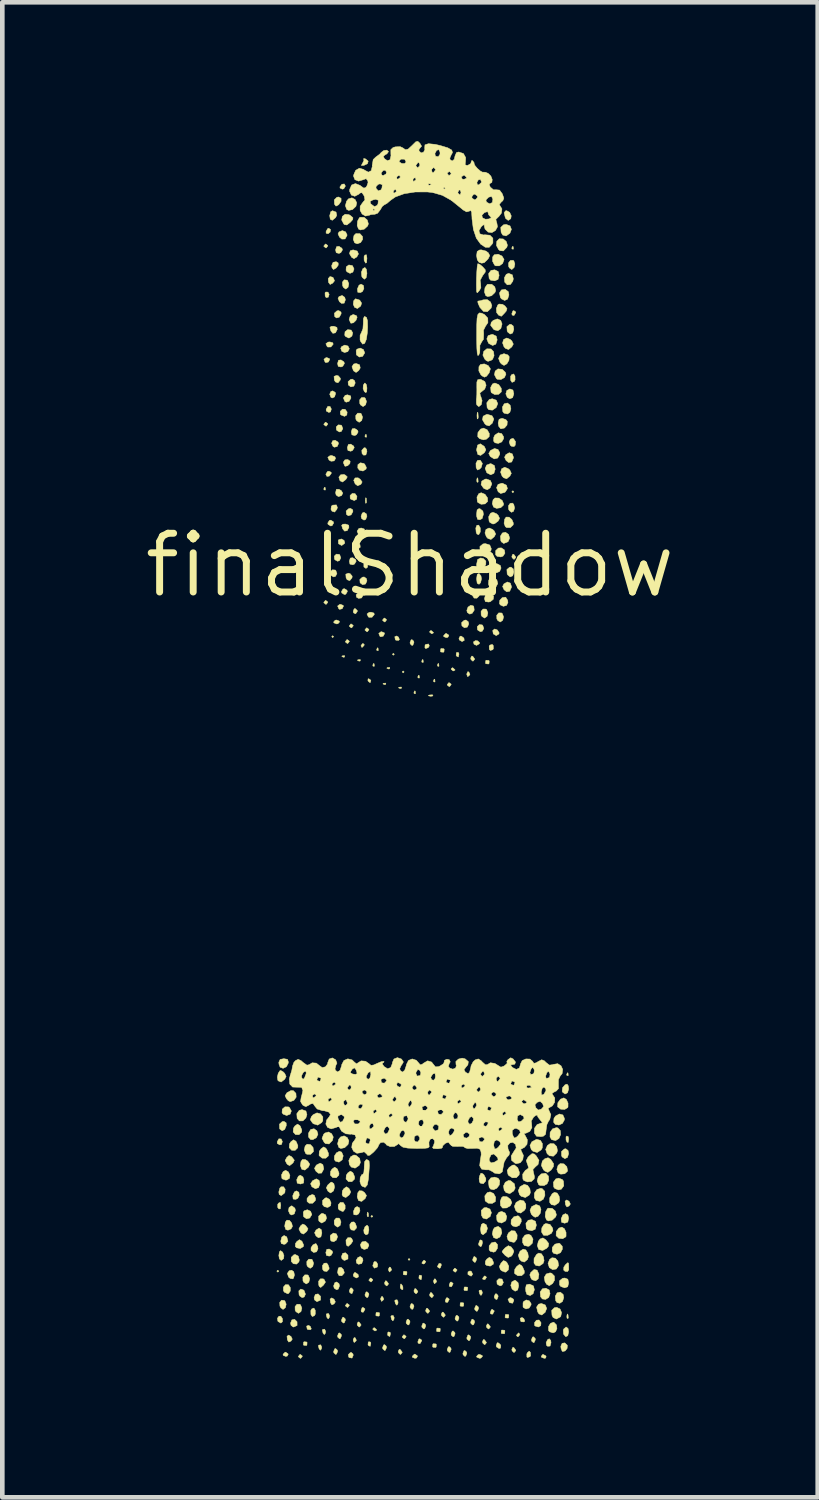
<source format=kicad_pcb>
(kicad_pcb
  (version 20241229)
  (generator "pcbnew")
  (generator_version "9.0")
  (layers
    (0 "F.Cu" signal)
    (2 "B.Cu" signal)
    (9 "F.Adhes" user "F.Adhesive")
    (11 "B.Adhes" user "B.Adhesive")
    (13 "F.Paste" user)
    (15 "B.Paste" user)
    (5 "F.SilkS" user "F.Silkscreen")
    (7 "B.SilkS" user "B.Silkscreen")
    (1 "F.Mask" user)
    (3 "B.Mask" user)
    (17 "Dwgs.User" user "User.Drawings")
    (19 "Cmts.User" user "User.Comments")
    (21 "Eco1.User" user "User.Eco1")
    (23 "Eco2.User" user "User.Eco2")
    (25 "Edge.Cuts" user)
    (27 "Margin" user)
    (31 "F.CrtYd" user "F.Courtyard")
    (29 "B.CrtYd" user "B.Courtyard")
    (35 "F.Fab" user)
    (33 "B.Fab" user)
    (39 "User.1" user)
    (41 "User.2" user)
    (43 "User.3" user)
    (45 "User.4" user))
  (footprint "finalShadow"
    (layer "F.Cu")
    (at 5.813 9.167)
    (property "Reference" "finalShadow" (at 0 0 0) (layer "F.SilkS") (effects (font (size 1.27 1.27) (thickness 0.15))))
    (attr through_hole)
    (fp_poly (pts (xy -2.836 15.261) (xy -2.857 15.282) (xy -2.879 15.261) (xy -2.857 15.24) (xy -2.836 15.261)) (stroke (width 0.01) (type solid)) (fill yes) (layer "F.SilkS"))
    (fp_poly (pts (xy -1.651 1.545) (xy -1.672 1.566) (xy -1.693 1.545) (xy -1.672 1.524) (xy -1.651 1.545)) (stroke (width 0.01) (type solid)) (fill yes) (layer "F.SilkS"))
    (fp_poly (pts (xy -0.804 14.076) (xy -0.826 14.097) (xy -0.847 14.076) (xy -0.826 14.055) (xy -0.804 14.076)) (stroke (width 0.01) (type solid)) (fill yes) (layer "F.SilkS"))
    (fp_poly (pts (xy -0.339 1.926) (xy -0.36 1.947) (xy -0.381 1.926) (xy -0.36 1.905) (xy -0.339 1.926)) (stroke (width 0.01) (type solid)) (fill yes) (layer "F.SilkS"))
    (fp_poly (pts (xy -0.127 2.307) (xy -0.148 2.328) (xy -0.169 2.307) (xy -0.148 2.286) (xy -0.127 2.307)) (stroke (width 0.01) (type solid)) (fill yes) (layer "F.SilkS"))
    (fp_poly (pts (xy 0 15.007) (xy -0.021 15.028) (xy -0.042 15.007) (xy -0.021 14.986) (xy 0 15.007)) (stroke (width 0.01) (type solid)) (fill yes) (layer "F.SilkS"))
    (fp_poly (pts (xy 2.244 -1.587) (xy 2.223 -1.566) (xy 2.201 -1.587) (xy 2.223 -1.609) (xy 2.244 -1.587)) (stroke (width 0.01) (type solid)) (fill yes) (layer "F.SilkS"))
    (fp_poly (pts (xy -1.834 -1.679) (xy -1.829 -1.629) (xy -1.834 -1.623) (xy -1.86 -1.629) (xy -1.863 -1.651) (xy -1.847 -1.686) (xy -1.834 -1.679)) (stroke (width 0.01) (type solid)) (fill yes) (layer "F.SilkS"))
    (fp_poly (pts (xy -1.411 1.961) (xy -1.417 1.987) (xy -1.439 1.99) (xy -1.474 1.974) (xy -1.468 1.961) (xy -1.417 1.956) (xy -1.411 1.961)) (stroke (width 0.01) (type solid)) (fill yes) (layer "F.SilkS"))
    (fp_poly (pts (xy -1.072 2.046) (xy -1.078 2.071) (xy -1.101 2.074) (xy -1.136 2.059) (xy -1.129 2.046) (xy -1.079 2.041) (xy -1.072 2.046)) (stroke (width 0.01) (type solid)) (fill yes) (layer "F.SilkS"))
    (fp_poly (pts (xy -0.946 -1.45) (xy -0.94 -1.363) (xy -0.946 -1.344) (xy -0.961 -1.339) (xy -0.967 -1.397) (xy -0.96 -1.457) (xy -0.946 -1.45)) (stroke (width 0.01) (type solid)) (fill yes) (layer "F.SilkS"))
    (fp_poly (pts (xy -0.945 -2.822) (xy -0.94 -2.772) (xy -0.945 -2.766) (xy -0.971 -2.772) (xy -0.974 -2.794) (xy -0.958 -2.829) (xy -0.945 -2.822)) (stroke (width 0.01) (type solid)) (fill yes) (layer "F.SilkS"))
    (fp_poly (pts (xy -0.902 14.004) (xy -0.897 14.071) (xy -0.906 14.086) (xy -0.925 14.073) (xy -0.928 14.03) (xy -0.918 13.985) (xy -0.902 14.004)) (stroke (width 0.01) (type solid)) (fill yes) (layer "F.SilkS"))
    (fp_poly (pts (xy -0.776 2.131) (xy -0.771 2.181) (xy -0.776 2.187) (xy -0.801 2.181) (xy -0.804 2.159) (xy -0.789 2.124) (xy -0.776 2.131)) (stroke (width 0.01) (type solid)) (fill yes) (layer "F.SilkS"))
    (fp_poly (pts (xy -0.691 1.792) (xy -0.686 1.842) (xy -0.691 1.849) (xy -0.717 1.843) (xy -0.72 1.82) (xy -0.704 1.785) (xy -0.691 1.792)) (stroke (width 0.01) (type solid)) (fill yes) (layer "F.SilkS"))
    (fp_poly (pts (xy -0.522 2.554) (xy -0.528 2.579) (xy -0.55 2.582) (xy -0.585 2.567) (xy -0.579 2.554) (xy -0.528 2.549) (xy -0.522 2.554)) (stroke (width 0.01) (type solid)) (fill yes) (layer "F.SilkS"))
    (fp_poly (pts (xy -0.437 2.215) (xy -0.443 2.241) (xy -0.466 2.244) (xy -0.501 2.228) (xy -0.494 2.215) (xy -0.444 2.21) (xy -0.437 2.215)) (stroke (width 0.01) (type solid)) (fill yes) (layer "F.SilkS"))
    (fp_poly (pts (xy -0.183 2.639) (xy -0.189 2.664) (xy -0.212 2.667) (xy -0.247 2.652) (xy -0.24 2.639) (xy -0.19 2.634) (xy -0.183 2.639)) (stroke (width 0.01) (type solid)) (fill yes) (layer "F.SilkS"))
    (fp_poly (pts (xy 0.113 2.723) (xy 0.118 2.774) (xy 0.113 2.78) (xy 0.088 2.774) (xy 0.085 2.752) (xy 0.1 2.717) (xy 0.113 2.723)) (stroke (width 0.01) (type solid)) (fill yes) (layer "F.SilkS"))
    (fp_poly (pts (xy 0.198 2.385) (xy 0.203 2.435) (xy 0.198 2.441) (xy 0.172 2.435) (xy 0.169 2.413) (xy 0.185 2.378) (xy 0.198 2.385)) (stroke (width 0.01) (type solid)) (fill yes) (layer "F.SilkS"))
    (fp_poly (pts (xy 0.282 2.046) (xy 0.287 2.096) (xy 0.282 2.103) (xy 0.257 2.097) (xy 0.254 2.074) (xy 0.269 2.039) (xy 0.282 2.046)) (stroke (width 0.01) (type solid)) (fill yes) (layer "F.SilkS"))
    (fp_poly (pts (xy 0.497 2.811) (xy 0.484 2.83) (xy 0.441 2.833) (xy 0.396 2.823) (xy 0.415 2.807) (xy 0.482 2.802) (xy 0.497 2.811)) (stroke (width 0.01) (type solid)) (fill yes) (layer "F.SilkS"))
    (fp_poly (pts (xy 0.536 2.469) (xy 0.541 2.52) (xy 0.536 2.526) (xy 0.511 2.52) (xy 0.508 2.498) (xy 0.523 2.463) (xy 0.536 2.469)) (stroke (width 0.01) (type solid)) (fill yes) (layer "F.SilkS"))
    (fp_poly (pts (xy 0.621 2.131) (xy 0.626 2.181) (xy 0.621 2.187) (xy 0.596 2.181) (xy 0.593 2.159) (xy 0.608 2.124) (xy 0.621 2.131)) (stroke (width 0.01) (type solid)) (fill yes) (layer "F.SilkS"))
    (fp_poly (pts (xy 1.468 -1.871) (xy 1.473 -1.804) (xy 1.465 -1.789) (xy 1.446 -1.802) (xy 1.443 -1.845) (xy 1.453 -1.89) (xy 1.468 -1.871)) (stroke (width 0.01) (type solid)) (fill yes) (layer "F.SilkS"))
    (fp_poly (pts (xy 2.23 -6.886) (xy 2.235 -6.836) (xy 2.23 -6.83) (xy 2.204 -6.836) (xy 2.201 -6.858) (xy 2.217 -6.893) (xy 2.23 -6.886)) (stroke (width 0.01) (type solid)) (fill yes) (layer "F.SilkS"))
    (fp_poly (pts (xy 3.415 10.978) (xy 3.42 11.029) (xy 3.415 11.035) (xy 3.39 11.029) (xy 3.387 11.007) (xy 3.402 10.972) (xy 3.415 10.978)) (stroke (width 0.01) (type solid)) (fill yes) (layer "F.SilkS"))
    (fp_poly (pts (xy 3.416 16.206) (xy 3.421 16.272) (xy 3.412 16.287) (xy 3.393 16.274) (xy 3.39 16.231) (xy 3.4 16.186) (xy 3.416 16.206)) (stroke (width 0.01) (type solid)) (fill yes) (layer "F.SilkS"))
    (fp_poly (pts (xy -2.786 12.403) (xy -2.76 12.457) (xy -2.776 12.52) (xy -2.815 12.531) (xy -2.869 12.5) (xy -2.871 12.465) (xy -2.835 12.4) (xy -2.786 12.403)) (stroke (width 0.01) (type solid)) (fill yes) (layer "F.SilkS"))
    (fp_poly (pts (xy -2.573 16.672) (xy -2.545 16.73) (xy -2.572 16.771) (xy -2.62 16.794) (xy -2.65 16.748) (xy -2.659 16.669) (xy -2.624 16.642) (xy -2.573 16.672)) (stroke (width 0.01) (type solid)) (fill yes) (layer "F.SilkS"))
    (fp_poly (pts (xy -2.155 16.455) (xy -2.134 16.508) (xy -2.152 16.527) (xy -2.21 16.523) (xy -2.224 16.508) (xy -2.234 16.448) (xy -2.193 16.432) (xy -2.155 16.455)) (stroke (width 0.01) (type solid)) (fill yes) (layer "F.SilkS"))
    (fp_poly (pts (xy -1.909 16.9) (xy -1.914 16.939) (xy -1.937 16.971) (xy -1.965 16.939) (xy -1.981 16.877) (xy -1.973 16.86) (xy -1.931 16.853) (xy -1.909 16.9)) (stroke (width 0.01) (type solid)) (fill yes) (layer "F.SilkS"))
    (fp_poly (pts (xy -1.824 16.561) (xy -1.829 16.601) (xy -1.853 16.632) (xy -1.88 16.6) (xy -1.896 16.538) (xy -1.888 16.521) (xy -1.846 16.514) (xy -1.824 16.561)) (stroke (width 0.01) (type solid)) (fill yes) (layer "F.SilkS"))
    (fp_poly (pts (xy -1.742 -0.584) (xy -1.765 -0.546) (xy -1.819 -0.525) (xy -1.837 -0.544) (xy -1.834 -0.601) (xy -1.818 -0.615) (xy -1.758 -0.625) (xy -1.742 -0.584)) (stroke (width 0.01) (type solid)) (fill yes) (layer "F.SilkS"))
    (fp_poly (pts (xy -1.739 16.222) (xy -1.745 16.262) (xy -1.768 16.294) (xy -1.796 16.262) (xy -1.811 16.199) (xy -1.803 16.183) (xy -1.762 16.176) (xy -1.739 16.222)) (stroke (width 0.01) (type solid)) (fill yes) (layer "F.SilkS"))
    (fp_poly (pts (xy -1.728 -3.43) (xy -1.701 -3.376) (xy -1.718 -3.313) (xy -1.757 -3.302) (xy -1.81 -3.332) (xy -1.813 -3.368) (xy -1.776 -3.433) (xy -1.728 -3.43)) (stroke (width 0.01) (type solid)) (fill yes) (layer "F.SilkS"))
    (fp_poly (pts (xy -1.717 -7.254) (xy -1.727 -7.2) (xy -1.771 -7.164) (xy -1.814 -7.176) (xy -1.814 -7.215) (xy -1.78 -7.275) (xy -1.757 -7.284) (xy -1.717 -7.254)) (stroke (width 0.01) (type solid)) (fill yes) (layer "F.SilkS"))
    (fp_poly (pts (xy -1.704 -2.007) (xy -1.703 -1.982) (xy -1.745 -1.926) (xy -1.796 -1.919) (xy -1.82 -1.965) (xy -1.786 -2.023) (xy -1.753 -2.032) (xy -1.704 -2.007)) (stroke (width 0.01) (type solid)) (fill yes) (layer "F.SilkS"))
    (fp_poly (pts (xy -1.642 15.867) (xy -1.614 15.925) (xy -1.641 15.967) (xy -1.688 15.989) (xy -1.718 15.944) (xy -1.728 15.865) (xy -1.693 15.838) (xy -1.642 15.867)) (stroke (width 0.01) (type solid)) (fill yes) (layer "F.SilkS"))
    (fp_poly (pts (xy -1.397 -8.195) (xy -1.431 -8.137) (xy -1.464 -8.128) (xy -1.513 -8.153) (xy -1.514 -8.178) (xy -1.472 -8.234) (xy -1.421 -8.241) (xy -1.397 -8.195)) (stroke (width 0.01) (type solid)) (fill yes) (layer "F.SilkS"))
    (fp_poly (pts (xy -1.185 16.701) (xy -1.16 16.752) (xy -1.166 16.767) (xy -1.207 16.804) (xy -1.227 16.762) (xy -1.228 16.74) (xy -1.207 16.697) (xy -1.185 16.701)) (stroke (width 0.01) (type solid)) (fill yes) (layer "F.SilkS"))
    (fp_poly (pts (xy -1.121 15.334) (xy -1.114 15.385) (xy -1.161 15.409) (xy -1.219 15.375) (xy -1.228 15.342) (xy -1.203 15.293) (xy -1.177 15.292) (xy -1.121 15.334)) (stroke (width 0.01) (type solid)) (fill yes) (layer "F.SilkS"))
    (fp_poly (pts (xy -0.918 -0.025) (xy -0.916 0.041) (xy -0.952 0.07) (xy -0.997 0.039) (xy -0.998 -0.028) (xy -0.984 -0.049) (xy -0.938 -0.058) (xy -0.918 -0.025)) (stroke (width 0.01) (type solid)) (fill yes) (layer "F.SilkS"))
    (fp_poly (pts (xy -0.853 16.795) (xy -0.847 16.825) (xy -0.861 16.886) (xy -0.897 16.868) (xy -0.908 16.852) (xy -0.903 16.797) (xy -0.89 16.786) (xy -0.853 16.795)) (stroke (width 0.01) (type solid)) (fill yes) (layer "F.SilkS"))
    (fp_poly (pts (xy -0.592 15.812) (xy -0.568 15.863) (xy -0.573 15.878) (xy -0.614 15.915) (xy -0.634 15.873) (xy -0.635 15.851) (xy -0.614 15.808) (xy -0.592 15.812)) (stroke (width 0.01) (type solid)) (fill yes) (layer "F.SilkS"))
    (fp_poly (pts (xy -0.43 16.583) (xy -0.423 16.613) (xy -0.437 16.674) (xy -0.474 16.656) (xy -0.485 16.64) (xy -0.48 16.586) (xy -0.466 16.574) (xy -0.43 16.583)) (stroke (width 0.01) (type solid)) (fill yes) (layer "F.SilkS"))
    (fp_poly (pts (xy -0.423 15.177) (xy -0.398 15.228) (xy -0.404 15.243) (xy -0.445 15.28) (xy -0.465 15.238) (xy -0.466 15.216) (xy -0.445 15.173) (xy -0.423 15.177)) (stroke (width 0.01) (type solid)) (fill yes) (layer "F.SilkS"))
    (fp_poly (pts (xy -0.342 16.265) (xy -0.348 16.304) (xy -0.371 16.336) (xy -0.399 16.304) (xy -0.414 16.242) (xy -0.406 16.225) (xy -0.365 16.218) (xy -0.342 16.265)) (stroke (width 0.01) (type solid)) (fill yes) (layer "F.SilkS"))
    (fp_poly (pts (xy -0.258 15.926) (xy -0.263 15.966) (xy -0.286 15.997) (xy -0.314 15.965) (xy -0.33 15.903) (xy -0.322 15.886) (xy -0.28 15.879) (xy -0.258 15.926)) (stroke (width 0.01) (type solid)) (fill yes) (layer "F.SilkS"))
    (fp_poly (pts (xy -0.25 1.554) (xy -0.229 1.607) (xy -0.247 1.626) (xy -0.305 1.622) (xy -0.319 1.607) (xy -0.329 1.546) (xy -0.288 1.53) (xy -0.25 1.554)) (stroke (width 0.01) (type solid)) (fill yes) (layer "F.SilkS"))
    (fp_poly (pts (xy 0.248 15.355) (xy 0.254 15.386) (xy 0.24 15.447) (xy 0.203 15.428) (xy 0.192 15.412) (xy 0.198 15.358) (xy 0.211 15.346) (xy 0.248 15.355)) (stroke (width 0.01) (type solid)) (fill yes) (layer "F.SilkS"))
    (fp_poly (pts (xy 0.341 15.053) (xy 0.317 15.095) (xy 0.294 15.107) (xy 0.258 15.093) (xy 0.26 15.073) (xy 0.296 15.027) (xy 0.308 15.025) (xy 0.341 15.053)) (stroke (width 0.01) (type solid)) (fill yes) (layer "F.SilkS"))
    (fp_poly (pts (xy 0.417 1.744) (xy 0.394 1.782) (xy 0.34 1.803) (xy 0.322 1.785) (xy 0.325 1.727) (xy 0.341 1.713) (xy 0.401 1.703) (xy 0.417 1.744)) (stroke (width 0.01) (type solid)) (fill yes) (layer "F.SilkS"))
    (fp_poly (pts (xy 0.551 15.431) (xy 0.575 15.482) (xy 0.57 15.497) (xy 0.529 15.534) (xy 0.509 15.492) (xy 0.508 15.47) (xy 0.529 15.427) (xy 0.551 15.431)) (stroke (width 0.01) (type solid)) (fill yes) (layer "F.SilkS"))
    (fp_poly (pts (xy 1.052 1.893) (xy 1.058 1.924) (xy 1.044 1.985) (xy 1.008 1.966) (xy 0.997 1.95) (xy 1.002 1.896) (xy 1.015 1.884) (xy 1.052 1.893)) (stroke (width 0.01) (type solid)) (fill yes) (layer "F.SilkS"))
    (fp_poly (pts (xy 1.165 1.576) (xy 1.172 1.627) (xy 1.125 1.651) (xy 1.067 1.617) (xy 1.058 1.584) (xy 1.083 1.535) (xy 1.109 1.534) (xy 1.165 1.576)) (stroke (width 0.01) (type solid)) (fill yes) (layer "F.SilkS"))
    (fp_poly (pts (xy 1.271 2.308) (xy 1.295 2.358) (xy 1.289 2.374) (xy 1.248 2.411) (xy 1.228 2.368) (xy 1.228 2.347) (xy 1.248 2.303) (xy 1.271 2.308)) (stroke (width 0.01) (type solid)) (fill yes) (layer "F.SilkS"))
    (fp_poly (pts (xy 1.462 1.636) (xy 1.504 1.676) (xy 1.5 1.698) (xy 1.439 1.734) (xy 1.384 1.709) (xy 1.371 1.659) (xy 1.414 1.631) (xy 1.462 1.636)) (stroke (width 0.01) (type solid)) (fill yes) (layer "F.SilkS"))
    (fp_poly (pts (xy 1.563 15.714) (xy 1.557 15.754) (xy 1.534 15.786) (xy 1.506 15.754) (xy 1.491 15.691) (xy 1.499 15.675) (xy 1.54 15.668) (xy 1.563 15.714)) (stroke (width 0.01) (type solid)) (fill yes) (layer "F.SilkS"))
    (fp_poly (pts (xy 1.653 15.391) (xy 1.629 15.434) (xy 1.607 15.445) (xy 1.57 15.432) (xy 1.573 15.411) (xy 1.608 15.366) (xy 1.62 15.364) (xy 1.653 15.391)) (stroke (width 0.01) (type solid)) (fill yes) (layer "F.SilkS"))
    (fp_poly (pts (xy 2.46 16.286) (xy 2.481 16.339) (xy 2.462 16.358) (xy 2.405 16.354) (xy 2.391 16.339) (xy 2.381 16.278) (xy 2.422 16.262) (xy 2.46 16.286)) (stroke (width 0.01) (type solid)) (fill yes) (layer "F.SilkS"))
    (fp_poly (pts (xy 3.42 12.353) (xy 3.429 12.401) (xy 3.42 12.477) (xy 3.394 12.473) (xy 3.372 12.426) (xy 3.372 12.358) (xy 3.389 12.339) (xy 3.42 12.353)) (stroke (width 0.01) (type solid)) (fill yes) (layer "F.SilkS"))
    (fp_poly (pts (xy 3.438 13.751) (xy 3.466 13.809) (xy 3.439 13.85) (xy 3.392 13.873) (xy 3.362 13.827) (xy 3.352 13.748) (xy 3.387 13.721) (xy 3.438 13.751)) (stroke (width 0.01) (type solid)) (fill yes) (layer "F.SilkS"))
    (fp_poly (pts (xy -2.794 13.833) (xy -2.794 13.835) (xy -2.804 13.915) (xy -2.836 13.914) (xy -2.86 13.882) (xy -2.86 13.816) (xy -2.841 13.789) (xy -2.805 13.773) (xy -2.794 13.833)) (stroke (width 0.01) (type solid)) (fill yes) (layer "F.SilkS"))
    (fp_poly (pts (xy -2.791 16.237) (xy -2.757 16.289) (xy -2.757 16.353) (xy -2.792 16.383) (xy -2.849 16.352) (xy -2.857 16.341) (xy -2.866 16.278) (xy -2.832 16.234) (xy -2.791 16.237)) (stroke (width 0.01) (type solid)) (fill yes) (layer "F.SilkS"))
    (fp_poly (pts (xy -2.752 14.851) (xy -2.725 14.925) (xy -2.733 14.99) (xy -2.783 15.029) (xy -2.823 14.996) (xy -2.836 14.922) (xy -2.823 14.843) (xy -2.799 14.817) (xy -2.752 14.851)) (stroke (width 0.01) (type solid)) (fill yes) (layer "F.SilkS"))
    (fp_poly (pts (xy -2.639 17.045) (xy -2.633 17.057) (xy -2.653 17.096) (xy -2.688 17.103) (xy -2.741 17.081) (xy -2.744 17.057) (xy -2.7 17.013) (xy -2.688 17.012) (xy -2.639 17.045)) (stroke (width 0.01) (type solid)) (fill yes) (layer "F.SilkS"))
    (fp_poly (pts (xy -2.33 17.093) (xy -2.328 17.103) (xy -2.361 17.144) (xy -2.371 17.145) (xy -2.412 17.113) (xy -2.413 17.103) (xy -2.381 17.062) (xy -2.371 17.06) (xy -2.33 17.093)) (stroke (width 0.01) (type solid)) (fill yes) (layer "F.SilkS"))
    (fp_poly (pts (xy -2.234 16.792) (xy -2.225 16.803) (xy -2.229 16.858) (xy -2.24 16.868) (xy -2.295 16.863) (xy -2.305 16.852) (xy -2.301 16.797) (xy -2.29 16.787) (xy -2.234 16.792)) (stroke (width 0.01) (type solid)) (fill yes) (layer "F.SilkS"))
    (fp_poly (pts (xy -2.049 16.104) (xy -2.047 16.188) (xy -2.067 16.224) (xy -2.113 16.241) (xy -2.142 16.197) (xy -2.144 16.112) (xy -2.124 16.077) (xy -2.078 16.059) (xy -2.049 16.104)) (stroke (width 0.01) (type solid)) (fill yes) (layer "F.SilkS"))
    (fp_poly (pts (xy -1.918 14.364) (xy -1.905 14.436) (xy -1.927 14.521) (xy -1.981 14.538) (xy -2.032 14.499) (xy -2.063 14.431) (xy -2.032 14.373) (xy -1.966 14.33) (xy -1.918 14.364)) (stroke (width 0.01) (type solid)) (fill yes) (layer "F.SilkS"))
    (fp_poly (pts (xy -1.779 -6.91) (xy -1.778 -6.9) (xy -1.81 -6.859) (xy -1.82 -6.858) (xy -1.861 -6.89) (xy -1.863 -6.9) (xy -1.83 -6.941) (xy -1.82 -6.943) (xy -1.779 -6.91)) (stroke (width 0.01) (type solid)) (fill yes) (layer "F.SilkS"))
    (fp_poly (pts (xy -1.779 -3.058) (xy -1.778 -3.048) (xy -1.81 -3.007) (xy -1.82 -3.006) (xy -1.861 -3.038) (xy -1.863 -3.048) (xy -1.83 -3.089) (xy -1.82 -3.09) (xy -1.779 -3.058)) (stroke (width 0.01) (type solid)) (fill yes) (layer "F.SilkS"))
    (fp_poly (pts (xy -1.779 0.794) (xy -1.778 0.804) (xy -1.81 0.845) (xy -1.82 0.847) (xy -1.861 0.814) (xy -1.863 0.804) (xy -1.83 0.763) (xy -1.82 0.762) (xy -1.779 0.794)) (stroke (width 0.01) (type solid)) (fill yes) (layer "F.SilkS"))
    (fp_poly (pts (xy -1.773 -5.902) (xy -1.748 -5.854) (xy -1.765 -5.796) (xy -1.768 -5.793) (xy -1.813 -5.784) (xy -1.834 -5.817) (xy -1.837 -5.885) (xy -1.821 -5.905) (xy -1.773 -5.902)) (stroke (width 0.01) (type solid)) (fill yes) (layer "F.SilkS"))
    (fp_poly (pts (xy -1.743 -4.466) (xy -1.736 -4.447) (xy -1.764 -4.392) (xy -1.818 -4.379) (xy -1.836 -4.39) (xy -1.861 -4.451) (xy -1.816 -4.486) (xy -1.799 -4.487) (xy -1.743 -4.466)) (stroke (width 0.01) (type solid)) (fill yes) (layer "F.SilkS"))
    (fp_poly (pts (xy -1.714 0.439) (xy -1.668 0.481) (xy -1.672 0.508) (xy -1.733 0.549) (xy -1.796 0.513) (xy -1.801 0.505) (xy -1.81 0.446) (xy -1.758 0.428) (xy -1.714 0.439)) (stroke (width 0.01) (type solid)) (fill yes) (layer "F.SilkS"))
    (fp_poly (pts (xy -1.683 14.824) (xy -1.672 14.859) (xy -1.707 14.919) (xy -1.746 14.936) (xy -1.806 14.921) (xy -1.82 14.859) (xy -1.799 14.79) (xy -1.746 14.782) (xy -1.683 14.824)) (stroke (width 0.01) (type solid)) (fill yes) (layer "F.SilkS"))
    (fp_poly (pts (xy -1.669 -4.807) (xy -1.661 -4.776) (xy -1.71 -4.717) (xy -1.776 -4.715) (xy -1.791 -4.726) (xy -1.819 -4.787) (xy -1.772 -4.822) (xy -1.732 -4.826) (xy -1.669 -4.807)) (stroke (width 0.01) (type solid)) (fill yes) (layer "F.SilkS"))
    (fp_poly (pts (xy -1.658 -0.94) (xy -1.651 -0.91) (xy -1.685 -0.854) (xy -1.714 -0.847) (xy -1.771 -0.881) (xy -1.778 -0.91) (xy -1.744 -0.966) (xy -1.714 -0.974) (xy -1.658 -0.94)) (stroke (width 0.01) (type solid)) (fill yes) (layer "F.SilkS"))
    (fp_poly (pts (xy -1.624 -2.344) (xy -1.609 -2.307) (xy -1.64 -2.254) (xy -1.707 -2.247) (xy -1.75 -2.272) (xy -1.777 -2.332) (xy -1.729 -2.367) (xy -1.693 -2.371) (xy -1.624 -2.344)) (stroke (width 0.01) (type solid)) (fill yes) (layer "F.SilkS"))
    (fp_poly (pts (xy -1.616 -3.735) (xy -1.609 -3.707) (xy -1.632 -3.637) (xy -1.682 -3.614) (xy -1.709 -3.628) (xy -1.736 -3.695) (xy -1.711 -3.754) (xy -1.672 -3.768) (xy -1.616 -3.735)) (stroke (width 0.01) (type solid)) (fill yes) (layer "F.SilkS"))
    (fp_poly (pts (xy -1.599 -7.633) (xy -1.584 -7.563) (xy -1.61 -7.512) (xy -1.68 -7.455) (xy -1.724 -7.478) (xy -1.736 -7.556) (xy -1.714 -7.64) (xy -1.675 -7.662) (xy -1.599 -7.633)) (stroke (width 0.01) (type solid)) (fill yes) (layer "F.SilkS"))
    (fp_poly (pts (xy -1.58 -5.141) (xy -1.574 -5.094) (xy -1.612 -5.022) (xy -1.668 -5.012) (xy -1.709 -5.061) (xy -1.732 -5.137) (xy -1.705 -5.162) (xy -1.648 -5.165) (xy -1.58 -5.141)) (stroke (width 0.01) (type solid)) (fill yes) (layer "F.SilkS"))
    (fp_poly (pts (xy -1.571 16.968) (xy -1.566 16.997) (xy -1.589 17.053) (xy -1.609 17.06) (xy -1.646 17.026) (xy -1.651 16.997) (xy -1.628 16.94) (xy -1.609 16.933) (xy -1.571 16.968)) (stroke (width 0.01) (type solid)) (fill yes) (layer "F.SilkS"))
    (fp_poly (pts (xy -1.57 -1.248) (xy -1.581 -1.208) (xy -1.63 -1.148) (xy -1.686 -1.167) (xy -1.709 -1.208) (xy -1.699 -1.277) (xy -1.67 -1.298) (xy -1.592 -1.303) (xy -1.57 -1.248)) (stroke (width 0.01) (type solid)) (fill yes) (layer "F.SilkS"))
    (fp_poly (pts (xy -1.556 -2.661) (xy -1.545 -2.628) (xy -1.574 -2.565) (xy -1.635 -2.55) (xy -1.664 -2.567) (xy -1.695 -2.635) (xy -1.671 -2.69) (xy -1.619 -2.701) (xy -1.556 -2.661)) (stroke (width 0.01) (type solid)) (fill yes) (layer "F.SilkS"))
    (fp_poly (pts (xy -1.548 -4.092) (xy -1.504 -4.038) (xy -1.508 -4.002) (xy -1.557 -3.942) (xy -1.613 -3.961) (xy -1.636 -4.002) (xy -1.642 -4.081) (xy -1.587 -4.102) (xy -1.548 -4.092)) (stroke (width 0.01) (type solid)) (fill yes) (layer "F.SilkS"))
    (fp_poly (pts (xy -1.536 15.529) (xy -1.524 15.579) (xy -1.55 15.648) (xy -1.587 15.663) (xy -1.639 15.628) (xy -1.651 15.579) (xy -1.625 15.51) (xy -1.587 15.494) (xy -1.536 15.529)) (stroke (width 0.01) (type solid)) (fill yes) (layer "F.SilkS"))
    (fp_poly (pts (xy -1.531 1.208) (xy -1.524 1.228) (xy -1.558 1.265) (xy -1.587 1.27) (xy -1.644 1.247) (xy -1.651 1.228) (xy -1.617 1.19) (xy -1.587 1.185) (xy -1.531 1.208)) (stroke (width 0.01) (type solid)) (fill yes) (layer "F.SilkS"))
    (fp_poly (pts (xy -1.491 -5.471) (xy -1.489 -5.433) (xy -1.528 -5.362) (xy -1.588 -5.344) (xy -1.628 -5.374) (xy -1.635 -5.447) (xy -1.58 -5.497) (xy -1.54 -5.503) (xy -1.491 -5.471)) (stroke (width 0.01) (type solid)) (fill yes) (layer "F.SilkS"))
    (fp_poly (pts (xy -1.487 -1.613) (xy -1.453 -1.557) (xy -1.481 -1.503) (xy -1.548 -1.482) (xy -1.597 -1.517) (xy -1.609 -1.566) (xy -1.592 -1.638) (xy -1.537 -1.64) (xy -1.487 -1.613)) (stroke (width 0.01) (type solid)) (fill yes) (layer "F.SilkS"))
    (fp_poly (pts (xy -1.486 16.629) (xy -1.482 16.658) (xy -1.505 16.715) (xy -1.524 16.722) (xy -1.562 16.687) (xy -1.566 16.658) (xy -1.543 16.602) (xy -1.524 16.595) (xy -1.486 16.629)) (stroke (width 0.01) (type solid)) (fill yes) (layer "F.SilkS"))
    (fp_poly (pts (xy -1.472 -6.851) (xy -1.46 -6.816) (xy -1.496 -6.756) (xy -1.535 -6.739) (xy -1.595 -6.754) (xy -1.609 -6.816) (xy -1.587 -6.885) (xy -1.535 -6.892) (xy -1.472 -6.851)) (stroke (width 0.01) (type solid)) (fill yes) (layer "F.SilkS"))
    (fp_poly (pts (xy -1.446 0.868) (xy -1.439 0.887) (xy -1.467 0.942) (xy -1.522 0.955) (xy -1.539 0.944) (xy -1.565 0.883) (xy -1.52 0.848) (xy -1.503 0.847) (xy -1.446 0.868)) (stroke (width 0.01) (type solid)) (fill yes) (layer "F.SilkS"))
    (fp_poly (pts (xy -1.429 -4.395) (xy -1.418 -4.36) (xy -1.453 -4.301) (xy -1.492 -4.284) (xy -1.552 -4.298) (xy -1.566 -4.36) (xy -1.545 -4.43) (xy -1.492 -4.437) (xy -1.429 -4.395)) (stroke (width 0.01) (type solid)) (fill yes) (layer "F.SilkS"))
    (fp_poly (pts (xy -1.411 -5.79) (xy -1.397 -5.736) (xy -1.423 -5.664) (xy -1.482 -5.66) (xy -1.526 -5.696) (xy -1.556 -5.767) (xy -1.534 -5.806) (xy -1.467 -5.83) (xy -1.411 -5.79)) (stroke (width 0.01) (type solid)) (fill yes) (layer "F.SilkS"))
    (fp_poly (pts (xy -1.402 16.29) (xy -1.397 16.32) (xy -1.42 16.376) (xy -1.439 16.383) (xy -1.477 16.349) (xy -1.482 16.32) (xy -1.459 16.263) (xy -1.439 16.256) (xy -1.402 16.29)) (stroke (width 0.01) (type solid)) (fill yes) (layer "F.SilkS"))
    (fp_poly (pts (xy -1.401 -3.368) (xy -1.359 -3.31) (xy -1.366 -3.246) (xy -1.416 -3.217) (xy -1.489 -3.246) (xy -1.505 -3.263) (xy -1.507 -3.327) (xy -1.459 -3.372) (xy -1.401 -3.368)) (stroke (width 0.01) (type solid)) (fill yes) (layer "F.SilkS"))
    (fp_poly (pts (xy -1.362 0.542) (xy -1.355 0.572) (xy -1.389 0.628) (xy -1.418 0.635) (xy -1.474 0.601) (xy -1.482 0.572) (xy -1.448 0.515) (xy -1.418 0.508) (xy -1.362 0.542)) (stroke (width 0.01) (type solid)) (fill yes) (layer "F.SilkS"))
    (fp_poly (pts (xy -1.341 -4.737) (xy -1.312 -4.678) (xy -1.345 -4.616) (xy -1.416 -4.597) (xy -1.476 -4.625) (xy -1.498 -4.689) (xy -1.478 -4.725) (xy -1.41 -4.758) (xy -1.341 -4.737)) (stroke (width 0.01) (type solid)) (fill yes) (layer "F.SilkS"))
    (fp_poly (pts (xy -1.326 -0.865) (xy -1.32 -0.818) (xy -1.358 -0.746) (xy -1.414 -0.736) (xy -1.455 -0.785) (xy -1.478 -0.861) (xy -1.451 -0.886) (xy -1.394 -0.889) (xy -1.326 -0.865)) (stroke (width 0.01) (type solid)) (fill yes) (layer "F.SilkS"))
    (fp_poly (pts (xy -1.314 1.641) (xy -1.312 1.651) (xy -1.345 1.692) (xy -1.355 1.693) (xy -1.396 1.661) (xy -1.397 1.651) (xy -1.365 1.61) (xy -1.355 1.609) (xy -1.314 1.641)) (stroke (width 0.01) (type solid)) (fill yes) (layer "F.SilkS"))
    (fp_poly (pts (xy -1.314 15.992) (xy -1.312 16.002) (xy -1.345 16.043) (xy -1.355 16.044) (xy -1.396 16.012) (xy -1.397 16.002) (xy -1.365 15.961) (xy -1.355 15.96) (xy -1.314 15.992)) (stroke (width 0.01) (type solid)) (fill yes) (layer "F.SilkS"))
    (fp_poly (pts (xy -1.294 0.184) (xy -1.25 0.237) (xy -1.254 0.274) (xy -1.303 0.334) (xy -1.359 0.315) (xy -1.382 0.273) (xy -1.388 0.195) (xy -1.333 0.173) (xy -1.294 0.184)) (stroke (width 0.01) (type solid)) (fill yes) (layer "F.SilkS"))
    (fp_poly (pts (xy -1.284 -3.659) (xy -1.277 -3.612) (xy -1.318 -3.541) (xy -1.38 -3.523) (xy -1.41 -3.541) (xy -1.44 -3.614) (xy -1.402 -3.671) (xy -1.352 -3.683) (xy -1.284 -3.659)) (stroke (width 0.01) (type solid)) (fill yes) (layer "F.SilkS"))
    (fp_poly (pts (xy -1.237 -1.195) (xy -1.235 -1.157) (xy -1.274 -1.087) (xy -1.334 -1.068) (xy -1.374 -1.098) (xy -1.381 -1.171) (xy -1.326 -1.221) (xy -1.286 -1.228) (xy -1.237 -1.195)) (stroke (width 0.01) (type solid)) (fill yes) (layer "F.SilkS"))
    (fp_poly (pts (xy -1.232 15.655) (xy -1.228 15.684) (xy -1.251 15.741) (xy -1.27 15.748) (xy -1.308 15.714) (xy -1.312 15.684) (xy -1.289 15.628) (xy -1.27 15.621) (xy -1.232 15.655)) (stroke (width 0.01) (type solid)) (fill yes) (layer "F.SilkS"))
    (fp_poly (pts (xy -1.232 17.052) (xy -1.228 17.081) (xy -1.254 17.14) (xy -1.312 17.129) (xy -1.325 17.118) (xy -1.334 17.065) (xy -1.291 17.022) (xy -1.268 17.018) (xy -1.232 17.052)) (stroke (width 0.01) (type solid)) (fill yes) (layer "F.SilkS"))
    (fp_poly (pts (xy -1.229 1.302) (xy -1.228 1.312) (xy -1.26 1.353) (xy -1.27 1.355) (xy -1.311 1.322) (xy -1.312 1.312) (xy -1.28 1.271) (xy -1.27 1.27) (xy -1.229 1.302)) (stroke (width 0.01) (type solid)) (fill yes) (layer "F.SilkS"))
    (fp_poly (pts (xy -1.218 -2.575) (xy -1.206 -2.54) (xy -1.242 -2.48) (xy -1.281 -2.463) (xy -1.341 -2.478) (xy -1.355 -2.54) (xy -1.333 -2.609) (xy -1.281 -2.617) (xy -1.218 -2.575)) (stroke (width 0.01) (type solid)) (fill yes) (layer "F.SilkS"))
    (fp_poly (pts (xy -1.197 -3.986) (xy -1.185 -3.937) (xy -1.215 -3.869) (xy -1.28 -3.854) (xy -1.333 -3.895) (xy -1.339 -3.966) (xy -1.284 -4.015) (xy -1.246 -4.022) (xy -1.197 -3.986)) (stroke (width 0.01) (type solid)) (fill yes) (layer "F.SilkS"))
    (fp_poly (pts (xy -1.189 -1.547) (xy -1.147 -1.489) (xy -1.154 -1.426) (xy -1.204 -1.397) (xy -1.278 -1.425) (xy -1.293 -1.443) (xy -1.295 -1.506) (xy -1.248 -1.551) (xy -1.189 -1.547)) (stroke (width 0.01) (type solid)) (fill yes) (layer "F.SilkS"))
    (fp_poly (pts (xy -1.175 -0.12) (xy -1.164 -0.085) (xy -1.199 -0.025) (xy -1.238 -0.008) (xy -1.298 -0.023) (xy -1.312 -0.085) (xy -1.291 -0.154) (xy -1.238 -0.161) (xy -1.175 -0.12)) (stroke (width 0.01) (type solid)) (fill yes) (layer "F.SilkS"))
    (fp_poly (pts (xy -1.141 -6.79) (xy -1.114 -6.728) (xy -1.15 -6.663) (xy -1.211 -6.626) (xy -1.261 -6.654) (xy -1.309 -6.735) (xy -1.291 -6.796) (xy -1.23 -6.816) (xy -1.141 -6.79)) (stroke (width 0.01) (type solid)) (fill yes) (layer "F.SilkS"))
    (fp_poly (pts (xy -1.138 0.983) (xy -1.137 0.995) (xy -1.17 1.044) (xy -1.182 1.05) (xy -1.221 1.03) (xy -1.228 0.995) (xy -1.206 0.942) (xy -1.182 0.939) (xy -1.138 0.983)) (stroke (width 0.01) (type solid)) (fill yes) (layer "F.SilkS"))
    (fp_poly (pts (xy -1.133 -2.914) (xy -1.122 -2.879) (xy -1.157 -2.819) (xy -1.196 -2.802) (xy -1.256 -2.817) (xy -1.27 -2.879) (xy -1.249 -2.948) (xy -1.196 -2.955) (xy -1.133 -2.914)) (stroke (width 0.01) (type solid)) (fill yes) (layer "F.SilkS"))
    (fp_poly (pts (xy -1.101 16.362) (xy -1.06 16.416) (xy -1.058 16.428) (xy -1.091 16.467) (xy -1.101 16.468) (xy -1.138 16.433) (xy -1.143 16.402) (xy -1.122 16.358) (xy -1.101 16.362)) (stroke (width 0.01) (type solid)) (fill yes) (layer "F.SilkS"))
    (fp_poly (pts (xy -1.027 14.979) (xy -1.016 15.028) (xy -1.046 15.098) (xy -1.113 15.112) (xy -1.154 15.088) (xy -1.165 15.029) (xy -1.128 14.967) (xy -1.075 14.944) (xy -1.027 14.979)) (stroke (width 0.01) (type solid)) (fill yes) (layer "F.SilkS"))
    (fp_poly (pts (xy -1.023 0.627) (xy -1.016 0.656) (xy -1.048 0.709) (xy -1.114 0.717) (xy -1.156 0.693) (xy -1.166 0.641) (xy -1.117 0.6) (xy -1.077 0.593) (xy -1.023 0.627)) (stroke (width 0.01) (type solid)) (fill yes) (layer "F.SilkS"))
    (fp_poly (pts (xy -0.988 1.719) (xy -0.995 1.736) (xy -1.033 1.776) (xy -1.04 1.778) (xy -1.058 1.745) (xy -1.058 1.736) (xy -1.026 1.695) (xy -1.014 1.693) (xy -0.988 1.719)) (stroke (width 0.01) (type solid)) (fill yes) (layer "F.SilkS"))
    (fp_poly (pts (xy -0.987 -0.781) (xy -0.981 -0.734) (xy -1.021 -0.662) (xy -1.084 -0.645) (xy -1.114 -0.662) (xy -1.144 -0.735) (xy -1.106 -0.792) (xy -1.055 -0.804) (xy -0.987 -0.781)) (stroke (width 0.01) (type solid)) (fill yes) (layer "F.SilkS"))
    (fp_poly (pts (xy -0.975 16.075) (xy -0.974 16.084) (xy -1.004 16.142) (xy -1.016 16.15) (xy -1.052 16.141) (xy -1.058 16.11) (xy -1.036 16.052) (xy -1.016 16.044) (xy -0.975 16.075)) (stroke (width 0.01) (type solid)) (fill yes) (layer "F.SilkS"))
    (fp_poly (pts (xy -0.943 -1.108) (xy -0.931 -1.058) (xy -0.958 -0.989) (xy -0.995 -0.974) (xy -1.047 -1.009) (xy -1.058 -1.058) (xy -1.032 -1.127) (xy -0.995 -1.143) (xy -0.943 -1.108)) (stroke (width 0.01) (type solid)) (fill yes) (layer "F.SilkS"))
    (fp_poly (pts (xy -0.943 0.289) (xy -0.931 0.339) (xy -0.961 0.407) (xy -1.026 0.422) (xy -1.079 0.381) (xy -1.085 0.31) (xy -1.03 0.26) (xy -0.992 0.254) (xy -0.943 0.289)) (stroke (width 0.01) (type solid)) (fill yes) (layer "F.SilkS"))
    (fp_poly (pts (xy -0.939 -2.505) (xy -0.931 -2.455) (xy -0.954 -2.383) (xy -1.003 -2.378) (xy -1.037 -2.413) (xy -1.042 -2.483) (xy -0.996 -2.535) (xy -0.971 -2.54) (xy -0.939 -2.505)) (stroke (width 0.01) (type solid)) (fill yes) (layer "F.SilkS"))
    (fp_poly (pts (xy -0.931 -6.637) (xy -0.931 -6.634) (xy -0.939 -6.54) (xy -0.96 -6.529) (xy -0.992 -6.59) (xy -0.993 -6.672) (xy -0.975 -6.704) (xy -0.942 -6.71) (xy -0.931 -6.637)) (stroke (width 0.01) (type solid)) (fill yes) (layer "F.SilkS"))
    (fp_poly (pts (xy -0.898 14.303) (xy -0.889 14.372) (xy -0.908 14.456) (xy -0.951 14.477) (xy -0.992 14.439) (xy -1 14.372) (xy -0.972 14.299) (xy -0.927 14.266) (xy -0.898 14.303)) (stroke (width 0.01) (type solid)) (fill yes) (layer "F.SilkS"))
    (fp_poly (pts (xy -0.894 15.74) (xy -0.889 15.769) (xy -0.912 15.826) (xy -0.931 15.833) (xy -0.969 15.798) (xy -0.974 15.769) (xy -0.951 15.713) (xy -0.931 15.706) (xy -0.894 15.74)) (stroke (width 0.01) (type solid)) (fill yes) (layer "F.SilkS"))
    (fp_poly (pts (xy -0.89 1.387) (xy -0.889 1.397) (xy -0.921 1.438) (xy -0.931 1.439) (xy -0.972 1.407) (xy -0.974 1.397) (xy -0.941 1.356) (xy -0.931 1.355) (xy -0.89 1.387)) (stroke (width 0.01) (type solid)) (fill yes) (layer "F.SilkS"))
    (fp_poly (pts (xy -0.848 2.486) (xy -0.847 2.498) (xy -0.861 2.539) (xy -0.865 2.54) (xy -0.901 2.51) (xy -0.91 2.498) (xy -0.907 2.459) (xy -0.891 2.455) (xy -0.848 2.486)) (stroke (width 0.01) (type solid)) (fill yes) (layer "F.SilkS"))
    (fp_poly (pts (xy -0.806 15.442) (xy -0.804 15.452) (xy -0.837 15.493) (xy -0.847 15.494) (xy -0.888 15.462) (xy -0.889 15.452) (xy -0.857 15.411) (xy -0.847 15.409) (xy -0.806 15.442)) (stroke (width 0.01) (type solid)) (fill yes) (layer "F.SilkS"))
    (fp_poly (pts (xy -0.78 1.035) (xy -0.772 1.066) (xy -0.821 1.125) (xy -0.887 1.127) (xy -0.902 1.116) (xy -0.93 1.055) (xy -0.883 1.02) (xy -0.843 1.016) (xy -0.78 1.035)) (stroke (width 0.01) (type solid)) (fill yes) (layer "F.SilkS"))
    (fp_poly (pts (xy -0.762 16.489) (xy -0.722 16.527) (xy -0.72 16.534) (xy -0.752 16.552) (xy -0.762 16.552) (xy -0.803 16.52) (xy -0.804 16.508) (xy -0.778 16.482) (xy -0.762 16.489)) (stroke (width 0.01) (type solid)) (fill yes) (layer "F.SilkS"))
    (fp_poly (pts (xy -0.668 16.157) (xy -0.658 16.168) (xy -0.663 16.223) (xy -0.674 16.233) (xy -0.729 16.228) (xy -0.739 16.217) (xy -0.734 16.162) (xy -0.723 16.152) (xy -0.668 16.157)) (stroke (width 0.01) (type solid)) (fill yes) (layer "F.SilkS"))
    (fp_poly (pts (xy -0.557 1.461) (xy -0.55 1.479) (xy -0.578 1.534) (xy -0.633 1.548) (xy -0.65 1.537) (xy -0.676 1.476) (xy -0.631 1.441) (xy -0.614 1.439) (xy -0.557 1.461)) (stroke (width 0.01) (type solid)) (fill yes) (layer "F.SilkS"))
    (fp_poly (pts (xy -0.513 16.883) (xy -0.508 16.912) (xy -0.531 16.969) (xy -0.55 16.976) (xy -0.588 16.941) (xy -0.593 16.912) (xy -0.57 16.856) (xy -0.55 16.849) (xy -0.513 16.883)) (stroke (width 0.01) (type solid)) (fill yes) (layer "F.SilkS"))
    (fp_poly (pts (xy -0.509 1.175) (xy -0.508 1.185) (xy -0.54 1.226) (xy -0.55 1.228) (xy -0.591 1.195) (xy -0.593 1.185) (xy -0.56 1.144) (xy -0.55 1.143) (xy -0.509 1.175)) (stroke (width 0.01) (type solid)) (fill yes) (layer "F.SilkS"))
    (fp_poly (pts (xy -0.508 15.473) (xy -0.467 15.527) (xy -0.466 15.539) (xy -0.498 15.578) (xy -0.508 15.579) (xy -0.545 15.544) (xy -0.55 15.513) (xy -0.53 15.469) (xy -0.508 15.473)) (stroke (width 0.01) (type solid)) (fill yes) (layer "F.SilkS"))
    (fp_poly (pts (xy -0.212 16.954) (xy -0.171 17.009) (xy -0.169 17.02) (xy -0.202 17.059) (xy -0.212 17.06) (xy -0.249 17.026) (xy -0.254 16.994) (xy -0.233 16.951) (xy -0.212 16.954)) (stroke (width 0.01) (type solid)) (fill yes) (layer "F.SilkS"))
    (fp_poly (pts (xy -0.168 15.569) (xy -0.154 15.6) (xy -0.153 15.654) (xy -0.171 15.663) (xy -0.207 15.629) (xy -0.212 15.6) (xy -0.203 15.543) (xy -0.195 15.536) (xy -0.168 15.569)) (stroke (width 0.01) (type solid)) (fill yes) (layer "F.SilkS"))
    (fp_poly (pts (xy -0.086 16.669) (xy -0.085 16.679) (xy -0.117 16.72) (xy -0.127 16.722) (xy -0.168 16.689) (xy -0.169 16.679) (xy -0.137 16.638) (xy -0.127 16.637) (xy -0.086 16.669)) (stroke (width 0.01) (type solid)) (fill yes) (layer "F.SilkS"))
    (fp_poly (pts (xy -0.075 15.268) (xy -0.066 15.279) (xy -0.07 15.334) (xy -0.081 15.344) (xy -0.136 15.339) (xy -0.146 15.328) (xy -0.142 15.273) (xy -0.131 15.263) (xy -0.075 15.268)) (stroke (width 0.01) (type solid)) (fill yes) (layer "F.SilkS"))
    (fp_poly (pts (xy -0.005 16.333) (xy 0 16.362) (xy -0.023 16.418) (xy -0.042 16.425) (xy -0.08 16.391) (xy -0.085 16.362) (xy -0.062 16.305) (xy -0.042 16.298) (xy -0.005 16.333)) (stroke (width 0.01) (type solid)) (fill yes) (layer "F.SilkS"))
    (fp_poly (pts (xy 0.08 1.643) (xy 0.085 1.672) (xy 0.062 1.729) (xy 0.042 1.736) (xy 0.005 1.701) (xy 0 1.672) (xy 0.023 1.616) (xy 0.042 1.609) (xy 0.08 1.643)) (stroke (width 0.01) (type solid)) (fill yes) (layer "F.SilkS"))
    (fp_poly (pts (xy 0.08 15.994) (xy 0.085 16.023) (xy 0.062 16.08) (xy 0.042 16.087) (xy 0.005 16.052) (xy 0 16.023) (xy 0.023 15.967) (xy 0.042 15.96) (xy 0.08 15.994)) (stroke (width 0.01) (type solid)) (fill yes) (layer "F.SilkS"))
    (fp_poly (pts (xy 0.127 15.642) (xy 0.168 15.696) (xy 0.169 15.708) (xy 0.137 15.747) (xy 0.127 15.748) (xy 0.09 15.714) (xy 0.085 15.682) (xy 0.105 15.638) (xy 0.127 15.642)) (stroke (width 0.01) (type solid)) (fill yes) (layer "F.SilkS"))
    (fp_poly (pts (xy 0.155 17.087) (xy 0.161 17.099) (xy 0.141 17.138) (xy 0.106 17.145) (xy 0.053 17.124) (xy 0.05 17.099) (xy 0.094 17.056) (xy 0.106 17.054) (xy 0.155 17.087)) (stroke (width 0.01) (type solid)) (fill yes) (layer "F.SilkS"))
    (fp_poly (pts (xy 0.253 16.752) (xy 0.254 16.762) (xy 0.223 16.819) (xy 0.212 16.828) (xy 0.175 16.818) (xy 0.169 16.788) (xy 0.191 16.73) (xy 0.212 16.722) (xy 0.253 16.752)) (stroke (width 0.01) (type solid)) (fill yes) (layer "F.SilkS"))
    (fp_poly (pts (xy 0.334 16.417) (xy 0.339 16.447) (xy 0.316 16.503) (xy 0.296 16.51) (xy 0.259 16.476) (xy 0.254 16.447) (xy 0.277 16.39) (xy 0.296 16.383) (xy 0.334 16.417)) (stroke (width 0.01) (type solid)) (fill yes) (layer "F.SilkS"))
    (fp_poly (pts (xy 0.381 16.066) (xy 0.422 16.12) (xy 0.423 16.131) (xy 0.391 16.17) (xy 0.381 16.171) (xy 0.344 16.137) (xy 0.339 16.105) (xy 0.359 16.062) (xy 0.381 16.066)) (stroke (width 0.01) (type solid)) (fill yes) (layer "F.SilkS"))
    (fp_poly (pts (xy 0.466 1.418) (xy 0.506 1.456) (xy 0.508 1.463) (xy 0.475 1.481) (xy 0.466 1.482) (xy 0.425 1.449) (xy 0.423 1.437) (xy 0.449 1.412) (xy 0.466 1.418)) (stroke (width 0.01) (type solid)) (fill yes) (layer "F.SilkS"))
    (fp_poly (pts (xy 0.466 15.727) (xy 0.506 15.781) (xy 0.508 15.793) (xy 0.476 15.832) (xy 0.466 15.833) (xy 0.429 15.798) (xy 0.423 15.767) (xy 0.444 15.723) (xy 0.466 15.727)) (stroke (width 0.01) (type solid)) (fill yes) (layer "F.SilkS"))
    (fp_poly (pts (xy 0.56 16.834) (xy 0.569 16.845) (xy 0.565 16.9) (xy 0.554 16.91) (xy 0.499 16.906) (xy 0.489 16.895) (xy 0.493 16.839) (xy 0.504 16.83) (xy 0.56 16.834)) (stroke (width 0.01) (type solid)) (fill yes) (layer "F.SilkS"))
    (fp_poly (pts (xy 0.644 16.495) (xy 0.654 16.506) (xy 0.65 16.562) (xy 0.639 16.571) (xy 0.583 16.567) (xy 0.574 16.556) (xy 0.578 16.501) (xy 0.589 16.491) (xy 0.644 16.495)) (stroke (width 0.01) (type solid)) (fill yes) (layer "F.SilkS"))
    (fp_poly (pts (xy 0.671 15.101) (xy 0.677 15.132) (xy 0.655 15.19) (xy 0.635 15.198) (xy 0.594 15.167) (xy 0.593 15.158) (xy 0.623 15.1) (xy 0.635 15.092) (xy 0.671 15.101)) (stroke (width 0.01) (type solid)) (fill yes) (layer "F.SilkS"))
    (fp_poly (pts (xy 0.72 16.15) (xy 0.76 16.204) (xy 0.762 16.216) (xy 0.73 16.255) (xy 0.72 16.256) (xy 0.683 16.222) (xy 0.677 16.19) (xy 0.698 16.146) (xy 0.72 16.15)) (stroke (width 0.01) (type solid)) (fill yes) (layer "F.SilkS"))
    (fp_poly (pts (xy 0.729 1.806) (xy 0.739 1.817) (xy 0.734 1.872) (xy 0.723 1.882) (xy 0.668 1.877) (xy 0.658 1.866) (xy 0.663 1.811) (xy 0.674 1.801) (xy 0.729 1.806)) (stroke (width 0.01) (type solid)) (fill yes) (layer "F.SilkS"))
    (fp_poly (pts (xy 0.833 1.508) (xy 0.839 1.521) (xy 0.818 1.559) (xy 0.783 1.566) (xy 0.73 1.545) (xy 0.728 1.521) (xy 0.771 1.477) (xy 0.783 1.475) (xy 0.833 1.508)) (stroke (width 0.01) (type solid)) (fill yes) (layer "F.SilkS"))
    (fp_poly (pts (xy 0.845 15.863) (xy 0.847 15.873) (xy 0.816 15.93) (xy 0.804 15.938) (xy 0.768 15.929) (xy 0.762 15.899) (xy 0.784 15.841) (xy 0.804 15.833) (xy 0.845 15.863)) (stroke (width 0.01) (type solid)) (fill yes) (layer "F.SilkS"))
    (fp_poly (pts (xy 0.884 16.925) (xy 0.889 16.954) (xy 0.866 17.011) (xy 0.847 17.018) (xy 0.809 16.984) (xy 0.804 16.954) (xy 0.827 16.898) (xy 0.847 16.891) (xy 0.884 16.925)) (stroke (width 0.01) (type solid)) (fill yes) (layer "F.SilkS"))
    (fp_poly (pts (xy 0.888 2.572) (xy 0.889 2.582) (xy 0.857 2.623) (xy 0.847 2.625) (xy 0.806 2.592) (xy 0.804 2.582) (xy 0.837 2.541) (xy 0.847 2.54) (xy 0.888 2.572)) (stroke (width 0.01) (type solid)) (fill yes) (layer "F.SilkS"))
    (fp_poly (pts (xy 0.93 15.524) (xy 0.931 15.534) (xy 0.901 15.591) (xy 0.889 15.6) (xy 0.853 15.59) (xy 0.847 15.56) (xy 0.869 15.502) (xy 0.889 15.494) (xy 0.93 15.524)) (stroke (width 0.01) (type solid)) (fill yes) (layer "F.SilkS"))
    (fp_poly (pts (xy 0.931 2.223) (xy 0.972 2.261) (xy 0.974 2.267) (xy 0.941 2.286) (xy 0.931 2.286) (xy 0.891 2.253) (xy 0.889 2.241) (xy 0.915 2.216) (xy 0.931 2.223)) (stroke (width 0.01) (type solid)) (fill yes) (layer "F.SilkS"))
    (fp_poly (pts (xy 0.969 16.587) (xy 0.974 16.616) (xy 0.951 16.672) (xy 0.931 16.679) (xy 0.894 16.645) (xy 0.889 16.616) (xy 0.912 16.559) (xy 0.931 16.552) (xy 0.969 16.587)) (stroke (width 0.01) (type solid)) (fill yes) (layer "F.SilkS"))
    (fp_poly (pts (xy 1.015 15.23) (xy 1.016 15.24) (xy 0.984 15.281) (xy 0.974 15.282) (xy 0.933 15.25) (xy 0.931 15.24) (xy 0.964 15.199) (xy 0.974 15.198) (xy 1.015 15.23)) (stroke (width 0.01) (type solid)) (fill yes) (layer "F.SilkS"))
    (fp_poly (pts (xy 1.054 16.248) (xy 1.058 16.277) (xy 1.035 16.334) (xy 1.016 16.341) (xy 0.978 16.306) (xy 0.974 16.277) (xy 0.997 16.221) (xy 1.016 16.214) (xy 1.054 16.248)) (stroke (width 0.01) (type solid)) (fill yes) (layer "F.SilkS"))
    (fp_poly (pts (xy 1.152 15.945) (xy 1.162 15.956) (xy 1.158 16.011) (xy 1.147 16.021) (xy 1.091 16.017) (xy 1.082 16.006) (xy 1.086 15.95) (xy 1.097 15.941) (xy 1.152 15.945)) (stroke (width 0.01) (type solid)) (fill yes) (layer "F.SilkS"))
    (fp_poly (pts (xy 1.223 17.01) (xy 1.228 17.039) (xy 1.205 17.096) (xy 1.185 17.103) (xy 1.148 17.068) (xy 1.143 17.039) (xy 1.166 16.983) (xy 1.185 16.976) (xy 1.223 17.01)) (stroke (width 0.01) (type solid)) (fill yes) (layer "F.SilkS"))
    (fp_poly (pts (xy 1.237 15.606) (xy 1.247 15.617) (xy 1.242 15.673) (xy 1.231 15.682) (xy 1.176 15.678) (xy 1.166 15.667) (xy 1.171 15.612) (xy 1.182 15.602) (xy 1.237 15.606)) (stroke (width 0.01) (type solid)) (fill yes) (layer "F.SilkS"))
    (fp_poly (pts (xy 1.258 1.221) (xy 1.27 1.27) (xy 1.24 1.338) (xy 1.176 1.353) (xy 1.122 1.312) (xy 1.116 1.241) (xy 1.171 1.192) (xy 1.209 1.185) (xy 1.258 1.221)) (stroke (width 0.01) (type solid)) (fill yes) (layer "F.SilkS"))
    (fp_poly (pts (xy 1.308 16.671) (xy 1.312 16.701) (xy 1.289 16.757) (xy 1.27 16.764) (xy 1.232 16.73) (xy 1.228 16.701) (xy 1.251 16.644) (xy 1.27 16.637) (xy 1.308 16.671)) (stroke (width 0.01) (type solid)) (fill yes) (layer "F.SilkS"))
    (fp_poly (pts (xy 1.328 15.269) (xy 1.354 15.328) (xy 1.327 15.366) (xy 1.315 15.367) (xy 1.257 15.336) (xy 1.251 15.328) (xy 1.253 15.277) (xy 1.297 15.255) (xy 1.328 15.269)) (stroke (width 0.01) (type solid)) (fill yes) (layer "F.SilkS"))
    (fp_poly (pts (xy 1.355 1.968) (xy 1.395 2.023) (xy 1.397 2.034) (xy 1.365 2.073) (xy 1.355 2.074) (xy 1.318 2.04) (xy 1.312 2.008) (xy 1.333 1.965) (xy 1.355 1.968)) (stroke (width 0.01) (type solid)) (fill yes) (layer "F.SilkS"))
    (fp_poly (pts (xy 1.392 16.333) (xy 1.397 16.362) (xy 1.374 16.418) (xy 1.355 16.425) (xy 1.317 16.391) (xy 1.312 16.362) (xy 1.335 16.305) (xy 1.355 16.298) (xy 1.392 16.333)) (stroke (width 0.01) (type solid)) (fill yes) (layer "F.SilkS"))
    (fp_poly (pts (xy 1.435 14.978) (xy 1.439 15.007) (xy 1.416 15.064) (xy 1.397 15.071) (xy 1.359 15.036) (xy 1.355 15.007) (xy 1.378 14.951) (xy 1.397 14.944) (xy 1.435 14.978)) (stroke (width 0.01) (type solid)) (fill yes) (layer "F.SilkS"))
    (fp_poly (pts (xy 1.467 -3.298) (xy 1.469 -3.291) (xy 1.475 -3.198) (xy 1.467 -3.164) (xy 1.453 -3.162) (xy 1.448 -3.228) (xy 1.448 -3.239) (xy 1.454 -3.304) (xy 1.467 -3.298)) (stroke (width 0.01) (type solid)) (fill yes) (layer "F.SilkS"))
    (fp_poly (pts (xy 1.477 16.036) (xy 1.482 16.066) (xy 1.459 16.122) (xy 1.439 16.129) (xy 1.402 16.095) (xy 1.397 16.066) (xy 1.42 16.009) (xy 1.439 16.002) (xy 1.477 16.036)) (stroke (width 0.01) (type solid)) (fill yes) (layer "F.SilkS"))
    (fp_poly (pts (xy 1.519 -0.805) (xy 1.519 -0.718) (xy 1.486 -0.659) (xy 1.447 -0.673) (xy 1.43 -0.71) (xy 1.422 -0.802) (xy 1.445 -0.862) (xy 1.485 -0.866) (xy 1.519 -0.805)) (stroke (width 0.01) (type solid)) (fill yes) (layer "F.SilkS"))
    (fp_poly (pts (xy 1.534 0.231) (xy 1.545 0.296) (xy 1.525 0.38) (xy 1.492 0.413) (xy 1.452 0.391) (xy 1.439 0.296) (xy 1.453 0.199) (xy 1.492 0.18) (xy 1.534 0.231)) (stroke (width 0.01) (type solid)) (fill yes) (layer "F.SilkS"))
    (fp_poly (pts (xy 1.557 14.597) (xy 1.566 14.645) (xy 1.549 14.715) (xy 1.524 14.732) (xy 1.486 14.698) (xy 1.482 14.671) (xy 1.507 14.599) (xy 1.524 14.584) (xy 1.557 14.597)) (stroke (width 0.01) (type solid)) (fill yes) (layer "F.SilkS"))
    (fp_poly (pts (xy 1.559 17.083) (xy 1.566 17.103) (xy 1.532 17.14) (xy 1.503 17.145) (xy 1.446 17.122) (xy 1.439 17.103) (xy 1.474 17.065) (xy 1.503 17.06) (xy 1.559 17.083)) (stroke (width 0.01) (type solid)) (fill yes) (layer "F.SilkS"))
    (fp_poly (pts (xy 1.609 16.743) (xy 1.649 16.797) (xy 1.651 16.809) (xy 1.619 16.848) (xy 1.609 16.849) (xy 1.572 16.814) (xy 1.566 16.783) (xy 1.587 16.739) (xy 1.609 16.743)) (stroke (width 0.01) (type solid)) (fill yes) (layer "F.SilkS"))
    (fp_poly (pts (xy 1.693 16.404) (xy 1.734 16.458) (xy 1.736 16.47) (xy 1.703 16.509) (xy 1.693 16.51) (xy 1.656 16.476) (xy 1.651 16.444) (xy 1.672 16.4) (xy 1.693 16.404)) (stroke (width 0.01) (type solid)) (fill yes) (layer "F.SilkS"))
    (fp_poly (pts (xy 1.703 2.06) (xy 1.712 2.071) (xy 1.708 2.126) (xy 1.697 2.136) (xy 1.642 2.131) (xy 1.632 2.12) (xy 1.636 2.065) (xy 1.647 2.055) (xy 1.703 2.06)) (stroke (width 0.01) (type solid)) (fill yes) (layer "F.SilkS"))
    (fp_poly (pts (xy 1.799 1.736) (xy 1.802 1.806) (xy 1.788 1.828) (xy 1.736 1.843) (xy 1.714 1.82) (xy 1.711 1.75) (xy 1.726 1.728) (xy 1.778 1.713) (xy 1.799 1.736)) (stroke (width 0.01) (type solid)) (fill yes) (layer "F.SilkS"))
    (fp_poly (pts (xy 1.819 16.117) (xy 1.82 16.127) (xy 1.79 16.184) (xy 1.778 16.192) (xy 1.742 16.183) (xy 1.736 16.153) (xy 1.758 16.095) (xy 1.778 16.087) (xy 1.819 16.117)) (stroke (width 0.01) (type solid)) (fill yes) (layer "F.SilkS"))
    (fp_poly (pts (xy 1.887 1.4) (xy 1.926 1.459) (xy 1.923 1.486) (xy 1.864 1.523) (xy 1.802 1.487) (xy 1.799 1.482) (xy 1.788 1.413) (xy 1.829 1.379) (xy 1.887 1.4)) (stroke (width 0.01) (type solid)) (fill yes) (layer "F.SilkS"))
    (fp_poly (pts (xy 1.9 15.782) (xy 1.905 15.812) (xy 1.882 15.868) (xy 1.863 15.875) (xy 1.825 15.841) (xy 1.82 15.812) (xy 1.843 15.755) (xy 1.863 15.748) (xy 1.9 15.782)) (stroke (width 0.01) (type solid)) (fill yes) (layer "F.SilkS"))
    (fp_poly (pts (xy 1.947 16.84) (xy 1.963 16.87) (xy 1.956 16.924) (xy 1.925 16.933) (xy 1.87 16.899) (xy 1.863 16.87) (xy 1.883 16.813) (xy 1.9 16.806) (xy 1.947 16.84)) (stroke (width 0.01) (type solid)) (fill yes) (layer "F.SilkS"))
    (fp_poly (pts (xy 2.041 16.538) (xy 2.051 16.549) (xy 2.047 16.604) (xy 2.036 16.614) (xy 1.98 16.609) (xy 1.971 16.598) (xy 1.975 16.543) (xy 1.986 16.533) (xy 2.041 16.538)) (stroke (width 0.01) (type solid)) (fill yes) (layer "F.SilkS"))
    (fp_poly (pts (xy 2.126 16.199) (xy 2.136 16.21) (xy 2.131 16.265) (xy 2.12 16.275) (xy 2.065 16.271) (xy 2.055 16.26) (xy 2.06 16.204) (xy 2.071 16.195) (xy 2.126 16.199)) (stroke (width 0.01) (type solid)) (fill yes) (layer "F.SilkS"))
    (fp_poly (pts (xy 2.236 15.867) (xy 2.244 15.896) (xy 2.218 15.954) (xy 2.159 15.944) (xy 2.145 15.931) (xy 2.118 15.869) (xy 2.162 15.834) (xy 2.18 15.833) (xy 2.236 15.867)) (stroke (width 0.01) (type solid)) (fill yes) (layer "F.SilkS"))
    (fp_poly (pts (xy 2.244 -0.233) (xy 2.284 -0.179) (xy 2.286 -0.167) (xy 2.254 -0.128) (xy 2.244 -0.127) (xy 2.207 -0.161) (xy 2.201 -0.193) (xy 2.222 -0.237) (xy 2.244 -0.233)) (stroke (width 0.01) (type solid)) (fill yes) (layer "F.SilkS"))
    (fp_poly (pts (xy 2.244 16.912) (xy 2.284 16.966) (xy 2.286 16.978) (xy 2.254 17.017) (xy 2.244 17.018) (xy 2.207 16.984) (xy 2.201 16.952) (xy 2.222 16.908) (xy 2.244 16.912)) (stroke (width 0.01) (type solid)) (fill yes) (layer "F.SilkS"))
    (fp_poly (pts (xy 2.269 -4.089) (xy 2.271 -4.005) (xy 2.251 -3.969) (xy 2.205 -3.952) (xy 2.176 -3.996) (xy 2.174 -4.081) (xy 2.194 -4.116) (xy 2.24 -4.134) (xy 2.269 -4.089)) (stroke (width 0.01) (type solid)) (fill yes) (layer "F.SilkS"))
    (fp_poly (pts (xy 2.285 -5.473) (xy 2.286 -5.463) (xy 2.255 -5.406) (xy 2.244 -5.397) (xy 2.207 -5.407) (xy 2.201 -5.437) (xy 2.223 -5.495) (xy 2.244 -5.503) (xy 2.285 -5.473)) (stroke (width 0.01) (type solid)) (fill yes) (layer "F.SilkS"))
    (fp_poly (pts (xy 2.37 16.627) (xy 2.371 16.637) (xy 2.338 16.678) (xy 2.326 16.679) (xy 2.301 16.653) (xy 2.307 16.637) (xy 2.345 16.597) (xy 2.352 16.595) (xy 2.37 16.627)) (stroke (width 0.01) (type solid)) (fill yes) (layer "F.SilkS"))
    (fp_poly (pts (xy 2.603 17.017) (xy 2.607 17.088) (xy 2.592 17.11) (xy 2.541 17.127) (xy 2.526 17.115) (xy 2.525 17.05) (xy 2.538 17.022) (xy 2.576 16.99) (xy 2.603 17.017)) (stroke (width 0.01) (type solid)) (fill yes) (layer "F.SilkS"))
    (fp_poly (pts (xy 2.705 16.714) (xy 2.709 16.743) (xy 2.686 16.799) (xy 2.667 16.806) (xy 2.629 16.772) (xy 2.625 16.743) (xy 2.648 16.686) (xy 2.667 16.679) (xy 2.705 16.714)) (stroke (width 0.01) (type solid)) (fill yes) (layer "F.SilkS"))
    (fp_poly (pts (xy 2.934 17.091) (xy 2.942 17.103) (xy 2.933 17.139) (xy 2.902 17.145) (xy 2.844 17.123) (xy 2.836 17.103) (xy 2.867 17.062) (xy 2.876 17.06) (xy 2.934 17.091)) (stroke (width 0.01) (type solid)) (fill yes) (layer "F.SilkS"))
    (fp_poly (pts (xy 3.041 16.757) (xy 3.048 16.806) (xy 3.027 16.88) (xy 2.975 16.884) (xy 2.952 16.866) (xy 2.942 16.809) (xy 2.972 16.744) (xy 3.01 16.722) (xy 3.041 16.757)) (stroke (width 0.01) (type solid)) (fill yes) (layer "F.SilkS"))
    (fp_poly (pts (xy -2.699 13.488) (xy -2.704 13.556) (xy -2.717 13.577) (xy -2.784 13.628) (xy -2.828 13.603) (xy -2.836 13.549) (xy -2.815 13.467) (xy -2.789 13.438) (xy -2.734 13.437) (xy -2.699 13.488)) (stroke (width 0.01) (type solid)) (fill yes) (layer "F.SilkS"))
    (fp_poly (pts (xy -2.677 12.056) (xy -2.675 12.115) (xy -2.709 12.197) (xy -2.763 12.226) (xy -2.813 12.19) (xy -2.819 12.176) (xy -2.822 12.083) (xy -2.762 12.028) (xy -2.725 12.023) (xy -2.677 12.056)) (stroke (width 0.01) (type solid)) (fill yes) (layer "F.SilkS"))
    (fp_poly (pts (xy -2.667 14.519) (xy -2.663 14.525) (xy -2.639 14.615) (xy -2.69 14.672) (xy -2.723 14.682) (xy -2.782 14.664) (xy -2.794 14.611) (xy -2.772 14.525) (xy -2.722 14.49) (xy -2.667 14.519)) (stroke (width 0.01) (type solid)) (fill yes) (layer "F.SilkS"))
    (fp_poly (pts (xy -2.628 11.71) (xy -2.606 11.724) (xy -2.565 11.798) (xy -2.591 11.867) (xy -2.667 11.896) (xy -2.743 11.866) (xy -2.766 11.835) (xy -2.761 11.758) (xy -2.704 11.709) (xy -2.628 11.71)) (stroke (width 0.01) (type solid)) (fill yes) (layer "F.SilkS"))
    (fp_poly (pts (xy -2.606 14.163) (xy -2.558 14.222) (xy -2.541 14.294) (xy -2.572 14.347) (xy -2.638 14.375) (xy -2.684 14.362) (xy -2.709 14.29) (xy -2.695 14.201) (xy -2.662 14.158) (xy -2.606 14.163)) (stroke (width 0.01) (type solid)) (fill yes) (layer "F.SilkS"))
    (fp_poly (pts (xy -2.551 13.851) (xy -2.489 13.899) (xy -2.477 13.946) (xy -2.501 14.022) (xy -2.557 14.047) (xy -2.596 14.027) (xy -2.628 13.957) (xy -2.615 13.886) (xy -2.567 13.85) (xy -2.551 13.851)) (stroke (width 0.01) (type solid)) (fill yes) (layer "F.SilkS"))
    (fp_poly (pts (xy -2.513 15.273) (xy -2.498 15.345) (xy -2.519 15.413) (xy -2.535 15.428) (xy -2.589 15.419) (xy -2.624 15.39) (xy -2.652 15.31) (xy -2.612 15.252) (xy -2.559 15.24) (xy -2.513 15.273)) (stroke (width 0.01) (type solid)) (fill yes) (layer "F.SilkS"))
    (fp_poly (pts (xy -2.443 16.353) (xy -2.442 16.358) (xy -2.441 16.435) (xy -2.511 16.467) (xy -2.526 16.468) (xy -2.572 16.432) (xy -2.582 16.383) (xy -2.554 16.314) (xy -2.495 16.302) (xy -2.443 16.353)) (stroke (width 0.01) (type solid)) (fill yes) (layer "F.SilkS"))
    (fp_poly (pts (xy -2.415 14.936) (xy -2.393 15.017) (xy -2.402 15.06) (xy -2.452 15.108) (xy -2.522 15.1) (xy -2.566 15.052) (xy -2.568 14.962) (xy -2.511 14.907) (xy -2.479 14.901) (xy -2.415 14.936)) (stroke (width 0.01) (type solid)) (fill yes) (layer "F.SilkS"))
    (fp_poly (pts (xy -2.403 13.555) (xy -2.394 13.62) (xy -2.424 13.684) (xy -2.469 13.709) (xy -2.526 13.702) (xy -2.534 13.637) (xy -2.533 13.625) (xy -2.499 13.548) (xy -2.455 13.525) (xy -2.403 13.555)) (stroke (width 0.01) (type solid)) (fill yes) (layer "F.SilkS"))
    (fp_poly (pts (xy -2.301 15.669) (xy -2.289 15.681) (xy -2.26 15.758) (xy -2.288 15.819) (xy -2.332 15.833) (xy -2.381 15.799) (xy -2.399 15.766) (xy -2.403 15.687) (xy -2.361 15.648) (xy -2.301 15.669)) (stroke (width 0.01) (type solid)) (fill yes) (layer "F.SilkS"))
    (fp_poly (pts (xy -2.25 11.799) (xy -2.228 11.877) (xy -2.251 11.949) (xy -2.315 12.012) (xy -2.391 12.013) (xy -2.44 11.959) (xy -2.447 11.857) (xy -2.395 11.785) (xy -2.333 11.769) (xy -2.25 11.799)) (stroke (width 0.01) (type solid)) (fill yes) (layer "F.SilkS"))
    (fp_poly (pts (xy -2.069 13.62) (xy -2.04 13.697) (xy -2.046 13.734) (xy -2.103 13.792) (xy -2.181 13.792) (xy -2.225 13.754) (xy -2.226 13.69) (xy -2.179 13.631) (xy -2.113 13.604) (xy -2.069 13.62)) (stroke (width 0.01) (type solid)) (fill yes) (layer "F.SilkS"))
    (fp_poly (pts (xy -2.027 14.671) (xy -1.996 14.728) (xy -1.99 14.777) (xy -2.02 14.843) (xy -2.084 14.857) (xy -2.139 14.815) (xy -2.14 14.754) (xy -2.099 14.693) (xy -2.044 14.666) (xy -2.027 14.671)) (stroke (width 0.01) (type solid)) (fill yes) (layer "F.SilkS"))
    (fp_poly (pts (xy -1.966 13.298) (xy -1.947 13.375) (xy -1.978 13.455) (xy -2.047 13.478) (xy -2.121 13.436) (xy -2.149 13.373) (xy -2.109 13.309) (xy -2.107 13.307) (xy -2.026 13.265) (xy -1.966 13.298)) (stroke (width 0.01) (type solid)) (fill yes) (layer "F.SilkS"))
    (fp_poly (pts (xy -1.935 15.803) (xy -1.934 15.807) (xy -1.933 15.885) (xy -2.003 15.917) (xy -2.018 15.917) (xy -2.064 15.882) (xy -2.074 15.833) (xy -2.046 15.764) (xy -1.987 15.752) (xy -1.935 15.803)) (stroke (width 0.01) (type solid)) (fill yes) (layer "F.SilkS"))
    (fp_poly (pts (xy -1.822 14.045) (xy -1.804 14.116) (xy -1.832 14.177) (xy -1.908 14.221) (xy -1.963 14.185) (xy -1.974 14.163) (xy -1.975 14.073) (xy -1.919 14.018) (xy -1.886 14.012) (xy -1.822 14.045)) (stroke (width 0.01) (type solid)) (fill yes) (layer "F.SilkS"))
    (fp_poly (pts (xy -1.777 15.113) (xy -1.749 15.188) (xy -1.75 15.216) (xy -1.798 15.268) (xy -1.861 15.258) (xy -1.889 15.22) (xy -1.894 15.142) (xy -1.858 15.09) (xy -1.806 15.085) (xy -1.777 15.113)) (stroke (width 0.01) (type solid)) (fill yes) (layer "F.SilkS"))
    (fp_poly (pts (xy -1.74 13.709) (xy -1.707 13.784) (xy -1.717 13.847) (xy -1.779 13.884) (xy -1.854 13.866) (xy -1.889 13.824) (xy -1.891 13.734) (xy -1.834 13.679) (xy -1.801 13.674) (xy -1.74 13.709)) (stroke (width 0.01) (type solid)) (fill yes) (layer "F.SilkS"))
    (fp_poly (pts (xy -1.672 -6.224) (xy -1.657 -6.209) (xy -1.632 -6.147) (xy -1.671 -6.097) (xy -1.727 -6.068) (xy -1.761 -6.113) (xy -1.762 -6.115) (xy -1.768 -6.195) (xy -1.73 -6.239) (xy -1.672 -6.224)) (stroke (width 0.01) (type solid)) (fill yes) (layer "F.SilkS"))
    (fp_poly (pts (xy -1.616 0.105) (xy -1.604 0.115) (xy -1.58 0.182) (xy -1.611 0.241) (xy -1.651 0.254) (xy -1.705 0.223) (xy -1.717 0.208) (xy -1.722 0.143) (xy -1.677 0.1) (xy -1.616 0.105)) (stroke (width 0.01) (type solid)) (fill yes) (layer "F.SilkS"))
    (fp_poly (pts (xy -1.592 14.455) (xy -1.566 14.516) (xy -1.592 14.589) (xy -1.649 14.625) (xy -1.704 14.61) (xy -1.72 14.585) (xy -1.725 14.504) (xy -1.716 14.48) (xy -1.655 14.437) (xy -1.592 14.455)) (stroke (width 0.01) (type solid)) (fill yes) (layer "F.SilkS"))
    (fp_poly (pts (xy -1.553 -6.534) (xy -1.552 -6.485) (xy -1.594 -6.426) (xy -1.65 -6.393) (xy -1.656 -6.392) (xy -1.686 -6.428) (xy -1.693 -6.477) (xy -1.663 -6.547) (xy -1.596 -6.56) (xy -1.553 -6.534)) (stroke (width 0.01) (type solid)) (fill yes) (layer "F.SilkS"))
    (fp_poly (pts (xy -1.531 -0.233) (xy -1.519 -0.224) (xy -1.496 -0.157) (xy -1.526 -0.098) (xy -1.566 -0.085) (xy -1.621 -0.116) (xy -1.632 -0.131) (xy -1.637 -0.195) (xy -1.592 -0.239) (xy -1.531 -0.233)) (stroke (width 0.01) (type solid)) (fill yes) (layer "F.SilkS"))
    (fp_poly (pts (xy -1.49 -7.93) (xy -1.49 -7.865) (xy -1.542 -7.792) (xy -1.545 -7.79) (xy -1.6 -7.761) (xy -1.633 -7.804) (xy -1.637 -7.897) (xy -1.58 -7.953) (xy -1.543 -7.959) (xy -1.49 -7.93)) (stroke (width 0.01) (type solid)) (fill yes) (layer "F.SilkS"))
    (fp_poly (pts (xy -1.489 -3.027) (xy -1.477 -3.018) (xy -1.453 -2.951) (xy -1.484 -2.892) (xy -1.524 -2.879) (xy -1.578 -2.91) (xy -1.59 -2.925) (xy -1.595 -2.989) (xy -1.55 -3.033) (xy -1.489 -3.027)) (stroke (width 0.01) (type solid)) (fill yes) (layer "F.SilkS"))
    (fp_poly (pts (xy -1.426 -0.536) (xy -1.41 -0.483) (xy -1.415 -0.47) (xy -1.477 -0.425) (xy -1.541 -0.46) (xy -1.547 -0.469) (xy -1.55 -0.536) (xy -1.539 -0.552) (xy -1.481 -0.567) (xy -1.426 -0.536)) (stroke (width 0.01) (type solid)) (fill yes) (layer "F.SilkS"))
    (fp_poly (pts (xy -1.392 -7.205) (xy -1.361 -7.141) (xy -1.362 -7.126) (xy -1.404 -7.051) (xy -1.474 -7.049) (xy -1.524 -7.091) (xy -1.556 -7.162) (xy -1.534 -7.204) (xy -1.462 -7.232) (xy -1.392 -7.205)) (stroke (width 0.01) (type solid)) (fill yes) (layer "F.SilkS"))
    (fp_poly (pts (xy -1.343 14.914) (xy -1.341 14.918) (xy -1.341 14.996) (xy -1.411 15.028) (xy -1.425 15.028) (xy -1.471 14.993) (xy -1.482 14.944) (xy -1.454 14.875) (xy -1.395 14.863) (xy -1.343 14.914)) (stroke (width 0.01) (type solid)) (fill yes) (layer "F.SilkS"))
    (fp_poly (pts (xy -1.294 -2.248) (xy -1.3 -2.197) (xy -1.348 -2.15) (xy -1.401 -2.138) (xy -1.411 -2.145) (xy -1.438 -2.209) (xy -1.439 -2.23) (xy -1.408 -2.276) (xy -1.344 -2.283) (xy -1.294 -2.248)) (stroke (width 0.01) (type solid)) (fill yes) (layer "F.SilkS"))
    (fp_poly (pts (xy -1.273 -5.082) (xy -1.238 -5.022) (xy -1.256 -4.951) (xy -1.316 -4.911) (xy -1.328 -4.911) (xy -1.395 -4.945) (xy -1.411 -4.971) (xy -1.405 -5.046) (xy -1.348 -5.091) (xy -1.273 -5.082)) (stroke (width 0.01) (type solid)) (fill yes) (layer "F.SilkS"))
    (fp_poly (pts (xy -1.25 -6.477) (xy -1.242 -6.471) (xy -1.21 -6.403) (xy -1.235 -6.335) (xy -1.297 -6.308) (xy -1.363 -6.342) (xy -1.383 -6.375) (xy -1.378 -6.449) (xy -1.322 -6.49) (xy -1.25 -6.477)) (stroke (width 0.01) (type solid)) (fill yes) (layer "F.SilkS"))
    (fp_poly (pts (xy -1.184 14.224) (xy -1.156 14.299) (xy -1.157 14.327) (xy -1.205 14.379) (xy -1.269 14.369) (xy -1.297 14.331) (xy -1.301 14.253) (xy -1.265 14.201) (xy -1.213 14.196) (xy -1.184 14.224)) (stroke (width 0.01) (type solid)) (fill yes) (layer "F.SilkS"))
    (fp_poly (pts (xy -1.091 13.894) (xy -1.082 13.959) (xy -1.112 14.023) (xy -1.157 14.047) (xy -1.214 14.04) (xy -1.222 13.975) (xy -1.221 13.963) (xy -1.187 13.887) (xy -1.143 13.864) (xy -1.091 13.894)) (stroke (width 0.01) (type solid)) (fill yes) (layer "F.SilkS"))
    (fp_poly (pts (xy -1.09 -4.331) (xy -1.076 -4.263) (xy -1.11 -4.206) (xy -1.166 -4.166) (xy -1.214 -4.196) (xy -1.224 -4.208) (xy -1.255 -4.289) (xy -1.218 -4.348) (xy -1.164 -4.36) (xy -1.09 -4.331)) (stroke (width 0.01) (type solid)) (fill yes) (layer "F.SilkS"))
    (fp_poly (pts (xy -1.088 -5.73) (xy -1.047 -5.666) (xy -1.065 -5.602) (xy -1.136 -5.548) (xy -1.199 -5.574) (xy -1.227 -5.64) (xy -1.218 -5.715) (xy -1.18 -5.757) (xy -1.173 -5.757) (xy -1.088 -5.73)) (stroke (width 0.01) (type solid)) (fill yes) (layer "F.SilkS"))
    (fp_poly (pts (xy -1.082 -7.166) (xy -1.027 -7.105) (xy -1.023 -7.044) (xy -1.068 -6.973) (xy -1.142 -6.947) (xy -1.198 -6.969) (xy -1.227 -7.044) (xy -1.211 -7.127) (xy -1.171 -7.167) (xy -1.082 -7.166)) (stroke (width 0.01) (type solid)) (fill yes) (layer "F.SilkS"))
    (fp_poly (pts (xy -1.081 -0.442) (xy -1.076 -0.387) (xy -1.077 -0.386) (xy -1.135 -0.343) (xy -1.199 -0.349) (xy -1.228 -0.4) (xy -1.207 -0.468) (xy -1.194 -0.482) (xy -1.133 -0.483) (xy -1.081 -0.442)) (stroke (width 0.01) (type solid)) (fill yes) (layer "F.SilkS"))
    (fp_poly (pts (xy -1.077 -1.857) (xy -1.035 -1.799) (xy -1.059 -1.753) (xy -1.072 -1.742) (xy -1.133 -1.717) (xy -1.186 -1.758) (xy -1.217 -1.835) (xy -1.187 -1.886) (xy -1.122 -1.888) (xy -1.077 -1.857)) (stroke (width 0.01) (type solid)) (fill yes) (layer "F.SilkS"))
    (fp_poly (pts (xy -1.006 -6.045) (xy -0.997 -5.98) (xy -1.027 -5.916) (xy -1.072 -5.892) (xy -1.129 -5.899) (xy -1.137 -5.964) (xy -1.136 -5.976) (xy -1.102 -6.052) (xy -1.058 -6.075) (xy -1.006 -6.045)) (stroke (width 0.01) (type solid)) (fill yes) (layer "F.SilkS"))
    (fp_poly (pts (xy -0.999 -2.199) (xy -0.979 -2.183) (xy -0.944 -2.114) (xy -0.95 -2.078) (xy -1.016 -2.035) (xy -1.092 -2.052) (xy -1.129 -2.1) (xy -1.126 -2.174) (xy -1.072 -2.213) (xy -0.999 -2.199)) (stroke (width 0.01) (type solid)) (fill yes) (layer "F.SilkS"))
    (fp_poly (pts (xy -0.957 14.619) (xy -0.898 14.672) (xy -0.889 14.705) (xy -0.921 14.771) (xy -0.991 14.792) (xy -1.053 14.76) (xy -1.073 14.687) (xy -1.037 14.628) (xy -0.965 14.616) (xy -0.957 14.619)) (stroke (width 0.01) (type solid)) (fill yes) (layer "F.SilkS"))
    (fp_poly (pts (xy -0.942 -3.901) (xy -0.931 -3.831) (xy -0.937 -3.745) (xy -0.96 -3.731) (xy -0.988 -3.754) (xy -1.014 -3.816) (xy -1.01 -3.891) (xy -0.982 -3.935) (xy -0.974 -3.937) (xy -0.942 -3.901)) (stroke (width 0.01) (type solid)) (fill yes) (layer "F.SilkS"))
    (fp_poly (pts (xy -0.725 15.062) (xy -0.698 15.114) (xy -0.705 15.168) (xy -0.708 15.172) (xy -0.769 15.196) (xy -0.803 15.151) (xy -0.804 15.137) (xy -0.781 15.066) (xy -0.766 15.052) (xy -0.725 15.062)) (stroke (width 0.01) (type solid)) (fill yes) (layer "F.SilkS"))
    (fp_poly (pts (xy 1.369 0.881) (xy 1.378 0.893) (xy 1.388 0.972) (xy 1.344 1.04) (xy 1.292 1.058) (xy 1.239 1.023) (xy 1.228 0.978) (xy 1.254 0.906) (xy 1.312 0.867) (xy 1.369 0.881)) (stroke (width 0.01) (type solid)) (fill yes) (layer "F.SilkS"))
    (fp_poly (pts (xy 1.519 -2.268) (xy 1.564 -2.2) (xy 1.541 -2.115) (xy 1.508 -2.079) (xy 1.457 -2.057) (xy 1.429 -2.111) (xy 1.426 -2.203) (xy 1.46 -2.265) (xy 1.515 -2.27) (xy 1.519 -2.268)) (stroke (width 0.01) (type solid)) (fill yes) (layer "F.SilkS"))
    (fp_poly (pts (xy 1.559 1.291) (xy 1.571 1.3) (xy 1.595 1.367) (xy 1.564 1.426) (xy 1.524 1.439) (xy 1.47 1.408) (xy 1.458 1.393) (xy 1.453 1.329) (xy 1.498 1.285) (xy 1.559 1.291)) (stroke (width 0.01) (type solid)) (fill yes) (layer "F.SilkS"))
    (fp_poly (pts (xy 1.648 14.258) (xy 1.674 14.335) (xy 1.65 14.416) (xy 1.647 14.42) (xy 1.58 14.474) (xy 1.538 14.448) (xy 1.524 14.351) (xy 1.542 14.253) (xy 1.583 14.224) (xy 1.648 14.258)) (stroke (width 0.01) (type solid)) (fill yes) (layer "F.SilkS"))
    (fp_poly (pts (xy 1.755 0.619) (xy 1.808 0.67) (xy 1.8 0.737) (xy 1.737 0.788) (xy 1.703 0.797) (xy 1.629 0.788) (xy 1.609 0.725) (xy 1.634 0.632) (xy 1.708 0.607) (xy 1.755 0.619)) (stroke (width 0.01) (type solid)) (fill yes) (layer "F.SilkS"))
    (fp_poly (pts (xy 1.864 -3.567) (xy 1.896 -3.491) (xy 1.862 -3.407) (xy 1.781 -3.351) (xy 1.703 -3.36) (xy 1.666 -3.408) (xy 1.66 -3.511) (xy 1.714 -3.582) (xy 1.778 -3.598) (xy 1.864 -3.567)) (stroke (width 0.01) (type solid)) (fill yes) (layer "F.SilkS"))
    (fp_poly (pts (xy 1.877 0.317) (xy 1.897 0.397) (xy 1.856 0.473) (xy 1.784 0.504) (xy 1.723 0.481) (xy 1.696 0.411) (xy 1.702 0.324) (xy 1.732 0.278) (xy 1.811 0.268) (xy 1.877 0.317)) (stroke (width 0.01) (type solid)) (fill yes) (layer "F.SilkS"))
    (fp_poly (pts (xy 1.906 -6.348) (xy 1.926 -6.265) (xy 1.903 -6.178) (xy 1.831 -6.146) (xy 1.741 -6.161) (xy 1.71 -6.199) (xy 1.7 -6.304) (xy 1.751 -6.372) (xy 1.831 -6.385) (xy 1.906 -6.348)) (stroke (width 0.01) (type solid)) (fill yes) (layer "F.SilkS"))
    (fp_poly (pts (xy 1.953 0.007) (xy 1.968 0.063) (xy 1.937 0.135) (xy 1.869 0.166) (xy 1.808 0.143) (xy 1.782 0.079) (xy 1.778 0.032) (xy 1.801 -0.028) (xy 1.873 -0.035) (xy 1.953 0.007)) (stroke (width 0.01) (type solid)) (fill yes) (layer "F.SilkS"))
    (fp_poly (pts (xy 1.983 15.43) (xy 1.994 15.44) (xy 2.018 15.506) (xy 1.987 15.565) (xy 1.947 15.579) (xy 1.893 15.548) (xy 1.882 15.533) (xy 1.877 15.468) (xy 1.921 15.425) (xy 1.983 15.43)) (stroke (width 0.01) (type solid)) (fill yes) (layer "F.SilkS"))
    (fp_poly (pts (xy 2.04 -0.33) (xy 2.052 -0.259) (xy 2.011 -0.196) (xy 1.963 -0.178) (xy 1.882 -0.191) (xy 1.851 -0.224) (xy 1.851 -0.314) (xy 1.911 -0.37) (xy 1.974 -0.374) (xy 2.04 -0.33)) (stroke (width 0.01) (type solid)) (fill yes) (layer "F.SilkS"))
    (fp_poly (pts (xy 2.125 -5.912) (xy 2.138 -5.842) (xy 2.11 -5.753) (xy 2.046 -5.722) (xy 1.976 -5.757) (xy 1.953 -5.789) (xy 1.934 -5.885) (xy 1.976 -5.95) (xy 2.058 -5.962) (xy 2.125 -5.912)) (stroke (width 0.01) (type solid)) (fill yes) (layer "F.SilkS"))
    (fp_poly (pts (xy 2.154 -7.627) (xy 2.188 -7.552) (xy 2.178 -7.489) (xy 2.123 -7.452) (xy 2.07 -7.492) (xy 2.058 -7.518) (xy 2.034 -7.617) (xy 2.064 -7.659) (xy 2.091 -7.662) (xy 2.154 -7.627)) (stroke (width 0.01) (type solid)) (fill yes) (layer "F.SilkS"))
    (fp_poly (pts (xy 2.162 -7.334) (xy 2.192 -7.259) (xy 2.159 -7.175) (xy 2.077 -7.117) (xy 2.004 -7.136) (xy 1.969 -7.196) (xy 1.962 -7.302) (xy 2.022 -7.358) (xy 2.078 -7.366) (xy 2.162 -7.334)) (stroke (width 0.01) (type solid)) (fill yes) (layer "F.SilkS"))
    (fp_poly (pts (xy 2.164 -3.46) (xy 2.181 -3.379) (xy 2.157 -3.302) (xy 2.106 -3.268) (xy 2.031 -3.287) (xy 2.006 -3.32) (xy 1.997 -3.418) (xy 2.037 -3.489) (xy 2.106 -3.506) (xy 2.164 -3.46)) (stroke (width 0.01) (type solid)) (fill yes) (layer "F.SilkS"))
    (fp_poly (pts (xy 2.169 0.388) (xy 2.194 0.465) (xy 2.193 0.478) (xy 2.155 0.564) (xy 2.09 0.575) (xy 2.033 0.531) (xy 2.001 0.461) (xy 2.03 0.405) (xy 2.103 0.363) (xy 2.169 0.388)) (stroke (width 0.01) (type solid)) (fill yes) (layer "F.SilkS"))
    (fp_poly (pts (xy 2.211 -2.406) (xy 2.237 -2.329) (xy 2.235 -2.316) (xy 2.198 -2.23) (xy 2.132 -2.219) (xy 2.076 -2.263) (xy 2.044 -2.333) (xy 2.072 -2.389) (xy 2.145 -2.431) (xy 2.211 -2.406)) (stroke (width 0.01) (type solid)) (fill yes) (layer "F.SilkS"))
    (fp_poly (pts (xy 2.225 -3.785) (xy 2.244 -3.704) (xy 2.218 -3.621) (xy 2.156 -3.597) (xy 2.103 -3.627) (xy 2.071 -3.702) (xy 2.093 -3.776) (xy 2.157 -3.81) (xy 2.159 -3.81) (xy 2.225 -3.785)) (stroke (width 0.01) (type solid)) (fill yes) (layer "F.SilkS"))
    (fp_poly (pts (xy 2.231 -5.17) (xy 2.244 -5.101) (xy 2.219 -5.019) (xy 2.165 -4.996) (xy 2.11 -5.041) (xy 2.1 -5.063) (xy 2.094 -5.155) (xy 2.152 -5.204) (xy 2.183 -5.207) (xy 2.231 -5.17)) (stroke (width 0.01) (type solid)) (fill yes) (layer "F.SilkS"))
    (fp_poly (pts (xy 2.231 0.079) (xy 2.244 0.148) (xy 2.219 0.231) (xy 2.165 0.253) (xy 2.11 0.208) (xy 2.1 0.187) (xy 2.094 0.094) (xy 2.152 0.046) (xy 2.183 0.042) (xy 2.231 0.079)) (stroke (width 0.01) (type solid)) (fill yes) (layer "F.SilkS"))
    (fp_poly (pts (xy 2.239 -2.733) (xy 2.282 -2.669) (xy 2.274 -2.593) (xy 2.248 -2.564) (xy 2.193 -2.571) (xy 2.166 -2.595) (xy 2.145 -2.662) (xy 2.169 -2.722) (xy 2.22 -2.741) (xy 2.239 -2.733)) (stroke (width 0.01) (type solid)) (fill yes) (layer "F.SilkS"))
    (fp_poly (pts (xy 2.242 -1.316) (xy 2.261 -1.236) (xy 2.238 -1.165) (xy 2.195 -1.143) (xy 2.148 -1.177) (xy 2.131 -1.209) (xy 2.128 -1.284) (xy 2.164 -1.336) (xy 2.215 -1.342) (xy 2.242 -1.316)) (stroke (width 0.01) (type solid)) (fill yes) (layer "F.SilkS"))
    (fp_poly (pts (xy 2.281 15.461) (xy 2.336 15.51) (xy 2.349 15.576) (xy 2.327 15.668) (xy 2.272 15.694) (xy 2.207 15.649) (xy 2.178 15.569) (xy 2.2 15.494) (xy 2.261 15.459) (xy 2.281 15.461)) (stroke (width 0.01) (type solid)) (fill yes) (layer "F.SilkS"))
    (fp_poly (pts (xy 2.711 14.183) (xy 2.731 14.266) (xy 2.707 14.354) (xy 2.635 14.386) (xy 2.546 14.37) (xy 2.514 14.333) (xy 2.505 14.228) (xy 2.555 14.16) (xy 2.635 14.147) (xy 2.711 14.183)) (stroke (width 0.01) (type solid)) (fill yes) (layer "F.SilkS"))
    (fp_poly (pts (xy 2.789 16.317) (xy 2.832 16.375) (xy 2.826 16.439) (xy 2.775 16.468) (xy 2.707 16.447) (xy 2.693 16.434) (xy 2.692 16.373) (xy 2.733 16.321) (xy 2.788 16.316) (xy 2.789 16.317)) (stroke (width 0.01) (type solid)) (fill yes) (layer "F.SilkS"))
    (fp_poly (pts (xy 2.924 15.992) (xy 2.954 16.067) (xy 2.921 16.151) (xy 2.848 16.209) (xy 2.787 16.184) (xy 2.759 16.14) (xy 2.736 16.038) (xy 2.779 15.974) (xy 2.841 15.96) (xy 2.924 15.992)) (stroke (width 0.01) (type solid)) (fill yes) (layer "F.SilkS"))
    (fp_poly (pts (xy 3.009 15.668) (xy 3.027 15.748) (xy 2.998 15.829) (xy 2.932 15.871) (xy 2.861 15.862) (xy 2.822 15.814) (xy 2.813 15.711) (xy 2.862 15.642) (xy 2.937 15.629) (xy 3.009 15.668)) (stroke (width 0.01) (type solid)) (fill yes) (layer "F.SilkS"))
    (fp_poly (pts (xy 3.31 15.764) (xy 3.323 15.833) (xy 3.297 15.915) (xy 3.238 15.955) (xy 3.176 15.939) (xy 3.149 15.899) (xy 3.14 15.801) (xy 3.18 15.73) (xy 3.249 15.714) (xy 3.31 15.764)) (stroke (width 0.01) (type solid)) (fill yes) (layer "F.SilkS"))
    (fp_poly (pts (xy 3.412 15.435) (xy 3.429 15.515) (xy 3.409 15.598) (xy 3.343 15.621) (xy 3.262 15.594) (xy 3.233 15.56) (xy 3.232 15.468) (xy 3.299 15.415) (xy 3.347 15.409) (xy 3.412 15.435)) (stroke (width 0.01) (type solid)) (fill yes) (layer "F.SilkS"))
    (fp_poly (pts (xy 3.416 16.499) (xy 3.429 16.573) (xy 3.41 16.657) (xy 3.366 16.677) (xy 3.321 16.625) (xy 3.318 16.618) (xy 3.313 16.537) (xy 3.322 16.512) (xy 3.374 16.468) (xy 3.416 16.499)) (stroke (width 0.01) (type solid)) (fill yes) (layer "F.SilkS"))
    (fp_poly (pts (xy 3.416 12.652) (xy 3.429 12.721) (xy 3.403 12.802) (xy 3.347 12.829) (xy 3.289 12.792) (xy 3.276 12.766) (xy 3.274 12.675) (xy 3.334 12.62) (xy 3.368 12.615) (xy 3.416 12.652)) (stroke (width 0.01) (type solid)) (fill yes) (layer "F.SilkS"))
    (fp_poly (pts (xy 3.421 11.255) (xy 3.429 11.324) (xy 3.405 11.405) (xy 3.352 11.431) (xy 3.299 11.392) (xy 3.289 11.372) (xy 3.297 11.295) (xy 3.352 11.232) (xy 3.395 11.218) (xy 3.421 11.255)) (stroke (width 0.01) (type solid)) (fill yes) (layer "F.SilkS"))
    (fp_poly (pts (xy -2.717 15.895) (xy -2.704 15.906) (xy -2.677 15.974) (xy -2.693 16.048) (xy -2.741 16.086) (xy -2.746 16.087) (xy -2.792 16.053) (xy -2.812 16.016) (xy -2.816 15.936) (xy -2.777 15.888) (xy -2.717 15.895)) (stroke (width 0.01) (type solid)) (fill yes) (layer "F.SilkS"))
    (fp_poly (pts (xy -2.648 10.682) (xy -2.63 10.738) (xy -2.632 10.763) (xy -2.672 10.842) (xy -2.743 10.876) (xy -2.807 10.853) (xy -2.832 10.789) (xy -2.836 10.746) (xy -2.808 10.684) (xy -2.728 10.668) (xy -2.648 10.682)) (stroke (width 0.01) (type solid)) (fill yes) (layer "F.SilkS"))
    (fp_poly (pts (xy -2.629 13.116) (xy -2.596 13.191) (xy -2.606 13.254) (xy -2.665 13.29) (xy -2.688 13.293) (xy -2.757 13.268) (xy -2.77 13.254) (xy -2.778 13.18) (xy -2.741 13.108) (xy -2.688 13.081) (xy -2.629 13.116)) (stroke (width 0.01) (type solid)) (fill yes) (layer "F.SilkS"))
    (fp_poly (pts (xy -2.629 15.555) (xy -2.628 15.555) (xy -2.588 15.615) (xy -2.588 15.691) (xy -2.625 15.743) (xy -2.647 15.748) (xy -2.717 15.714) (xy -2.737 15.682) (xy -2.737 15.605) (xy -2.692 15.553) (xy -2.629 15.555)) (stroke (width 0.01) (type solid)) (fill yes) (layer "F.SilkS"))
    (fp_poly (pts (xy -2.47 12.45) (xy -2.458 12.465) (xy -2.424 12.548) (xy -2.428 12.594) (xy -2.484 12.65) (xy -2.559 12.647) (xy -2.611 12.591) (xy -2.605 12.509) (xy -2.574 12.462) (xy -2.518 12.421) (xy -2.47 12.45)) (stroke (width 0.01) (type solid)) (fill yes) (layer "F.SilkS"))
    (fp_poly (pts (xy -2.385 12.111) (xy -2.373 12.126) (xy -2.339 12.209) (xy -2.343 12.255) (xy -2.4 12.311) (xy -2.475 12.308) (xy -2.526 12.252) (xy -2.52 12.171) (xy -2.489 12.123) (xy -2.433 12.083) (xy -2.385 12.111)) (stroke (width 0.01) (type solid)) (fill yes) (layer "F.SilkS"))
    (fp_poly (pts (xy -2.382 15.977) (xy -2.365 15.991) (xy -2.338 16.06) (xy -2.357 16.135) (xy -2.41 16.171) (xy -2.413 16.171) (xy -2.465 16.137) (xy -2.483 16.105) (xy -2.485 16.027) (xy -2.443 15.976) (xy -2.382 15.977)) (stroke (width 0.01) (type solid)) (fill yes) (layer "F.SilkS"))
    (fp_poly (pts (xy -2.342 14.61) (xy -2.332 14.622) (xy -2.3 14.695) (xy -2.306 14.73) (xy -2.372 14.771) (xy -2.451 14.756) (xy -2.479 14.728) (xy -2.477 14.664) (xy -2.446 14.62) (xy -2.39 14.58) (xy -2.342 14.61)) (stroke (width 0.01) (type solid)) (fill yes) (layer "F.SilkS"))
    (fp_poly (pts (xy -2.316 13.223) (xy -2.294 13.282) (xy -2.301 13.356) (xy -2.367 13.377) (xy -2.371 13.377) (xy -2.439 13.358) (xy -2.448 13.286) (xy -2.448 13.282) (xy -2.413 13.208) (xy -2.371 13.187) (xy -2.316 13.223)) (stroke (width 0.01) (type solid)) (fill yes) (layer "F.SilkS"))
    (fp_poly (pts (xy -2.213 15.342) (xy -2.196 15.356) (xy -2.169 15.425) (xy -2.187 15.5) (xy -2.24 15.536) (xy -2.244 15.536) (xy -2.296 15.502) (xy -2.314 15.47) (xy -2.316 15.392) (xy -2.274 15.341) (xy -2.213 15.342)) (stroke (width 0.01) (type solid)) (fill yes) (layer "F.SilkS"))
    (fp_poly (pts (xy -2.152 12.525) (xy -2.096 12.586) (xy -2.086 12.668) (xy -2.089 12.678) (xy -2.148 12.735) (xy -2.229 12.734) (xy -2.258 12.714) (xy -2.286 12.639) (xy -2.267 12.556) (xy -2.226 12.517) (xy -2.152 12.525)) (stroke (width 0.01) (type solid)) (fill yes) (layer "F.SilkS"))
    (fp_poly (pts (xy -2.151 13.965) (xy -2.123 14.033) (xy -2.125 14.043) (xy -2.168 14.112) (xy -2.238 14.128) (xy -2.297 14.085) (xy -2.303 14.071) (xy -2.307 13.989) (xy -2.29 13.957) (xy -2.22 13.933) (xy -2.151 13.965)) (stroke (width 0.01) (type solid)) (fill yes) (layer "F.SilkS"))
    (fp_poly (pts (xy -2.128 15.003) (xy -2.111 15.017) (xy -2.084 15.087) (xy -2.103 15.161) (xy -2.156 15.198) (xy -2.159 15.198) (xy -2.211 15.164) (xy -2.229 15.131) (xy -2.231 15.053) (xy -2.189 15.002) (xy -2.128 15.003)) (stroke (width 0.01) (type solid)) (fill yes) (layer "F.SilkS"))
    (fp_poly (pts (xy -2.013 12.227) (xy -1.99 12.301) (xy -2.024 12.375) (xy -2.1 12.418) (xy -2.148 12.416) (xy -2.194 12.362) (xy -2.194 12.277) (xy -2.148 12.2) (xy -2.145 12.198) (xy -2.075 12.182) (xy -2.013 12.227)) (stroke (width 0.01) (type solid)) (fill yes) (layer "F.SilkS"))
    (fp_poly (pts (xy -1.884 12.957) (xy -1.866 13.043) (xy -1.869 13.062) (xy -1.912 13.141) (xy -1.981 13.144) (xy -2.033 13.101) (xy -2.065 13.039) (xy -2.031 12.978) (xy -2.018 12.964) (xy -1.942 12.926) (xy -1.884 12.957)) (stroke (width 0.01) (type solid)) (fill yes) (layer "F.SilkS"))
    (fp_poly (pts (xy -1.876 15.427) (xy -1.854 15.444) (xy -1.828 15.498) (xy -1.871 15.563) (xy -1.874 15.565) (xy -1.929 15.613) (xy -1.958 15.596) (xy -1.973 15.562) (xy -1.977 15.479) (xy -1.937 15.427) (xy -1.876 15.427)) (stroke (width 0.01) (type solid)) (fill yes) (layer "F.SilkS"))
    (fp_poly (pts (xy -1.695 12.289) (xy -1.659 12.36) (xy -1.676 12.434) (xy -1.75 12.511) (xy -1.825 12.504) (xy -1.854 12.48) (xy -1.902 12.39) (xy -1.866 12.3) (xy -1.839 12.275) (xy -1.763 12.252) (xy -1.695 12.289)) (stroke (width 0.01) (type solid)) (fill yes) (layer "F.SilkS"))
    (fp_poly (pts (xy -1.581 13.042) (xy -1.569 13.057) (xy -1.535 13.141) (xy -1.539 13.186) (xy -1.595 13.242) (xy -1.67 13.239) (xy -1.722 13.184) (xy -1.716 13.102) (xy -1.685 13.054) (xy -1.629 13.014) (xy -1.581 13.042)) (stroke (width 0.01) (type solid)) (fill yes) (layer "F.SilkS"))
    (fp_poly (pts (xy -1.536 14.114) (xy -1.518 14.128) (xy -1.492 14.198) (xy -1.51 14.272) (xy -1.563 14.309) (xy -1.566 14.309) (xy -1.619 14.275) (xy -1.637 14.242) (xy -1.639 14.164) (xy -1.596 14.113) (xy -1.536 14.114)) (stroke (width 0.01) (type solid)) (fill yes) (layer "F.SilkS"))
    (fp_poly (pts (xy -1.478 12.687) (xy -1.444 12.768) (xy -1.466 12.854) (xy -1.534 12.903) (xy -1.535 12.904) (xy -1.611 12.883) (xy -1.636 12.848) (xy -1.634 12.771) (xy -1.59 12.703) (xy -1.527 12.67) (xy -1.478 12.687)) (stroke (width 0.01) (type solid)) (fill yes) (layer "F.SilkS"))
    (fp_poly (pts (xy -1.443 13.777) (xy -1.443 13.777) (xy -1.403 13.837) (xy -1.403 13.913) (xy -1.439 13.965) (xy -1.462 13.97) (xy -1.532 13.936) (xy -1.552 13.904) (xy -1.552 13.827) (xy -1.507 13.775) (xy -1.443 13.777)) (stroke (width 0.01) (type solid)) (fill yes) (layer "F.SilkS"))
    (fp_poly (pts (xy -1.441 15.223) (xy -1.421 15.287) (xy -1.425 15.307) (xy -1.475 15.361) (xy -1.535 15.356) (xy -1.566 15.296) (xy -1.566 15.289) (xy -1.553 15.209) (xy -1.538 15.184) (xy -1.489 15.178) (xy -1.441 15.223)) (stroke (width 0.01) (type solid)) (fill yes) (layer "F.SilkS"))
    (fp_poly (pts (xy -1.396 -1.946) (xy -1.356 -1.908) (xy -1.382 -1.86) (xy -1.401 -1.841) (xy -1.46 -1.797) (xy -1.505 -1.82) (xy -1.518 -1.834) (xy -1.538 -1.903) (xy -1.5 -1.953) (xy -1.428 -1.961) (xy -1.396 -1.946)) (stroke (width 0.01) (type solid)) (fill yes) (layer "F.SilkS"))
    (fp_poly (pts (xy -1.363 -6.161) (xy -1.349 -6.15) (xy -1.323 -6.082) (xy -1.339 -6.007) (xy -1.387 -5.969) (xy -1.391 -5.969) (xy -1.438 -6.003) (xy -1.457 -6.04) (xy -1.461 -6.119) (xy -1.422 -6.168) (xy -1.363 -6.161)) (stroke (width 0.01) (type solid)) (fill yes) (layer "F.SilkS"))
    (fp_poly (pts (xy -1.356 12.373) (xy -1.321 12.445) (xy -1.339 12.521) (xy -1.412 12.591) (xy -1.495 12.609) (xy -1.537 12.589) (xy -1.566 12.508) (xy -1.542 12.411) (xy -1.501 12.36) (xy -1.424 12.336) (xy -1.356 12.373)) (stroke (width 0.01) (type solid)) (fill yes) (layer "F.SilkS"))
    (fp_poly (pts (xy -1.327 13.466) (xy -1.314 13.481) (xy -1.281 13.549) (xy -1.312 13.61) (xy -1.388 13.669) (xy -1.447 13.646) (xy -1.468 13.607) (xy -1.462 13.525) (xy -1.431 13.478) (xy -1.375 13.437) (xy -1.327 13.466)) (stroke (width 0.01) (type solid)) (fill yes) (layer "F.SilkS"))
    (fp_poly (pts (xy -1.283 14.538) (xy -1.261 14.555) (xy -1.235 14.609) (xy -1.278 14.674) (xy -1.281 14.676) (xy -1.336 14.724) (xy -1.366 14.707) (xy -1.38 14.673) (xy -1.384 14.59) (xy -1.345 14.538) (xy -1.283 14.538)) (stroke (width 0.01) (type solid)) (fill yes) (layer "F.SilkS"))
    (fp_poly (pts (xy -1.242 13.127) (xy -1.23 13.142) (xy -1.196 13.225) (xy -1.2 13.271) (xy -1.257 13.327) (xy -1.332 13.324) (xy -1.383 13.268) (xy -1.377 13.187) (xy -1.346 13.139) (xy -1.29 13.099) (xy -1.242 13.127)) (stroke (width 0.01) (type solid)) (fill yes) (layer "F.SilkS"))
    (fp_poly (pts (xy -1.187 -7.905) (xy -1.152 -7.833) (xy -1.169 -7.757) (xy -1.243 -7.687) (xy -1.326 -7.669) (xy -1.367 -7.689) (xy -1.397 -7.77) (xy -1.372 -7.867) (xy -1.331 -7.918) (xy -1.255 -7.941) (xy -1.187 -7.905)) (stroke (width 0.01) (type solid)) (fill yes) (layer "F.SilkS"))
    (fp_poly (pts (xy -1.169 12.756) (xy -1.089 12.822) (xy -1.072 12.914) (xy -1.101 12.976) (xy -1.187 13.034) (xy -1.269 13.011) (xy -1.309 12.96) (xy -1.323 12.868) (xy -1.285 12.789) (xy -1.215 12.75) (xy -1.169 12.756)) (stroke (width 0.01) (type solid)) (fill yes) (layer "F.SilkS"))
    (fp_poly (pts (xy -1.159 -5.394) (xy -1.143 -5.36) (xy -1.168 -5.292) (xy -1.223 -5.239) (xy -1.276 -5.23) (xy -1.284 -5.236) (xy -1.316 -5.311) (xy -1.293 -5.385) (xy -1.229 -5.419) (xy -1.228 -5.419) (xy -1.159 -5.394)) (stroke (width 0.01) (type solid)) (fill yes) (layer "F.SilkS"))
    (fp_poly (pts (xy -1.07 -3.285) (xy -1.053 -3.271) (xy -1.026 -3.201) (xy -1.044 -3.127) (xy -1.097 -3.09) (xy -1.101 -3.09) (xy -1.153 -3.124) (xy -1.171 -3.157) (xy -1.173 -3.235) (xy -1.131 -3.286) (xy -1.07 -3.285)) (stroke (width 0.01) (type solid)) (fill yes) (layer "F.SilkS"))
    (fp_poly (pts (xy -1.008 -4.662) (xy -0.98 -4.594) (xy -0.982 -4.583) (xy -1.025 -4.514) (xy -1.095 -4.499) (xy -1.154 -4.542) (xy -1.16 -4.556) (xy -1.164 -4.637) (xy -1.147 -4.669) (xy -1.077 -4.693) (xy -1.008 -4.662)) (stroke (width 0.01) (type solid)) (fill yes) (layer "F.SilkS"))
    (fp_poly (pts (xy -0.985 -3.623) (xy -0.968 -3.61) (xy -0.941 -3.54) (xy -0.96 -3.466) (xy -1.013 -3.429) (xy -1.016 -3.429) (xy -1.068 -3.463) (xy -1.086 -3.495) (xy -1.088 -3.574) (xy -1.046 -3.624) (xy -0.985 -3.623)) (stroke (width 0.01) (type solid)) (fill yes) (layer "F.SilkS"))
    (fp_poly (pts (xy -0.96 -8.781) (xy -0.904 -8.733) (xy -0.92 -8.678) (xy -0.997 -8.642) (xy -1.051 -8.64) (xy -1.033 -8.679) (xy -1.026 -8.688) (xy -0.996 -8.752) (xy -1.004 -8.78) (xy -0.998 -8.792) (xy -0.96 -8.781)) (stroke (width 0.01) (type solid)) (fill yes) (layer "F.SilkS"))
    (fp_poly (pts (xy -0.944 -6.398) (xy -0.931 -6.309) (xy -0.931 -6.308) (xy -0.948 -6.214) (xy -0.987 -6.181) (xy -1.032 -6.22) (xy -1.043 -6.244) (xy -1.051 -6.334) (xy -1.02 -6.409) (xy -0.975 -6.435) (xy -0.944 -6.398)) (stroke (width 0.01) (type solid)) (fill yes) (layer "F.SilkS"))
    (fp_poly (pts (xy 1.492 0.559) (xy 1.497 0.647) (xy 1.492 0.667) (xy 1.446 0.713) (xy 1.386 0.712) (xy 1.355 0.664) (xy 1.355 0.661) (xy 1.377 0.592) (xy 1.427 0.543) (xy 1.476 0.537) (xy 1.492 0.559)) (stroke (width 0.01) (type solid)) (fill yes) (layer "F.SilkS"))
    (fp_poly (pts (xy 1.513 -1.22) (xy 1.575 -1.169) (xy 1.587 -1.101) (xy 1.56 -1.009) (xy 1.513 -0.982) (xy 1.461 -0.99) (xy 1.441 -1.057) (xy 1.439 -1.101) (xy 1.45 -1.194) (xy 1.489 -1.222) (xy 1.513 -1.22)) (stroke (width 0.01) (type solid)) (fill yes) (layer "F.SilkS"))
    (fp_poly (pts (xy 1.574 13.156) (xy 1.598 13.179) (xy 1.64 13.259) (xy 1.637 13.311) (xy 1.585 13.371) (xy 1.523 13.359) (xy 1.503 13.335) (xy 1.493 13.263) (xy 1.504 13.203) (xy 1.533 13.142) (xy 1.574 13.156)) (stroke (width 0.01) (type solid)) (fill yes) (layer "F.SilkS"))
    (fp_poly (pts (xy 1.586 -0.143) (xy 1.64 -0.088) (xy 1.638 -0.011) (xy 1.589 0.056) (xy 1.535 0.077) (xy 1.463 0.071) (xy 1.44 0.009) (xy 1.439 -0.016) (xy 1.461 -0.122) (xy 1.527 -0.156) (xy 1.586 -0.143)) (stroke (width 0.01) (type solid)) (fill yes) (layer "F.SilkS"))
    (fp_poly (pts (xy 1.599 -2.572) (xy 1.609 -2.561) (xy 1.64 -2.493) (xy 1.609 -2.434) (xy 1.528 -2.373) (xy 1.467 -2.391) (xy 1.44 -2.483) (xy 1.439 -2.498) (xy 1.462 -2.597) (xy 1.52 -2.624) (xy 1.599 -2.572)) (stroke (width 0.01) (type solid)) (fill yes) (layer "F.SilkS"))
    (fp_poly (pts (xy 1.621 -1.532) (xy 1.676 -1.454) (xy 1.678 -1.376) (xy 1.621 -1.324) (xy 1.536 -1.317) (xy 1.466 -1.356) (xy 1.455 -1.376) (xy 1.447 -1.472) (xy 1.487 -1.546) (xy 1.539 -1.566) (xy 1.621 -1.532)) (stroke (width 0.01) (type solid)) (fill yes) (layer "F.SilkS"))
    (fp_poly (pts (xy 1.639 0.949) (xy 1.657 0.962) (xy 1.683 1.032) (xy 1.665 1.106) (xy 1.612 1.143) (xy 1.609 1.143) (xy 1.556 1.109) (xy 1.538 1.077) (xy 1.536 0.998) (xy 1.579 0.948) (xy 1.639 0.949)) (stroke (width 0.01) (type solid)) (fill yes) (layer "F.SilkS"))
    (fp_poly (pts (xy 1.667 -2.928) (xy 1.714 -2.847) (xy 1.711 -2.778) (xy 1.652 -2.724) (xy 1.587 -2.709) (xy 1.501 -2.736) (xy 1.464 -2.778) (xy 1.468 -2.867) (xy 1.524 -2.941) (xy 1.587 -2.963) (xy 1.667 -2.928)) (stroke (width 0.01) (type solid)) (fill yes) (layer "F.SilkS"))
    (fp_poly (pts (xy 1.724 -0.436) (xy 1.757 -0.356) (xy 1.747 -0.307) (xy 1.695 -0.265) (xy 1.631 -0.254) (xy 1.547 -0.274) (xy 1.514 -0.307) (xy 1.511 -0.404) (xy 1.577 -0.459) (xy 1.629 -0.466) (xy 1.724 -0.436)) (stroke (width 0.01) (type solid)) (fill yes) (layer "F.SilkS"))
    (fp_poly (pts (xy 1.728 13.919) (xy 1.76 13.996) (xy 1.732 14.081) (xy 1.731 14.081) (xy 1.651 14.135) (xy 1.578 14.113) (xy 1.545 14.055) (xy 1.539 13.949) (xy 1.598 13.892) (xy 1.649 13.885) (xy 1.728 13.919)) (stroke (width 0.01) (type solid)) (fill yes) (layer "F.SilkS"))
    (fp_poly (pts (xy 1.752 -2.193) (xy 1.824 -2.154) (xy 1.841 -2.075) (xy 1.813 -1.985) (xy 1.745 -1.954) (xy 1.666 -1.994) (xy 1.657 -2.004) (xy 1.625 -2.09) (xy 1.656 -2.164) (xy 1.735 -2.194) (xy 1.752 -2.193)) (stroke (width 0.01) (type solid)) (fill yes) (layer "F.SilkS"))
    (fp_poly (pts (xy 1.764 14.991) (xy 1.775 15.003) (xy 1.806 15.076) (xy 1.8 15.111) (xy 1.734 15.152) (xy 1.656 15.137) (xy 1.627 15.109) (xy 1.63 15.045) (xy 1.66 15.001) (xy 1.716 14.961) (xy 1.764 14.991)) (stroke (width 0.01) (type solid)) (fill yes) (layer "F.SilkS"))
    (fp_poly (pts (xy 1.783 -0.774) (xy 1.82 -0.741) (xy 1.852 -0.673) (xy 1.82 -0.614) (xy 1.75 -0.556) (xy 1.685 -0.577) (xy 1.651 -0.613) (xy 1.62 -0.696) (xy 1.642 -0.772) (xy 1.708 -0.804) (xy 1.783 -0.774)) (stroke (width 0.01) (type solid)) (fill yes) (layer "F.SilkS"))
    (fp_poly (pts (xy 1.788 -4.988) (xy 1.864 -4.951) (xy 1.884 -4.869) (xy 1.855 -4.778) (xy 1.786 -4.749) (xy 1.705 -4.791) (xy 1.695 -4.802) (xy 1.66 -4.891) (xy 1.69 -4.963) (xy 1.773 -4.989) (xy 1.788 -4.988)) (stroke (width 0.01) (type solid)) (fill yes) (layer "F.SilkS"))
    (fp_poly (pts (xy 1.847 14.634) (xy 1.893 14.688) (xy 1.89 14.767) (xy 1.847 14.834) (xy 1.81 14.851) (xy 1.734 14.831) (xy 1.71 14.798) (xy 1.711 14.714) (xy 1.762 14.648) (xy 1.836 14.631) (xy 1.847 14.634)) (stroke (width 0.01) (type solid)) (fill yes) (layer "F.SilkS"))
    (fp_poly (pts (xy 1.918 -3.903) (xy 1.972 -3.825) (xy 1.975 -3.747) (xy 1.917 -3.694) (xy 1.832 -3.688) (xy 1.762 -3.726) (xy 1.751 -3.747) (xy 1.743 -3.842) (xy 1.783 -3.917) (xy 1.835 -3.937) (xy 1.918 -3.903)) (stroke (width 0.01) (type solid)) (fill yes) (layer "F.SilkS"))
    (fp_poly (pts (xy 1.921 -1.45) (xy 1.993 -1.398) (xy 2.024 -1.324) (xy 2.019 -1.297) (xy 1.96 -1.242) (xy 1.87 -1.228) (xy 1.806 -1.256) (xy 1.778 -1.33) (xy 1.796 -1.414) (xy 1.837 -1.453) (xy 1.921 -1.45)) (stroke (width 0.01) (type solid)) (fill yes) (layer "F.SilkS"))
    (fp_poly (pts (xy 1.96 -5.292) (xy 1.99 -5.214) (xy 1.963 -5.114) (xy 1.899 -5.068) (xy 1.82 -5.088) (xy 1.804 -5.103) (xy 1.743 -5.184) (xy 1.756 -5.249) (xy 1.799 -5.291) (xy 1.886 -5.324) (xy 1.96 -5.292)) (stroke (width 0.01) (type solid)) (fill yes) (layer "F.SilkS"))
    (fp_poly (pts (xy 1.965 14.335) (xy 1.984 14.426) (xy 1.983 14.44) (xy 1.943 14.523) (xy 1.874 14.559) (xy 1.808 14.536) (xy 1.779 14.457) (xy 1.798 14.362) (xy 1.832 14.316) (xy 1.907 14.293) (xy 1.965 14.335)) (stroke (width 0.01) (type solid)) (fill yes) (layer "F.SilkS"))
    (fp_poly (pts (xy 1.978 1.033) (xy 1.995 1.047) (xy 2.022 1.117) (xy 2.004 1.191) (xy 1.951 1.228) (xy 1.947 1.228) (xy 1.895 1.194) (xy 1.877 1.161) (xy 1.875 1.083) (xy 1.917 1.032) (xy 1.978 1.033)) (stroke (width 0.01) (type solid)) (fill yes) (layer "F.SilkS"))
    (fp_poly (pts (xy 1.981 -2.844) (xy 2.023 -2.776) (xy 2.024 -2.736) (xy 1.983 -2.665) (xy 1.909 -2.632) (xy 1.837 -2.645) (xy 1.807 -2.682) (xy 1.811 -2.764) (xy 1.835 -2.813) (xy 1.908 -2.861) (xy 1.981 -2.844)) (stroke (width 0.01) (type solid)) (fill yes) (layer "F.SilkS"))
    (fp_poly (pts (xy 2 -1.77) (xy 2.084 -1.729) (xy 2.106 -1.656) (xy 2.061 -1.584) (xy 2.039 -1.57) (xy 1.958 -1.55) (xy 1.905 -1.588) (xy 1.871 -1.676) (xy 1.903 -1.746) (xy 1.987 -1.772) (xy 2 -1.77)) (stroke (width 0.01) (type solid)) (fill yes) (layer "F.SilkS"))
    (fp_poly (pts (xy 2.014 -7.052) (xy 2.081 -6.996) (xy 2.106 -6.916) (xy 2.092 -6.87) (xy 2.018 -6.793) (xy 1.943 -6.8) (xy 1.914 -6.824) (xy 1.868 -6.911) (xy 1.876 -7.002) (xy 1.929 -7.056) (xy 2.014 -7.052)) (stroke (width 0.01) (type solid)) (fill yes) (layer "F.SilkS"))
    (fp_poly (pts (xy 2.056 14.004) (xy 2.091 14.081) (xy 2.073 14.163) (xy 2.061 14.178) (xy 1.977 14.221) (xy 1.903 14.198) (xy 1.878 14.161) (xy 1.871 14.058) (xy 1.923 13.987) (xy 1.983 13.97) (xy 2.056 14.004)) (stroke (width 0.01) (type solid)) (fill yes) (layer "F.SilkS"))
    (fp_poly (pts (xy 2.072 0.697) (xy 2.11 0.758) (xy 2.117 0.807) (xy 2.086 0.87) (xy 2.018 0.889) (xy 1.952 0.859) (xy 1.933 0.829) (xy 1.941 0.758) (xy 1.994 0.702) (xy 2.061 0.692) (xy 2.072 0.697)) (stroke (width 0.01) (type solid)) (fill yes) (layer "F.SilkS"))
    (fp_poly (pts (xy 2.073 -3.146) (xy 2.103 -3.108) (xy 2.097 -3.029) (xy 2.042 -2.965) (xy 1.967 -2.948) (xy 1.958 -2.951) (xy 1.917 -3.003) (xy 1.905 -3.073) (xy 1.926 -3.154) (xy 1.991 -3.175) (xy 2.073 -3.146)) (stroke (width 0.01) (type solid)) (fill yes) (layer "F.SilkS"))
    (fp_poly (pts (xy 2.122 -2.087) (xy 2.159 -2.053) (xy 2.19 -1.985) (xy 2.159 -1.926) (xy 2.089 -1.868) (xy 2.024 -1.89) (xy 1.99 -1.926) (xy 1.958 -2.009) (xy 1.981 -2.084) (xy 2.047 -2.117) (xy 2.122 -2.087)) (stroke (width 0.01) (type solid)) (fill yes) (layer "F.SilkS"))
    (fp_poly (pts (xy 2.13 -0.665) (xy 2.153 -0.585) (xy 2.123 -0.513) (xy 2.11 -0.503) (xy 2.025 -0.469) (xy 1.974 -0.505) (xy 1.963 -0.529) (xy 1.954 -0.626) (xy 1.996 -0.696) (xy 2.063 -0.712) (xy 2.13 -0.665)) (stroke (width 0.01) (type solid)) (fill yes) (layer "F.SilkS"))
    (fp_poly (pts (xy 2.142 -1.038) (xy 2.202 -0.986) (xy 2.234 -0.911) (xy 2.23 -0.871) (xy 2.171 -0.813) (xy 2.09 -0.812) (xy 2.06 -0.833) (xy 2.033 -0.906) (xy 2.046 -0.995) (xy 2.078 -1.04) (xy 2.142 -1.038)) (stroke (width 0.01) (type solid)) (fill yes) (layer "F.SilkS"))
    (fp_poly (pts (xy 2.164 -4.881) (xy 2.201 -4.847) (xy 2.233 -4.779) (xy 2.201 -4.72) (xy 2.131 -4.662) (xy 2.066 -4.684) (xy 2.032 -4.72) (xy 2.001 -4.803) (xy 2.023 -4.878) (xy 2.089 -4.911) (xy 2.164 -4.881)) (stroke (width 0.01) (type solid)) (fill yes) (layer "F.SilkS"))
    (fp_poly (pts (xy 2.175 13.306) (xy 2.256 13.372) (xy 2.273 13.465) (xy 2.243 13.526) (xy 2.157 13.584) (xy 2.075 13.562) (xy 2.035 13.51) (xy 2.021 13.419) (xy 2.059 13.339) (xy 2.13 13.3) (xy 2.175 13.306)) (stroke (width 0.01) (type solid)) (fill yes) (layer "F.SilkS"))
    (fp_poly (pts (xy 2.212 -6.276) (xy 2.233 -6.19) (xy 2.222 -6.138) (xy 2.171 -6.068) (xy 2.102 -6.06) (xy 2.048 -6.117) (xy 2.047 -6.117) (xy 2.04 -6.214) (xy 2.081 -6.288) (xy 2.134 -6.308) (xy 2.212 -6.276)) (stroke (width 0.01) (type solid)) (fill yes) (layer "F.SilkS"))
    (fp_poly (pts (xy 2.245 -6.577) (xy 2.267 -6.511) (xy 2.25 -6.435) (xy 2.203 -6.393) (xy 2.195 -6.392) (xy 2.148 -6.426) (xy 2.131 -6.459) (xy 2.13 -6.535) (xy 2.17 -6.587) (xy 2.228 -6.59) (xy 2.245 -6.577)) (stroke (width 0.01) (type solid)) (fill yes) (layer "F.SilkS"))
    (fp_poly (pts (xy 2.349 14.07) (xy 2.402 14.131) (xy 2.405 14.192) (xy 2.364 14.27) (xy 2.29 14.303) (xy 2.216 14.283) (xy 2.184 14.24) (xy 2.187 14.153) (xy 2.245 14.085) (xy 2.328 14.064) (xy 2.349 14.07)) (stroke (width 0.01) (type solid)) (fill yes) (layer "F.SilkS"))
    (fp_poly (pts (xy 2.503 14.801) (xy 2.546 14.868) (xy 2.559 14.952) (xy 2.538 15.01) (xy 2.47 15.065) (xy 2.405 15.043) (xy 2.368 15.004) (xy 2.341 14.916) (xy 2.379 14.829) (xy 2.445 14.785) (xy 2.503 14.801)) (stroke (width 0.01) (type solid)) (fill yes) (layer "F.SilkS"))
    (fp_poly (pts (xy 2.58 15.903) (xy 2.617 15.962) (xy 2.617 15.991) (xy 2.575 16.057) (xy 2.507 16.078) (xy 2.45 16.046) (xy 2.443 16.032) (xy 2.443 15.945) (xy 2.455 15.918) (xy 2.513 15.883) (xy 2.58 15.903)) (stroke (width 0.01) (type solid)) (fill yes) (layer "F.SilkS"))
    (fp_poly (pts (xy 2.613 14.486) (xy 2.659 14.567) (xy 2.645 14.656) (xy 2.581 14.717) (xy 2.554 14.724) (xy 2.47 14.706) (xy 2.433 14.642) (xy 2.434 14.549) (xy 2.485 14.482) (xy 2.56 14.462) (xy 2.613 14.486)) (stroke (width 0.01) (type solid)) (fill yes) (layer "F.SilkS"))
    (fp_poly (pts (xy 2.747 15.239) (xy 2.785 15.325) (xy 2.786 15.33) (xy 2.771 15.427) (xy 2.716 15.47) (xy 2.643 15.448) (xy 2.62 15.424) (xy 2.589 15.343) (xy 2.611 15.289) (xy 2.682 15.225) (xy 2.747 15.239)) (stroke (width 0.01) (type solid)) (fill yes) (layer "F.SilkS"))
    (fp_poly (pts (xy 2.842 14.886) (xy 2.885 14.953) (xy 2.898 15.037) (xy 2.876 15.095) (xy 2.794 15.15) (xy 2.717 15.136) (xy 2.68 15.086) (xy 2.681 14.988) (xy 2.736 14.899) (xy 2.784 14.87) (xy 2.842 14.886)) (stroke (width 0.01) (type solid)) (fill yes) (layer "F.SilkS"))
    (fp_poly (pts (xy 3.062 15.306) (xy 3.122 15.367) (xy 3.124 15.457) (xy 3.082 15.528) (xy 3.011 15.575) (xy 2.954 15.545) (xy 2.918 15.489) (xy 2.902 15.394) (xy 2.945 15.322) (xy 3.026 15.298) (xy 3.062 15.306)) (stroke (width 0.01) (type solid)) (fill yes) (layer "F.SilkS"))
    (fp_poly (pts (xy 3.112 16.368) (xy 3.165 16.422) (xy 3.176 16.502) (xy 3.146 16.571) (xy 3.094 16.595) (xy 3.017 16.571) (xy 2.994 16.542) (xy 2.994 16.458) (xy 3.037 16.389) (xy 3.1 16.365) (xy 3.112 16.368)) (stroke (width 0.01) (type solid)) (fill yes) (layer "F.SilkS"))
    (fp_poly (pts (xy 3.112 12.507) (xy 3.171 12.568) (xy 3.187 12.656) (xy 3.172 12.706) (xy 3.1 12.776) (xy 3.015 12.766) (xy 2.964 12.722) (xy 2.932 12.629) (xy 2.971 12.542) (xy 3.032 12.502) (xy 3.112 12.507)) (stroke (width 0.01) (type solid)) (fill yes) (layer "F.SilkS"))
    (fp_poly (pts (xy 3.142 14.98) (xy 3.197 15.045) (xy 3.211 15.136) (xy 3.21 15.142) (xy 3.163 15.214) (xy 3.083 15.228) (xy 3.012 15.184) (xy 2.983 15.093) (xy 3.019 15.006) (xy 3.069 14.971) (xy 3.142 14.98)) (stroke (width 0.01) (type solid)) (fill yes) (layer "F.SilkS"))
    (fp_poly (pts (xy 3.181 13.573) (xy 3.223 13.64) (xy 3.236 13.724) (xy 3.215 13.782) (xy 3.133 13.837) (xy 3.056 13.824) (xy 3.019 13.774) (xy 3.02 13.676) (xy 3.074 13.587) (xy 3.122 13.557) (xy 3.181 13.573)) (stroke (width 0.01) (type solid)) (fill yes) (layer "F.SilkS"))
    (fp_poly (pts (xy 3.238 14.663) (xy 3.291 14.723) (xy 3.294 14.785) (xy 3.253 14.862) (xy 3.179 14.895) (xy 3.105 14.876) (xy 3.073 14.833) (xy 3.076 14.746) (xy 3.134 14.677) (xy 3.217 14.657) (xy 3.238 14.663)) (stroke (width 0.01) (type solid)) (fill yes) (layer "F.SilkS"))
    (fp_poly (pts (xy 3.243 16.079) (xy 3.276 16.156) (xy 3.259 16.237) (xy 3.246 16.252) (xy 3.162 16.296) (xy 3.093 16.262) (xy 3.069 16.214) (xy 3.063 16.108) (xy 3.121 16.051) (xy 3.173 16.044) (xy 3.243 16.079)) (stroke (width 0.01) (type solid)) (fill yes) (layer "F.SilkS"))
    (fp_poly (pts (xy 3.291 13.279) (xy 3.317 13.314) (xy 3.324 13.416) (xy 3.272 13.488) (xy 3.211 13.504) (xy 3.132 13.475) (xy 3.106 13.441) (xy 3.099 13.339) (xy 3.151 13.267) (xy 3.211 13.25) (xy 3.291 13.279)) (stroke (width 0.01) (type solid)) (fill yes) (layer "F.SilkS"))
    (fp_poly (pts (xy 3.304 11.884) (xy 3.338 11.96) (xy 3.337 11.991) (xy 3.295 12.067) (xy 3.219 12.102) (xy 3.143 12.089) (xy 3.106 12.044) (xy 3.111 11.96) (xy 3.145 11.908) (xy 3.23 11.863) (xy 3.304 11.884)) (stroke (width 0.01) (type solid)) (fill yes) (layer "F.SilkS"))
    (fp_poly (pts (xy 3.327 12.942) (xy 3.389 13.002) (xy 3.406 13.086) (xy 3.4 13.106) (xy 3.344 13.155) (xy 3.258 13.164) (xy 3.203 13.137) (xy 3.174 13.059) (xy 3.201 12.974) (xy 3.248 12.935) (xy 3.327 12.942)) (stroke (width 0.01) (type solid)) (fill yes) (layer "F.SilkS"))
    (fp_poly (pts (xy 3.398 16.861) (xy 3.401 16.867) (xy 3.396 16.931) (xy 3.353 16.985) (xy 3.301 16.998) (xy 3.288 16.989) (xy 3.264 16.928) (xy 3.26 16.884) (xy 3.288 16.82) (xy 3.346 16.811) (xy 3.398 16.861)) (stroke (width 0.01) (type solid)) (fill yes) (layer "F.SilkS"))
    (fp_poly (pts (xy 3.412 14.046) (xy 3.429 14.115) (xy 3.411 14.199) (xy 3.346 14.224) (xy 3.341 14.224) (xy 3.276 14.204) (xy 3.267 14.13) (xy 3.267 14.129) (xy 3.303 14.046) (xy 3.361 14.017) (xy 3.412 14.046)) (stroke (width 0.01) (type solid)) (fill yes) (layer "F.SilkS"))
    (fp_poly (pts (xy 3.428 15.094) (xy 3.429 15.125) (xy 3.431 15.205) (xy 3.432 15.228) (xy 3.408 15.268) (xy 3.353 15.266) (xy 3.322 15.238) (xy 3.325 15.174) (xy 3.36 15.121) (xy 3.412 15.076) (xy 3.428 15.094)) (stroke (width 0.01) (type solid)) (fill yes) (layer "F.SilkS"))
    (fp_poly (pts (xy -2.744 10.951) (xy -2.709 10.986) (xy -2.678 11.053) (xy -2.709 11.113) (xy -2.786 11.172) (xy -2.847 11.148) (xy -2.858 11.133) (xy -2.868 11.065) (xy -2.848 10.982) (xy -2.811 10.927) (xy -2.796 10.922) (xy -2.744 10.951)) (stroke (width 0.01) (type solid)) (fill yes) (layer "F.SilkS"))
    (fp_poly (pts (xy -2.567 12.782) (xy -2.545 12.804) (xy -2.501 12.862) (xy -2.524 12.913) (xy -2.545 12.935) (xy -2.602 12.979) (xy -2.647 12.956) (xy -2.665 12.935) (xy -2.699 12.868) (xy -2.665 12.804) (xy -2.616 12.76) (xy -2.567 12.782)) (stroke (width 0.01) (type solid)) (fill yes) (layer "F.SilkS"))
    (fp_poly (pts (xy -2.271 14.264) (xy -2.249 14.285) (xy -2.205 14.344) (xy -2.228 14.395) (xy -2.249 14.417) (xy -2.306 14.46) (xy -2.35 14.438) (xy -2.369 14.417) (xy -2.402 14.349) (xy -2.369 14.285) (xy -2.319 14.242) (xy -2.271 14.264)) (stroke (width 0.01) (type solid)) (fill yes) (layer "F.SilkS"))
    (fp_poly (pts (xy -2.262 12.849) (xy -2.211 12.883) (xy -2.168 12.947) (xy -2.194 13.009) (xy -2.2 13.015) (xy -2.273 13.076) (xy -2.335 13.06) (xy -2.342 13.053) (xy -2.37 12.979) (xy -2.357 12.89) (xy -2.324 12.846) (xy -2.262 12.849)) (stroke (width 0.01) (type solid)) (fill yes) (layer "F.SilkS"))
    (fp_poly (pts (xy -1.934 11.861) (xy -1.884 11.925) (xy -1.885 12.009) (xy -1.909 12.049) (xy -1.996 12.104) (xy -2.087 12.075) (xy -2.108 12.057) (xy -2.155 11.988) (xy -2.132 11.921) (xy -2.094 11.879) (xy -2.011 11.839) (xy -1.934 11.861)) (stroke (width 0.01) (type solid)) (fill yes) (layer "F.SilkS"))
    (fp_poly (pts (xy -1.823 12.6) (xy -1.799 12.63) (xy -1.762 12.716) (xy -1.764 12.768) (xy -1.82 12.819) (xy -1.899 12.818) (xy -1.961 12.766) (xy -1.966 12.756) (xy -1.96 12.669) (xy -1.925 12.618) (xy -1.868 12.575) (xy -1.823 12.6)) (stroke (width 0.01) (type solid)) (fill yes) (layer "F.SilkS"))
    (fp_poly (pts (xy -1.646 13.369) (xy -1.631 13.444) (xy -1.652 13.52) (xy -1.664 13.535) (xy -1.719 13.571) (xy -1.77 13.535) (xy -1.776 13.528) (xy -1.809 13.459) (xy -1.778 13.399) (xy -1.719 13.345) (xy -1.693 13.335) (xy -1.646 13.369)) (stroke (width 0.01) (type solid)) (fill yes) (layer "F.SilkS"))
    (fp_poly (pts (xy -1.32 -7.577) (xy -1.288 -7.558) (xy -1.234 -7.511) (xy -1.238 -7.471) (xy -1.293 -7.41) (xy -1.365 -7.354) (xy -1.417 -7.362) (xy -1.43 -7.374) (xy -1.477 -7.461) (xy -1.463 -7.539) (xy -1.404 -7.585) (xy -1.32 -7.577)) (stroke (width 0.01) (type solid)) (fill yes) (layer "F.SilkS"))
    (fp_poly (pts (xy -1.034 13.526) (xy -0.984 13.561) (xy -0.941 13.625) (xy -0.967 13.686) (xy -0.972 13.693) (xy -1.045 13.753) (xy -1.107 13.737) (xy -1.115 13.73) (xy -1.142 13.656) (xy -1.129 13.568) (xy -1.097 13.523) (xy -1.034 13.526)) (stroke (width 0.01) (type solid)) (fill yes) (layer "F.SilkS"))
    (fp_poly (pts (xy -0.991 -7.518) (xy -0.924 -7.461) (xy -0.9 -7.379) (xy -0.915 -7.333) (xy -0.989 -7.264) (xy -1.072 -7.246) (xy -1.113 -7.266) (xy -1.142 -7.341) (xy -1.134 -7.438) (xy -1.094 -7.51) (xy -1.076 -7.521) (xy -0.991 -7.518)) (stroke (width 0.01) (type solid)) (fill yes) (layer "F.SilkS"))
    (fp_poly (pts (xy 1.737 -1.831) (xy 1.769 -1.757) (xy 1.733 -1.673) (xy 1.729 -1.668) (xy 1.67 -1.63) (xy 1.606 -1.654) (xy 1.589 -1.666) (xy 1.536 -1.742) (xy 1.551 -1.817) (xy 1.624 -1.86) (xy 1.651 -1.863) (xy 1.737 -1.831)) (stroke (width 0.01) (type solid)) (fill yes) (layer "F.SilkS"))
    (fp_poly (pts (xy 1.751 -4.674) (xy 1.806 -4.616) (xy 1.817 -4.527) (xy 1.784 -4.449) (xy 1.753 -4.428) (xy 1.688 -4.406) (xy 1.651 -4.42) (xy 1.617 -4.453) (xy 1.575 -4.54) (xy 1.595 -4.623) (xy 1.66 -4.677) (xy 1.751 -4.674)) (stroke (width 0.01) (type solid)) (fill yes) (layer "F.SilkS"))
    (fp_poly (pts (xy 1.768 -6.071) (xy 1.833 -6.016) (xy 1.852 -5.935) (xy 1.836 -5.894) (xy 1.763 -5.824) (xy 1.68 -5.806) (xy 1.638 -5.826) (xy 1.609 -5.904) (xy 1.621 -5.999) (xy 1.669 -6.067) (xy 1.68 -6.072) (xy 1.768 -6.071)) (stroke (width 0.01) (type solid)) (fill yes) (layer "F.SilkS"))
    (fp_poly (pts (xy 1.772 -3.231) (xy 1.812 -3.161) (xy 1.78 -3.072) (xy 1.778 -3.069) (xy 1.71 -3.011) (xy 1.647 -3.029) (xy 1.617 -3.056) (xy 1.566 -3.145) (xy 1.581 -3.221) (xy 1.656 -3.259) (xy 1.673 -3.26) (xy 1.772 -3.231)) (stroke (width 0.01) (type solid)) (fill yes) (layer "F.SilkS"))
    (fp_poly (pts (xy 1.806 13.582) (xy 1.851 13.663) (xy 1.846 13.75) (xy 1.842 13.758) (xy 1.776 13.797) (xy 1.689 13.791) (xy 1.627 13.744) (xy 1.624 13.737) (xy 1.617 13.634) (xy 1.67 13.563) (xy 1.731 13.547) (xy 1.806 13.582)) (stroke (width 0.01) (type solid)) (fill yes) (layer "F.SilkS"))
    (fp_poly (pts (xy 1.868 -1.113) (xy 1.905 -1.079) (xy 1.936 -1.012) (xy 1.905 -0.953) (xy 1.832 -0.899) (xy 1.793 -0.889) (xy 1.727 -0.923) (xy 1.709 -0.953) (xy 1.701 -1.048) (xy 1.741 -1.123) (xy 1.793 -1.143) (xy 1.868 -1.113)) (stroke (width 0.01) (type solid)) (fill yes) (layer "F.SilkS"))
    (fp_poly (pts (xy 1.902 -2.501) (xy 1.94 -2.43) (xy 1.939 -2.397) (xy 1.896 -2.316) (xy 1.819 -2.297) (xy 1.737 -2.348) (xy 1.735 -2.35) (xy 1.702 -2.415) (xy 1.738 -2.476) (xy 1.742 -2.48) (xy 1.826 -2.522) (xy 1.902 -2.501)) (stroke (width 0.01) (type solid)) (fill yes) (layer "F.SilkS"))
    (fp_poly (pts (xy 1.905 13.252) (xy 1.94 13.305) (xy 1.93 13.397) (xy 1.877 13.467) (xy 1.806 13.501) (xy 1.739 13.486) (xy 1.71 13.443) (xy 1.697 13.349) (xy 1.701 13.306) (xy 1.747 13.245) (xy 1.828 13.228) (xy 1.905 13.252)) (stroke (width 0.01) (type solid)) (fill yes) (layer "F.SilkS"))
    (fp_poly (pts (xy 1.988 -6.683) (xy 2.031 -6.613) (xy 2.032 -6.603) (xy 2.001 -6.52) (xy 1.93 -6.47) (xy 1.852 -6.47) (xy 1.827 -6.487) (xy 1.784 -6.571) (xy 1.786 -6.662) (xy 1.821 -6.71) (xy 1.905 -6.722) (xy 1.988 -6.683)) (stroke (width 0.01) (type solid)) (fill yes) (layer "F.SilkS"))
    (fp_poly (pts (xy 1.99 -4.233) (xy 1.996 -4.23) (xy 2.06 -4.17) (xy 2.074 -4.128) (xy 2.041 -4.056) (xy 1.965 -4.013) (xy 1.887 -4.019) (xy 1.869 -4.032) (xy 1.825 -4.117) (xy 1.841 -4.196) (xy 1.902 -4.243) (xy 1.99 -4.233)) (stroke (width 0.01) (type solid)) (fill yes) (layer "F.SilkS"))
    (fp_poly (pts (xy 2.065 15.047) (xy 2.094 15.074) (xy 2.135 15.153) (xy 2.126 15.233) (xy 2.073 15.28) (xy 2.054 15.282) (xy 1.982 15.253) (xy 1.953 15.226) (xy 1.931 15.158) (xy 1.967 15.088) (xy 2.018 15.033) (xy 2.065 15.047)) (stroke (width 0.01) (type solid)) (fill yes) (layer "F.SilkS"))
    (fp_poly (pts (xy 2.097 13.652) (xy 2.173 13.71) (xy 2.201 13.783) (xy 2.166 13.849) (xy 2.085 13.895) (xy 2 13.897) (xy 2 13.897) (xy 1.957 13.844) (xy 1.95 13.757) (xy 1.977 13.676) (xy 2.011 13.646) (xy 2.097 13.652)) (stroke (width 0.01) (type solid)) (fill yes) (layer "F.SilkS"))
    (fp_poly (pts (xy 2.114 -4.545) (xy 2.144 -4.508) (xy 2.139 -4.431) (xy 2.094 -4.353) (xy 2.032 -4.318) (xy 2.032 -4.318) (xy 1.981 -4.347) (xy 1.948 -4.381) (xy 1.914 -4.47) (xy 1.949 -4.543) (xy 2.032 -4.572) (xy 2.114 -4.545)) (stroke (width 0.01) (type solid)) (fill yes) (layer "F.SilkS"))
    (fp_poly (pts (xy 2.26 14.391) (xy 2.273 14.4) (xy 2.316 14.477) (xy 2.311 14.566) (xy 2.263 14.63) (xy 2.24 14.638) (xy 2.159 14.619) (xy 2.118 14.585) (xy 2.096 14.51) (xy 2.127 14.436) (xy 2.189 14.387) (xy 2.26 14.391)) (stroke (width 0.01) (type solid)) (fill yes) (layer "F.SilkS"))
    (fp_poly (pts (xy 2.33 13.028) (xy 2.365 13.126) (xy 2.358 13.181) (xy 2.299 13.24) (xy 2.213 13.243) (xy 2.134 13.193) (xy 2.118 13.169) (xy 2.1 13.084) (xy 2.143 13.019) (xy 2.214 12.97) (xy 2.256 12.965) (xy 2.33 13.028)) (stroke (width 0.01) (type solid)) (fill yes) (layer "F.SilkS"))
    (fp_poly (pts (xy 2.406 15.134) (xy 2.434 15.17) (xy 2.471 15.256) (xy 2.469 15.308) (xy 2.413 15.358) (xy 2.331 15.36) (xy 2.266 15.316) (xy 2.258 15.3) (xy 2.265 15.221) (xy 2.304 15.163) (xy 2.363 15.116) (xy 2.406 15.134)) (stroke (width 0.01) (type solid)) (fill yes) (layer "F.SilkS"))
    (fp_poly (pts (xy 2.459 13.743) (xy 2.503 13.811) (xy 2.503 13.897) (xy 2.473 13.946) (xy 2.393 14.005) (xy 2.327 13.99) (xy 2.283 13.945) (xy 2.256 13.858) (xy 2.294 13.774) (xy 2.382 13.724) (xy 2.383 13.724) (xy 2.459 13.743)) (stroke (width 0.01) (type solid)) (fill yes) (layer "F.SilkS"))
    (fp_poly (pts (xy 2.541 13.406) (xy 2.591 13.478) (xy 2.602 13.565) (xy 2.58 13.613) (xy 2.494 13.669) (xy 2.404 13.643) (xy 2.368 13.607) (xy 2.341 13.52) (xy 2.378 13.435) (xy 2.467 13.385) (xy 2.468 13.385) (xy 2.541 13.406)) (stroke (width 0.01) (type solid)) (fill yes) (layer "F.SilkS"))
    (fp_poly (pts (xy 2.593 15.544) (xy 2.669 15.581) (xy 2.688 15.663) (xy 2.661 15.748) (xy 2.598 15.788) (xy 2.529 15.765) (xy 2.527 15.764) (xy 2.504 15.702) (xy 2.498 15.632) (xy 2.514 15.557) (xy 2.576 15.542) (xy 2.593 15.544)) (stroke (width 0.01) (type solid)) (fill yes) (layer "F.SilkS"))
    (fp_poly (pts (xy 2.804 13.852) (xy 2.831 13.924) (xy 2.817 14.008) (xy 2.767 14.075) (xy 2.704 14.096) (xy 2.659 14.068) (xy 2.622 14.03) (xy 2.594 13.944) (xy 2.63 13.865) (xy 2.716 13.823) (xy 2.735 13.822) (xy 2.804 13.852)) (stroke (width 0.01) (type solid)) (fill yes) (layer "F.SilkS"))
    (fp_poly (pts (xy 2.82 12.434) (xy 2.863 12.506) (xy 2.859 12.596) (xy 2.835 12.639) (xy 2.748 12.696) (xy 2.659 12.669) (xy 2.622 12.633) (xy 2.593 12.546) (xy 2.633 12.465) (xy 2.726 12.415) (xy 2.742 12.412) (xy 2.82 12.434)) (stroke (width 0.01) (type solid)) (fill yes) (layer "F.SilkS"))
    (fp_poly (pts (xy 2.857 13.477) (xy 2.911 13.534) (xy 2.916 13.622) (xy 2.881 13.706) (xy 2.809 13.75) (xy 2.808 13.75) (xy 2.723 13.732) (xy 2.687 13.671) (xy 2.689 13.573) (xy 2.743 13.497) (xy 2.825 13.47) (xy 2.857 13.477)) (stroke (width 0.01) (type solid)) (fill yes) (layer "F.SilkS"))
    (fp_poly (pts (xy 2.938 14.585) (xy 2.998 14.663) (xy 2.989 14.726) (xy 2.955 14.766) (xy 2.867 14.814) (xy 2.786 14.794) (xy 2.78 14.788) (xy 2.752 14.71) (xy 2.774 14.615) (xy 2.811 14.566) (xy 2.873 14.542) (xy 2.938 14.585)) (stroke (width 0.01) (type solid)) (fill yes) (layer "F.SilkS"))
    (fp_poly (pts (xy 2.939 13.149) (xy 2.993 13.207) (xy 2.999 13.293) (xy 2.962 13.374) (xy 2.898 13.411) (xy 2.814 13.408) (xy 2.782 13.393) (xy 2.748 13.311) (xy 2.772 13.223) (xy 2.837 13.158) (xy 2.924 13.144) (xy 2.939 13.149)) (stroke (width 0.01) (type solid)) (fill yes) (layer "F.SilkS"))
    (fp_poly (pts (xy 3.026 14.25) (xy 3.082 14.33) (xy 3.09 14.381) (xy 3.055 14.445) (xy 2.977 14.486) (xy 2.895 14.487) (xy 2.883 14.481) (xy 2.843 14.414) (xy 2.85 14.324) (xy 2.897 14.25) (xy 2.937 14.231) (xy 3.026 14.25)) (stroke (width 0.01) (type solid)) (fill yes) (layer "F.SilkS"))
    (fp_poly (pts (xy 3.073 13.903) (xy 3.14 13.96) (xy 3.164 14.041) (xy 3.149 14.087) (xy 3.075 14.157) (xy 2.992 14.175) (xy 2.951 14.155) (xy 2.922 14.079) (xy 2.93 13.983) (xy 2.97 13.91) (xy 2.988 13.899) (xy 3.073 13.903)) (stroke (width 0.01) (type solid)) (fill yes) (layer "F.SilkS"))
    (fp_poly (pts (xy 3.196 12.165) (xy 3.249 12.222) (xy 3.255 12.31) (xy 3.219 12.393) (xy 3.148 12.438) (xy 3.147 12.438) (xy 3.062 12.419) (xy 3.026 12.359) (xy 3.028 12.261) (xy 3.081 12.185) (xy 3.164 12.158) (xy 3.196 12.165)) (stroke (width 0.01) (type solid)) (fill yes) (layer "F.SilkS"))
    (fp_poly (pts (xy 3.338 14.344) (xy 3.373 14.423) (xy 3.373 14.505) (xy 3.366 14.52) (xy 3.3 14.56) (xy 3.216 14.55) (xy 3.158 14.494) (xy 3.158 14.494) (xy 3.161 14.404) (xy 3.219 14.33) (xy 3.283 14.309) (xy 3.338 14.344)) (stroke (width 0.01) (type solid)) (fill yes) (layer "F.SilkS"))
    (fp_poly (pts (xy 3.38 11.55) (xy 3.416 11.629) (xy 3.415 11.711) (xy 3.408 11.726) (xy 3.343 11.765) (xy 3.255 11.759) (xy 3.193 11.711) (xy 3.19 11.705) (xy 3.196 11.62) (xy 3.253 11.543) (xy 3.325 11.515) (xy 3.38 11.55)) (stroke (width 0.01) (type solid)) (fill yes) (layer "F.SilkS"))
    (fp_poly (pts (xy -2.522 11.359) (xy -2.466 11.417) (xy -2.461 11.5) (xy -2.508 11.566) (xy -2.522 11.574) (xy -2.591 11.596) (xy -2.631 11.577) (xy -2.669 11.534) (xy -2.7 11.47) (xy -2.663 11.408) (xy -2.656 11.401) (xy -2.576 11.358) (xy -2.522 11.359)) (stroke (width 0.01) (type solid)) (fill yes) (layer "F.SilkS"))
    (fp_poly (pts (xy 1.69 -4.315) (xy 1.735 -4.25) (xy 1.736 -4.239) (xy 1.71 -4.155) (xy 1.654 -4.084) (xy 1.609 -4.064) (xy 1.56 -4.09) (xy 1.532 -4.115) (xy 1.488 -4.199) (xy 1.49 -4.29) (xy 1.524 -4.339) (xy 1.606 -4.351) (xy 1.69 -4.315)) (stroke (width 0.01) (type solid)) (fill yes) (layer "F.SilkS"))
    (fp_poly (pts (xy 2.185 14.736) (xy 2.236 14.805) (xy 2.244 14.838) (xy 2.214 14.908) (xy 2.185 14.94) (xy 2.122 14.964) (xy 2.058 14.921) (xy 2.004 14.862) (xy 1.99 14.838) (xy 2.016 14.8) (xy 2.058 14.755) (xy 2.125 14.711) (xy 2.185 14.736)) (stroke (width 0.01) (type solid)) (fill yes) (layer "F.SilkS"))
    (fp_poly (pts (xy 3.042 12.845) (xy 3.105 12.94) (xy 3.1 13.001) (xy 3.051 13.073) (xy 2.988 13.12) (xy 2.969 13.123) (xy 2.915 13.097) (xy 2.887 13.073) (xy 2.839 12.977) (xy 2.861 12.88) (xy 2.917 12.829) (xy 2.985 12.809) (xy 3.042 12.845)) (stroke (width 0.01) (type solid)) (fill yes) (layer "F.SilkS"))
    (fp_poly (pts (xy 1.642 -6.79) (xy 1.694 -6.751) (xy 1.723 -6.691) (xy 1.69 -6.625) (xy 1.671 -6.603) (xy 1.605 -6.539) (xy 1.55 -6.528) (xy 1.492 -6.547) (xy 1.454 -6.601) (xy 1.439 -6.692) (xy 1.452 -6.782) (xy 1.503 -6.813) (xy 1.54 -6.816) (xy 1.642 -6.79)) (stroke (width 0.01) (type solid)) (fill yes) (layer "F.SilkS"))
    (fp_poly (pts (xy 1.741 -5.689) (xy 1.769 -5.61) (xy 1.752 -5.555) (xy 1.672 -5.479) (xy 1.589 -5.485) (xy 1.511 -5.572) (xy 1.504 -5.586) (xy 1.468 -5.669) (xy 1.466 -5.708) (xy 1.47 -5.709) (xy 1.532 -5.718) (xy 1.58 -5.735) (xy 1.671 -5.74) (xy 1.741 -5.689)) (stroke (width 0.01) (type solid)) (fill yes) (layer "F.SilkS"))
    (fp_poly (pts (xy 2.001 -5.638) (xy 2.054 -5.602) (xy 2.097 -5.545) (xy 2.08 -5.493) (xy 2.049 -5.456) (xy 1.993 -5.397) (xy 1.973 -5.38) (xy 1.937 -5.396) (xy 1.916 -5.404) (xy 1.872 -5.46) (xy 1.866 -5.548) (xy 1.897 -5.624) (xy 1.925 -5.645) (xy 2.001 -5.638)) (stroke (width 0.01) (type solid)) (fill yes) (layer "F.SilkS"))
    (fp_poly (pts (xy -0.94 -5.355) (xy -0.919 -5.283) (xy -0.916 -5.147) (xy -0.922 -5.027) (xy -0.944 -4.881) (xy -0.98 -4.795) (xy -1.024 -4.778) (xy -1.067 -4.836) (xy -1.08 -4.87) (xy -1.079 -4.972) (xy -1.053 -5.023) (xy -1.018 -5.11) (xy -1.01 -5.228) (xy -1.01 -5.233) (xy -1.008 -5.329) (xy -0.986 -5.375) (xy -0.981 -5.376) (xy -0.94 -5.355)) (stroke (width 0.01) (type solid)) (fill yes) (layer "F.SilkS"))
    (fp_poly (pts (xy -0.885 12.879) (xy -0.877 12.975) (xy -0.887 13.106) (xy -0.898 13.255) (xy -0.899 13.268) (xy -0.923 13.396) (xy -0.97 13.45) (xy -1.034 13.425) (xy -1.055 13.402) (xy -1.082 13.328) (xy -1.077 13.24) (xy -1.045 13.177) (xy -1.019 13.166) (xy -0.998 13.128) (xy -0.99 13.036) (xy -0.99 13.007) (xy -0.982 12.895) (xy -0.947 12.85) (xy -0.931 12.848) (xy -0.885 12.879)) (stroke (width 0.01) (type solid)) (fill yes) (layer "F.SilkS"))
    (fp_poly (pts (xy 1.505 -6.504) (xy 1.57 -6.45) (xy 1.626 -6.387) (xy 1.628 -6.338) (xy 1.575 -6.266) (xy 1.572 -6.262) (xy 1.516 -6.158) (xy 1.526 -6.092) (xy 1.532 -5.997) (xy 1.503 -5.943) (xy 1.457 -5.888) (xy 1.441 -5.903) (xy 1.437 -5.948) (xy 1.435 -6.065) (xy 1.437 -6.207) (xy 1.444 -6.347) (xy 1.453 -6.459) (xy 1.464 -6.515) (xy 1.465 -6.517) (xy 1.505 -6.504)) (stroke (width 0.01) (type solid)) (fill yes) (layer "F.SilkS"))
    (fp_poly (pts (xy 1.534 -4.014) (xy 1.617 -3.97) (xy 1.645 -3.89) (xy 1.615 -3.806) (xy 1.569 -3.769) (xy 1.51 -3.721) (xy 1.522 -3.66) (xy 1.531 -3.645) (xy 1.558 -3.556) (xy 1.542 -3.472) (xy 1.492 -3.43) (xy 1.483 -3.429) (xy 1.444 -3.464) (xy 1.434 -3.503) (xy 1.435 -3.591) (xy 1.439 -3.619) (xy 1.444 -3.685) (xy 1.445 -3.8) (xy 1.444 -3.845) (xy 1.445 -3.958) (xy 1.464 -4.009) (xy 1.513 -4.017) (xy 1.534 -4.014)) (stroke (width 0.01) (type solid)) (fill yes) (layer "F.SilkS"))
    (fp_poly (pts (xy 1.55 -5.447) (xy 1.611 -5.417) (xy 1.681 -5.341) (xy 1.684 -5.242) (xy 1.632 -5.166) (xy 1.589 -5.079) (xy 1.593 -5) (xy 1.588 -4.882) (xy 1.553 -4.833) (xy 1.51 -4.752) (xy 1.511 -4.701) (xy 1.508 -4.599) (xy 1.487 -4.544) (xy 1.467 -4.531) (xy 1.453 -4.577) (xy 1.445 -4.69) (xy 1.441 -4.878) (xy 1.441 -4.964) (xy 1.442 -5.185) (xy 1.449 -5.334) (xy 1.467 -5.419) (xy 1.499 -5.453) (xy 1.55 -5.447)) (stroke (width 0.01) (type solid)) (fill yes) (layer "F.SilkS"))
    (fp_poly (pts (xy 2.684 12.727) (xy 2.724 12.763) (xy 2.788 12.865) (xy 2.768 12.955) (xy 2.712 13.004) (xy 2.656 13.064) (xy 2.67 13.129) (xy 2.691 13.223) (xy 2.683 13.268) (xy 2.626 13.321) (xy 2.538 13.332) (xy 2.46 13.301) (xy 2.44 13.271) (xy 2.435 13.164) (xy 2.494 13.08) (xy 2.524 13.064) (xy 2.563 13.03) (xy 2.545 12.963) (xy 2.538 12.949) (xy 2.513 12.87) (xy 2.55 12.799) (xy 2.572 12.776) (xy 2.637 12.721) (xy 2.684 12.727)) (stroke (width 0.01) (type solid)) (fill yes) (layer "F.SilkS"))
    (fp_poly (pts (xy 0.214 -9.12) (xy 0.215 -9.118) (xy 0.251 -9.056) (xy 0.225 -9.029) (xy 0.192 -8.982) (xy 0.196 -8.953) (xy 0.24 -8.912) (xy 0.293 -8.928) (xy 0.321 -8.983) (xy 0.317 -9.019) (xy 0.323 -9.086) (xy 0.399 -9.111) (xy 0.546 -9.096) (xy 0.654 -9.071) (xy 0.816 -9.022) (xy 0.902 -8.973) (xy 0.919 -8.92) (xy 0.892 -8.872) (xy 0.861 -8.8) (xy 0.867 -8.764) (xy 0.914 -8.737) (xy 0.956 -8.773) (xy 0.974 -8.85) (xy 1.005 -8.92) (xy 1.053 -8.932) (xy 1.155 -8.898) (xy 1.204 -8.809) (xy 1.199 -8.725) (xy 1.191 -8.654) (xy 1.233 -8.641) (xy 1.253 -8.645) (xy 1.314 -8.682) (xy 1.322 -8.716) (xy 1.336 -8.749) (xy 1.354 -8.742) (xy 1.386 -8.698) (xy 1.384 -8.686) (xy 1.401 -8.642) (xy 1.455 -8.577) (xy 1.522 -8.519) (xy 1.573 -8.493) (xy 1.581 -8.496) (xy 1.629 -8.494) (xy 1.69 -8.469) (xy 1.748 -8.411) (xy 1.777 -8.335) (xy 1.769 -8.273) (xy 1.734 -8.255) (xy 1.712 -8.229) (xy 1.734 -8.174) (xy 1.804 -8.114) (xy 1.861 -8.115) (xy 1.936 -8.108) (xy 1.994 -8.029) (xy 1.997 -8.022) (xy 2.028 -7.934) (xy 2.007 -7.879) (xy 1.975 -7.852) (xy 1.93 -7.798) (xy 1.945 -7.77) (xy 1.987 -7.702) (xy 1.976 -7.611) (xy 1.917 -7.533) (xy 1.909 -7.528) (xy 1.855 -7.474) (xy 1.873 -7.407) (xy 1.876 -7.403) (xy 1.891 -7.315) (xy 1.847 -7.235) (xy 1.77 -7.189) (xy 1.688 -7.2) (xy 1.623 -7.264) (xy 1.609 -7.313) (xy 1.603 -7.361) (xy 1.571 -7.345) (xy 1.539 -7.315) (xy 1.49 -7.229) (xy 1.51 -7.163) (xy 1.589 -7.138) (xy 1.618 -7.142) (xy 1.728 -7.132) (xy 1.791 -7.069) (xy 1.792 -6.973) (xy 1.779 -6.945) (xy 1.712 -6.871) (xy 1.626 -6.873) (xy 1.527 -6.94) (xy 1.434 -7.068) (xy 1.37 -7.257) (xy 1.34 -7.485) (xy 1.339 -7.522) (xy 1.336 -7.563) (xy 1.553 -7.563) (xy 1.566 -7.509) (xy 1.631 -7.478) (xy 1.704 -7.484) (xy 1.756 -7.508) (xy 1.745 -7.525) (xy 1.698 -7.577) (xy 1.693 -7.604) (xy 1.678 -7.643) (xy 1.62 -7.626) (xy 1.606 -7.619) (xy 1.553 -7.563) (xy 1.336 -7.563) (xy 1.332 -7.63) (xy 1.312 -7.668) (xy 1.28 -7.653) (xy 1.223 -7.637) (xy 1.145 -7.681) (xy 1.11 -7.711) (xy 0.896 -7.884) (xy 0.881 -7.893) (xy 1.64 -7.893) (xy 1.656 -7.847) (xy 1.723 -7.811) (xy 1.779 -7.839) (xy 1.791 -7.913) (xy 1.79 -7.917) (xy 1.762 -7.971) (xy 1.705 -7.956) (xy 1.691 -7.947) (xy 1.64 -7.893) (xy 0.881 -7.893) (xy 0.753 -7.965) (xy 1.336 -7.965) (xy 1.34 -7.937) (xy 1.391 -7.898) (xy 1.419 -7.901) (xy 1.458 -7.952) (xy 1.454 -7.981) (xy 1.403 -8.02) (xy 1.375 -8.016) (xy 1.336 -7.965) (xy 0.753 -7.965) (xy 0.7 -7.994) (xy 0.499 -8.053) (xy 0.477 -8.056) (xy 1.033 -8.056) (xy 1.039 -8.04) (xy 1.08 -8.003) (xy 1.1 -8.046) (xy 1.101 -8.067) (xy 1.08 -8.111) (xy 1.058 -8.106) (xy 1.033 -8.056) (xy 0.477 -8.056) (xy 0.374 -8.068) (xy 0.112 -8.067) (xy -0.125 -8.03) (xy -0.315 -7.961) (xy -0.419 -7.889) (xy -0.498 -7.821) (xy -0.554 -7.79) (xy -0.557 -7.789) (xy -0.6 -7.755) (xy -0.643 -7.682) (xy -0.701 -7.607) (xy -0.759 -7.586) (xy -0.848 -7.578) (xy -0.875 -7.566) (xy -0.962 -7.547) (xy -1.035 -7.59) (xy -1.078 -7.668) (xy -1.078 -7.684) (xy -0.804 -7.684) (xy -0.783 -7.662) (xy -0.762 -7.684) (xy -0.783 -7.705) (xy -0.804 -7.684) (xy -1.078 -7.684) (xy -1.078 -7.758) (xy -1.03 -7.829) (xy -1.002 -7.863) (xy -0.864 -7.863) (xy -0.851 -7.816) (xy -0.844 -7.807) (xy -0.769 -7.751) (xy -0.711 -7.777) (xy -0.692 -7.812) (xy -0.685 -7.888) (xy -0.741 -7.909) (xy -0.803 -7.895) (xy -0.864 -7.863) (xy -1.002 -7.863) (xy -0.975 -7.895) (xy -0.988 -7.972) (xy -0.996 -7.989) (xy -1.038 -8.052) (xy -1.08 -8.044) (xy -1.107 -8.019) (xy -1.194 -7.974) (xy -1.268 -8) (xy -1.305 -8.082) (xy -1.305 -8.086) (xy -0.36 -8.086) (xy -0.356 -8.047) (xy -0.341 -8.043) (xy -0.298 -8.074) (xy -0.296 -8.086) (xy -0.311 -8.127) (xy -0.315 -8.128) (xy -0.351 -8.098) (xy -0.36 -8.086) (xy -1.305 -8.086) (xy -1.304 -8.122) (xy -1.262 -8.218) (xy -1.18 -8.249) (xy -1.08 -8.21) (xy -1.061 -8.194) (xy -0.997 -8.15) (xy -0.951 -8.169) (xy -0.941 -8.181) (xy -0.736 -8.181) (xy -0.734 -8.146) (xy -0.685 -8.09) (xy -0.63 -8.111) (xy -0.608 -8.149) (xy 0.72 -8.149) (xy 0.741 -8.128) (xy 0.762 -8.149) (xy 0.741 -8.17) (xy 0.72 -8.149) (xy -0.608 -8.149) (xy -0.607 -8.151) (xy -0.599 -8.226) (xy -0.645 -8.241) (xy 0.395 -8.241) (xy 0.401 -8.216) (xy 0.423 -8.213) (xy 0.458 -8.228) (xy 0.452 -8.241) (xy 0.401 -8.246) (xy 0.395 -8.241) (xy -0.645 -8.241) (xy -0.651 -8.243) (xy -0.69 -8.231) (xy -0.736 -8.181) (xy -0.941 -8.181) (xy -0.937 -8.185) (xy -0.907 -8.269) (xy -0.908 -8.274) (xy 1.446 -8.274) (xy 1.456 -8.222) (xy 1.488 -8.222) (xy 1.54 -8.269) (xy 1.545 -8.29) (xy 1.522 -8.338) (xy 1.477 -8.329) (xy 1.446 -8.274) (xy -0.908 -8.274) (xy -0.913 -8.311) (xy -0.937 -8.34) (xy 0.064 -8.34) (xy 0.067 -8.301) (xy 0.082 -8.297) (xy 0.125 -8.328) (xy 0.127 -8.34) (xy 0.113 -8.381) (xy 0.108 -8.382) (xy 0.072 -8.352) (xy 0.064 -8.34) (xy -0.937 -8.34) (xy -0.949 -8.355) (xy -1.014 -8.331) (xy -1.113 -8.302) (xy -1.191 -8.333) (xy -1.209 -8.38) (xy -0.29 -8.38) (xy -0.277 -8.344) (xy -0.256 -8.346) (xy -0.211 -8.382) (xy -0.21 -8.385) (xy 1.109 -8.385) (xy 1.129 -8.347) (xy 1.164 -8.34) (xy 1.217 -8.361) (xy 1.22 -8.385) (xy 1.176 -8.429) (xy 1.164 -8.431) (xy 1.115 -8.398) (xy 1.109 -8.385) (xy -0.21 -8.385) (xy -0.208 -8.394) (xy -0.236 -8.427) (xy -0.278 -8.403) (xy -0.29 -8.38) (xy -1.209 -8.38) (xy -1.222 -8.412) (xy -1.22 -8.43) (xy -1.201 -8.475) (xy -0.625 -8.475) (xy -0.607 -8.431) (xy -0.575 -8.424) (xy -0.517 -8.458) (xy -0.515 -8.467) (xy 0.804 -8.467) (xy 0.837 -8.426) (xy 0.847 -8.424) (xy 0.888 -8.457) (xy 0.889 -8.467) (xy 0.857 -8.508) (xy 0.847 -8.509) (xy 0.806 -8.477) (xy 0.804 -8.467) (xy -0.515 -8.467) (xy -0.508 -8.491) (xy -0.527 -8.528) (xy 0.466 -8.528) (xy 0.486 -8.484) (xy 0.508 -8.488) (xy 0.549 -8.542) (xy 0.55 -8.554) (xy 0.518 -8.593) (xy 0.508 -8.594) (xy 0.471 -8.559) (xy 0.466 -8.528) (xy -0.527 -8.528) (xy -0.533 -8.538) (xy -0.583 -8.53) (xy -0.625 -8.475) (xy -1.201 -8.475) (xy -1.175 -8.535) (xy -1.095 -8.581) (xy -1.003 -8.555) (xy -0.986 -8.541) (xy -0.9 -8.496) (xy -0.839 -8.527) (xy -0.815 -8.624) (xy -0.816 -8.634) (xy 0.127 -8.634) (xy 0.159 -8.595) (xy 0.169 -8.594) (xy 0.206 -8.628) (xy 0.212 -8.66) (xy 0.191 -8.703) (xy 0.169 -8.7) (xy 0.129 -8.645) (xy 0.127 -8.634) (xy -0.816 -8.634) (xy -0.816 -8.653) (xy -0.801 -8.737) (xy -0.234 -8.737) (xy -0.23 -8.716) (xy -0.179 -8.684) (xy -0.115 -8.683) (xy -0.085 -8.714) (xy -0.116 -8.776) (xy -0.193 -8.777) (xy -0.194 -8.777) (xy -0.234 -8.737) (xy -0.801 -8.737) (xy -0.796 -8.768) (xy -0.741 -8.821) (xy -0.658 -8.882) (xy -0.622 -8.922) (xy -0.567 -8.964) (xy -0.502 -8.972) (xy -0.466 -8.942) (xy -0.466 -8.937) (xy -0.5 -8.891) (xy -0.534 -8.873) (xy -0.578 -8.838) (xy -0.552 -8.786) (xy -0.483 -8.74) (xy -0.431 -8.766) (xy -0.411 -8.853) (xy -0.414 -8.89) (xy -0.414 -8.896) (xy 0.537 -8.896) (xy 0.551 -8.841) (xy 0.606 -8.83) (xy 0.613 -8.832) (xy 0.649 -8.884) (xy 0.647 -8.933) (xy 0.619 -8.986) (xy 0.572 -8.962) (xy 0.537 -8.896) (xy -0.414 -8.896) (xy -0.415 -8.982) (xy -0.367 -9.027) (xy -0.319 -9.042) (xy -0.213 -9.047) (xy -0.158 -9.022) (xy -0.099 -8.981) (xy -0.041 -8.994) (xy 0.041 -9.069) (xy 0.055 -9.083) (xy 0.125 -9.152) (xy 0.169 -9.162) (xy 0.214 -9.12)) (stroke (width 0.01) (type solid)) (fill yes) (layer "F.SilkS"))
    (fp_poly (pts (xy -0.19 10.673) (xy -0.18 10.682) (xy -0.143 10.738) (xy -0.174 10.794) (xy -0.184 10.803) (xy -0.222 10.884) (xy -0.21 10.925) (xy -0.162 10.958) (xy -0.115 10.918) (xy -0.081 10.818) (xy -0.078 10.795) (xy -0.033 10.706) (xy 0.048 10.673) (xy 0.136 10.702) (xy 0.175 10.746) (xy 0.222 10.801) (xy 0.269 10.786) (xy 0.286 10.769) (xy 0.381 10.714) (xy 0.466 10.74) (xy 0.506 10.791) (xy 0.55 10.845) (xy 0.615 10.84) (xy 0.652 10.824) (xy 0.721 10.779) (xy 0.737 10.746) (xy 0.744 10.703) (xy 0.797 10.68) (xy 0.849 10.69) (xy 0.87 10.737) (xy 0.848 10.772) (xy 0.829 10.835) (xy 0.858 10.872) (xy 0.927 10.894) (xy 0.986 10.869) (xy 1.003 10.814) (xy 0.994 10.793) (xy 0.991 10.729) (xy 1.045 10.677) (xy 1.127 10.656) (xy 1.191 10.671) (xy 1.261 10.731) (xy 1.251 10.8) (xy 1.208 10.851) (xy 1.167 10.907) (xy 1.194 10.954) (xy 1.207 10.965) (xy 1.256 10.991) (xy 1.288 10.96) (xy 1.314 10.86) (xy 1.32 10.821) (xy 1.366 10.733) (xy 1.41 10.694) (xy 1.477 10.673) (xy 1.54 10.714) (xy 1.566 10.743) (xy 1.631 10.8) (xy 1.672 10.796) (xy 1.739 10.756) (xy 1.835 10.771) (xy 1.902 10.813) (xy 1.964 10.851) (xy 2.027 10.829) (xy 2.051 10.813) (xy 2.1 10.768) (xy 2.098 10.753) (xy 2.092 10.727) (xy 2.117 10.689) (xy 2.176 10.648) (xy 2.228 10.673) (xy 2.281 10.741) (xy 2.265 10.786) (xy 2.219 10.795) (xy 2.175 10.802) (xy 2.195 10.836) (xy 2.219 10.861) (xy 2.299 10.9) (xy 2.365 10.868) (xy 2.392 10.774) (xy 2.392 10.774) (xy 2.426 10.708) (xy 2.505 10.673) (xy 2.591 10.676) (xy 2.649 10.724) (xy 2.65 10.727) (xy 2.677 10.768) (xy 2.726 10.757) (xy 2.77 10.73) (xy 2.846 10.691) (xy 2.903 10.713) (xy 2.941 10.751) (xy 3.014 10.807) (xy 3.089 10.796) (xy 3.098 10.791) (xy 3.192 10.776) (xy 3.264 10.821) (xy 3.301 10.9) (xy 3.288 10.991) (xy 3.246 11.043) (xy 3.209 11.121) (xy 3.208 11.217) (xy 3.209 11.315) (xy 3.161 11.367) (xy 3.13 11.38) (xy 3.069 11.417) (xy 3.083 11.447) (xy 3.13 11.517) (xy 3.126 11.611) (xy 3.077 11.688) (xy 3.044 11.707) (xy 2.985 11.74) (xy 3.001 11.781) (xy 3.045 11.878) (xy 3.021 11.983) (xy 2.995 12.016) (xy 2.958 12.094) (xy 2.942 12.205) (xy 2.931 12.301) (xy 2.883 12.343) (xy 2.829 12.353) (xy 2.735 12.344) (xy 2.688 12.277) (xy 2.69 12.173) (xy 2.747 12.092) (xy 2.823 12.065) (xy 2.861 12.056) (xy 2.834 12.015) (xy 2.818 11.998) (xy 2.765 11.929) (xy 2.752 11.893) (xy 2.727 11.888) (xy 2.674 11.927) (xy 2.621 12.014) (xy 2.628 12.066) (xy 2.635 12.158) (xy 2.589 12.24) (xy 2.509 12.277) (xy 2.508 12.277) (xy 2.463 12.288) (xy 2.489 12.327) (xy 2.537 12.42) (xy 2.529 12.519) (xy 2.469 12.588) (xy 2.451 12.596) (xy 2.392 12.629) (xy 2.409 12.67) (xy 2.451 12.757) (xy 2.438 12.849) (xy 2.383 12.918) (xy 2.3 12.937) (xy 2.273 12.93) (xy 2.195 12.865) (xy 2.187 12.771) (xy 2.24 12.683) (xy 2.295 12.598) (xy 2.282 12.521) (xy 2.281 12.521) (xy 2.223 12.476) (xy 2.157 12.49) (xy 2.113 12.544) (xy 2.119 12.619) (xy 2.12 12.621) (xy 2.154 12.698) (xy 2.14 12.751) (xy 2.088 12.808) (xy 2.035 12.901) (xy 2.013 13.012) (xy 1.996 13.112) (xy 1.941 13.153) (xy 1.922 13.157) (xy 1.828 13.142) (xy 1.785 13.11) (xy 1.707 13.07) (xy 1.635 13.07) (xy 1.548 13.055) (xy 1.506 12.981) (xy 1.519 12.862) (xy 1.523 12.85) (xy 1.525 12.835) (xy 1.711 12.835) (xy 1.715 12.878) (xy 1.751 12.92) (xy 1.821 12.906) (xy 1.837 12.898) (xy 1.902 12.858) (xy 1.897 12.814) (xy 1.867 12.777) (xy 1.809 12.727) (xy 1.758 12.745) (xy 1.746 12.756) (xy 1.711 12.835) (xy 1.525 12.835) (xy 1.539 12.74) (xy 1.535 12.681) (xy 1.511 12.624) (xy 1.452 12.604) (xy 1.352 12.608) (xy 1.247 12.61) (xy 1.189 12.594) (xy 1.185 12.586) (xy 1.149 12.565) (xy 1.058 12.563) (xy 1.038 12.565) (xy 0.923 12.564) (xy 0.881 12.534) (xy 1.807 12.534) (xy 1.81 12.55) (xy 1.83 12.619) (xy 1.868 12.614) (xy 1.908 12.582) (xy 1.959 12.514) (xy 1.943 12.462) (xy 1.877 12.423) (xy 1.823 12.452) (xy 1.807 12.534) (xy 0.881 12.534) (xy 0.868 12.524) (xy 0.864 12.516) (xy 0.83 12.473) (xy 0.766 12.496) (xy 0.761 12.499) (xy 0.707 12.551) (xy 0.704 12.581) (xy 0.682 12.604) (xy 0.601 12.615) (xy 0.59 12.615) (xy 0.503 12.609) (xy 0.486 12.584) (xy 0.504 12.557) (xy 0.532 12.471) (xy 0.525 12.429) (xy 0.485 12.388) (xy 0.439 12.407) (xy 0.409 12.467) (xy 0.411 12.53) (xy 0.415 12.572) (xy 0.388 12.596) (xy 0.313 12.606) (xy 0.175 12.608) (xy 0.131 12.608) (xy -0.046 12.601) (xy -0.152 12.581) (xy -0.204 12.545) (xy -0.207 12.541) (xy -0.247 12.504) (xy -0.272 12.525) (xy -0.338 12.566) (xy -0.43 12.568) (xy -0.507 12.534) (xy -0.523 12.51) (xy -0.572 12.472) (xy -0.638 12.483) (xy -0.677 12.532) (xy -0.677 12.541) (xy -0.706 12.596) (xy -0.776 12.675) (xy -0.79 12.689) (xy -0.867 12.753) (xy -0.911 12.761) (xy -0.94 12.725) (xy -0.991 12.68) (xy -1.058 12.7) (xy -1.149 12.713) (xy -1.222 12.667) (xy -1.26 12.587) (xy -1.248 12.497) (xy -1.222 12.464) (xy -0.961 12.464) (xy -0.953 12.488) (xy -0.906 12.513) (xy -0.879 12.496) (xy -0.859 12.428) (xy -0.863 12.417) (xy 0.088 12.417) (xy 0.112 12.459) (xy 0.164 12.469) (xy 0.205 12.42) (xy 0.21 12.387) (xy 1.487 12.387) (xy 1.497 12.446) (xy 1.509 12.459) (xy 1.562 12.468) (xy 1.604 12.425) (xy 1.609 12.401) (xy 1.574 12.366) (xy 1.545 12.361) (xy 1.487 12.387) (xy 0.21 12.387) (xy 0.212 12.38) (xy 0.178 12.326) (xy 0.148 12.319) (xy 0.095 12.351) (xy 0.088 12.417) (xy -0.863 12.417) (xy -0.868 12.404) (xy -0.915 12.379) (xy -0.941 12.396) (xy -0.961 12.464) (xy -1.222 12.464) (xy -1.209 12.448) (xy -1.165 12.376) (xy -1.189 12.316) (xy -1.223 12.308) (xy -0.23 12.308) (xy -0.225 12.344) (xy -0.19 12.382) (xy -0.146 12.359) (xy -0.109 12.288) (xy -0.112 12.258) (xy 0.832 12.258) (xy 0.835 12.278) (xy 0.859 12.332) (xy 0.901 12.312) (xy 0.902 12.311) (xy 1.146 12.311) (xy 1.168 12.373) (xy 1.226 12.385) (xy 1.278 12.349) (xy 1.285 12.297) (xy 1.234 12.259) (xy 1.203 12.263) (xy 1.146 12.311) (xy 0.902 12.311) (xy 0.917 12.297) (xy 0.957 12.23) (xy 0.954 12.194) (xy 0.954 12.194) (xy 1.911 12.194) (xy 1.925 12.23) (xy 1.945 12.228) (xy 1.959 12.217) (xy 2.209 12.217) (xy 2.211 12.289) (xy 2.228 12.339) (xy 2.254 12.383) (xy 2.295 12.369) (xy 2.333 12.336) (xy 2.385 12.266) (xy 2.367 12.209) (xy 2.297 12.174) (xy 2.262 12.178) (xy 2.209 12.217) (xy 1.959 12.217) (xy 1.991 12.192) (xy 1.993 12.18) (xy 1.965 12.147) (xy 1.923 12.171) (xy 1.911 12.194) (xy 0.954 12.194) (xy 0.903 12.165) (xy 0.853 12.194) (xy 0.832 12.258) (xy -0.112 12.258) (xy -0.113 12.251) (xy -0.149 12.213) (xy -0.193 12.236) (xy -0.23 12.308) (xy -1.223 12.308) (xy -1.265 12.297) (xy -1.289 12.301) (xy -1.387 12.292) (xy -1.476 12.237) (xy -1.485 12.223) (xy -0.568 12.223) (xy -0.564 12.26) (xy -0.528 12.298) (xy -0.484 12.275) (xy -0.448 12.203) (xy -0.452 12.167) (xy -0.474 12.143) (xy 0.49 12.143) (xy 0.494 12.174) (xy 0.543 12.23) (xy 0.601 12.209) (xy 0.614 12.192) (xy 0.621 12.123) (xy 0.572 12.086) (xy 0.53 12.092) (xy 0.49 12.143) (xy -0.474 12.143) (xy -0.488 12.129) (xy -0.532 12.152) (xy -0.568 12.223) (xy -1.485 12.223) (xy -1.523 12.159) (xy -1.524 12.146) (xy -1.553 12.134) (xy -1.603 12.156) (xy -1.705 12.185) (xy -1.782 12.153) (xy -1.793 12.131) (xy -0.882 12.131) (xy -0.872 12.183) (xy -0.84 12.183) (xy -0.788 12.136) (xy -0.783 12.114) (xy -0.797 12.085) (xy 0.182 12.085) (xy 0.216 12.129) (xy 0.257 12.127) (xy 0.293 12.067) (xy 0.296 12.041) (xy 0.282 12.011) (xy 1.252 12.011) (xy 1.256 12.048) (xy 1.292 12.086) (xy 1.323 12.07) (xy 1.59 12.07) (xy 1.592 12.114) (xy 1.636 12.132) (xy 1.664 12.112) (xy 1.69 12.058) (xy 1.683 12.04) (xy 1.632 12.032) (xy 1.59 12.07) (xy 1.323 12.07) (xy 1.336 12.063) (xy 1.373 11.992) (xy 1.371 11.977) (xy 2.315 11.977) (xy 2.316 11.981) (xy 2.345 12.035) (xy 2.401 12.02) (xy 2.415 12.011) (xy 2.467 11.957) (xy 2.45 11.911) (xy 2.383 11.875) (xy 2.327 11.903) (xy 2.315 11.977) (xy 1.371 11.977) (xy 1.368 11.955) (xy 1.333 11.917) (xy 1.289 11.94) (xy 1.252 12.011) (xy 0.282 12.011) (xy 0.27 11.987) (xy 0.217 11.994) (xy 0.191 12.023) (xy 0.182 12.085) (xy -0.797 12.085) (xy -0.806 12.067) (xy -0.851 12.076) (xy -0.882 12.131) (xy -1.793 12.131) (xy -1.82 12.081) (xy -1.802 11.992) (xy -1.765 11.948) (xy -1.559 11.948) (xy -1.54 11.999) (xy -1.503 12.043) (xy -1.458 12.021) (xy -1.455 12.016) (xy -1.228 12.016) (xy -1.197 12.078) (xy -1.12 12.079) (xy -1.118 12.079) (xy -1.078 12.039) (xy -1.082 12.018) (xy -1.133 11.986) (xy -1.197 11.985) (xy -1.228 12.016) (xy -1.455 12.016) (xy -1.432 11.973) (xy -0.15 11.973) (xy -0.126 12.028) (xy -0.085 12.043) (xy -0.08 12.041) (xy -0.045 11.983) (xy -0.042 11.957) (xy -0.06 11.919) (xy 0.931 11.919) (xy 0.958 11.976) (xy 1.016 11.965) (xy 1.027 11.955) (xy 1.039 11.903) (xy 1.018 11.855) (xy 1.996 11.855) (xy 2.009 11.892) (xy 2.03 11.889) (xy 2.075 11.854) (xy 2.078 11.842) (xy 2.05 11.809) (xy 2.008 11.833) (xy 1.996 11.855) (xy 1.018 11.855) (xy 1.015 11.848) (xy 0.974 11.833) (xy 0.969 11.835) (xy 0.934 11.893) (xy 0.931 11.919) (xy -0.06 11.919) (xy -0.069 11.9) (xy -0.127 11.911) (xy -0.138 11.921) (xy -0.15 11.973) (xy -1.432 11.973) (xy -1.421 11.951) (xy -1.424 11.916) (xy -1.449 11.898) (xy -0.459 11.898) (xy -0.446 11.934) (xy -0.425 11.932) (xy -0.38 11.896) (xy -0.378 11.884) (xy -0.405 11.851) (xy -0.448 11.875) (xy -0.459 11.898) (xy -1.449 11.898) (xy -1.475 11.878) (xy -1.506 11.882) (xy -1.557 11.907) (xy -1.559 11.948) (xy -1.765 11.948) (xy -1.755 11.937) (xy -1.718 11.874) (xy -1.755 11.823) (xy -1.787 11.813) (xy -0.798 11.813) (xy -0.785 11.849) (xy -0.764 11.847) (xy -0.719 11.811) (xy -0.716 11.799) (xy -0.72 11.795) (xy 0.598 11.795) (xy 0.608 11.853) (xy 0.62 11.866) (xy 0.673 11.875) (xy 0.715 11.832) (xy 0.72 11.809) (xy 0.685 11.773) (xy 0.656 11.769) (xy 0.598 11.795) (xy -0.72 11.795) (xy -0.744 11.766) (xy -0.786 11.79) (xy -0.798 11.813) (xy -1.787 11.813) (xy -1.853 11.794) (xy -1.893 11.792) (xy -2.007 11.755) (xy -2.053 11.699) (xy -2.06 11.689) (xy -1.119 11.689) (xy -1.118 11.733) (xy -1.073 11.751) (xy -1.046 11.731) (xy -1.036 11.71) (xy 0.259 11.71) (xy 0.27 11.768) (xy 0.281 11.782) (xy 0.334 11.79) (xy 0.365 11.759) (xy 1.669 11.759) (xy 1.674 11.772) (xy 1.726 11.793) (xy 1.739 11.788) (xy 1.76 11.736) (xy 1.755 11.723) (xy 1.703 11.702) (xy 1.69 11.707) (xy 1.669 11.759) (xy 0.365 11.759) (xy 0.377 11.747) (xy 0.381 11.724) (xy 0.368 11.71) (xy 1.355 11.71) (xy 1.376 11.752) (xy 1.397 11.748) (xy 1.436 11.686) (xy 1.438 11.665) (xy 2.7 11.665) (xy 2.721 11.73) (xy 2.775 11.778) (xy 2.84 11.757) (xy 2.888 11.703) (xy 2.867 11.638) (xy 2.813 11.59) (xy 2.748 11.611) (xy 2.7 11.665) (xy 1.438 11.665) (xy 1.439 11.658) (xy 1.418 11.616) (xy 1.397 11.62) (xy 1.358 11.682) (xy 1.355 11.71) (xy 0.368 11.71) (xy 0.347 11.688) (xy 0.318 11.684) (xy 0.259 11.71) (xy -1.036 11.71) (xy -1.02 11.677) (xy -1.023 11.668) (xy -0.042 11.668) (xy -0.021 11.71) (xy 0 11.705) (xy 0.039 11.644) (xy 0.042 11.616) (xy 0.035 11.601) (xy 1.022 11.601) (xy 1.036 11.638) (xy 1.056 11.635) (xy 1.102 11.6) (xy 1.102 11.599) (xy 2.413 11.599) (xy 2.447 11.636) (xy 2.479 11.642) (xy 2.523 11.621) (xy 2.519 11.599) (xy 2.465 11.559) (xy 2.453 11.557) (xy 2.414 11.589) (xy 2.413 11.599) (xy 1.102 11.599) (xy 1.104 11.588) (xy 1.076 11.555) (xy 1.034 11.579) (xy 1.022 11.601) (xy 0.035 11.601) (xy 0.021 11.574) (xy 0 11.578) (xy -0.039 11.639) (xy -0.042 11.668) (xy -1.023 11.668) (xy -1.027 11.659) (xy -1.078 11.651) (xy -1.119 11.689) (xy -2.06 11.689) (xy -2.096 11.637) (xy -2.148 11.646) (xy -2.18 11.668) (xy -2.251 11.705) (xy -2.307 11.68) (xy -2.325 11.663) (xy -2.35 11.62) (xy -1.439 11.62) (xy -1.416 11.677) (xy -1.397 11.684) (xy -1.359 11.65) (xy -1.355 11.62) (xy -1.378 11.564) (xy -1.39 11.559) (xy -0.381 11.559) (xy -0.349 11.598) (xy -0.339 11.599) (xy -0.302 11.565) (xy -0.296 11.533) (xy -0.31 11.505) (xy 0.695 11.505) (xy 0.701 11.518) (xy 0.752 11.539) (xy 0.766 11.534) (xy 0.773 11.515) (xy 2.074 11.515) (xy 2.109 11.552) (xy 2.138 11.557) (xy 2.194 11.534) (xy 2.201 11.515) (xy 2.167 11.477) (xy 2.138 11.472) (xy 2.081 11.495) (xy 2.074 11.515) (xy 0.773 11.515) (xy 0.787 11.482) (xy 0.781 11.469) (xy 0.73 11.448) (xy 0.716 11.453) (xy 0.695 11.505) (xy -0.31 11.505) (xy -0.317 11.49) (xy -0.339 11.493) (xy -0.379 11.548) (xy -0.381 11.559) (xy -1.39 11.559) (xy -1.397 11.557) (xy -1.435 11.591) (xy -1.439 11.62) (xy -2.35 11.62) (xy -2.366 11.594) (xy -2.361 11.559) (xy -1.772 11.559) (xy -1.758 11.595) (xy -1.738 11.593) (xy -1.692 11.557) (xy -1.69 11.545) (xy -1.718 11.512) (xy -1.76 11.536) (xy -1.772 11.559) (xy -2.361 11.559) (xy -2.352 11.501) (xy -2.345 11.482) (xy -2.343 11.474) (xy -2.11 11.474) (xy -2.097 11.511) (xy -2.076 11.508) (xy -2.031 11.473) (xy -2.03 11.469) (xy -0.712 11.469) (xy -0.691 11.508) (xy -0.656 11.515) (xy -0.603 11.493) (xy -0.601 11.469) (xy -0.644 11.425) (xy -0.656 11.424) (xy -0.706 11.457) (xy -0.712 11.469) (xy -2.03 11.469) (xy -2.029 11.461) (xy -2.056 11.428) (xy -2.099 11.452) (xy -2.11 11.474) (xy -2.343 11.474) (xy -2.319 11.373) (xy -1.036 11.373) (xy -1.031 11.409) (xy -0.988 11.449) (xy -0.942 11.426) (xy -0.938 11.411) (xy 0.381 11.411) (xy 0.402 11.455) (xy 0.423 11.451) (xy 0.45 11.416) (xy 1.758 11.416) (xy 1.763 11.451) (xy 1.806 11.491) (xy 1.852 11.468) (xy 1.863 11.428) (xy 1.832 11.395) (xy 2.836 11.395) (xy 2.846 11.455) (xy 2.887 11.44) (xy 2.897 11.432) (xy 2.938 11.361) (xy 2.935 11.321) (xy 2.897 11.28) (xy 2.858 11.306) (xy 2.837 11.383) (xy 2.836 11.395) (xy 1.832 11.395) (xy 1.828 11.392) (xy 1.8 11.388) (xy 1.758 11.416) (xy 0.45 11.416) (xy 0.464 11.397) (xy 0.466 11.385) (xy 0.435 11.348) (xy 1.439 11.348) (xy 1.472 11.387) (xy 1.482 11.388) (xy 1.519 11.353) (xy 1.524 11.322) (xy 1.503 11.278) (xy 1.482 11.282) (xy 1.441 11.336) (xy 1.439 11.348) (xy 0.435 11.348) (xy 0.433 11.346) (xy 0.423 11.345) (xy 0.386 11.38) (xy 0.381 11.411) (xy -0.938 11.411) (xy -0.931 11.385) (xy -0.966 11.35) (xy -0.994 11.345) (xy -1.036 11.373) (xy -2.319 11.373) (xy -2.315 11.355) (xy -2.335 11.305) (xy -1.355 11.305) (xy -1.322 11.344) (xy -1.312 11.345) (xy -1.275 11.311) (xy -1.273 11.296) (xy 0.043 11.296) (xy 0.072 11.339) (xy 0.105 11.345) (xy 0.147 11.317) (xy 0.142 11.282) (xy 0.125 11.263) (xy 1.107 11.263) (xy 1.12 11.299) (xy 1.141 11.297) (xy 1.186 11.261) (xy 1.187 11.26) (xy 2.519 11.26) (xy 2.528 11.297) (xy 2.559 11.303) (xy 2.617 11.293) (xy 2.625 11.284) (xy 2.594 11.245) (xy 2.538 11.244) (xy 2.519 11.26) (xy 1.187 11.26) (xy 1.189 11.249) (xy 1.161 11.216) (xy 1.119 11.24) (xy 1.107 11.263) (xy 0.125 11.263) (xy 0.103 11.239) (xy 0.08 11.242) (xy 0.043 11.296) (xy -1.273 11.296) (xy -1.27 11.279) (xy -1.291 11.236) (xy -1.312 11.239) (xy -1.353 11.294) (xy -1.355 11.305) (xy -2.335 11.305) (xy -2.342 11.288) (xy -2.426 11.284) (xy -2.43 11.285) (xy -2.538 11.281) (xy -2.595 11.22) (xy -1.687 11.22) (xy -1.674 11.257) (xy -1.653 11.254) (xy -1.608 11.219) (xy -1.607 11.216) (xy -0.29 11.216) (xy -0.276 11.259) (xy -0.224 11.284) (xy -0.205 11.278) (xy -0.187 11.233) (xy -0.205 11.208) (xy 2.177 11.208) (xy 2.182 11.222) (xy 2.234 11.243) (xy 2.247 11.237) (xy 2.268 11.186) (xy 2.263 11.172) (xy 2.211 11.151) (xy 2.198 11.157) (xy 2.177 11.208) (xy -0.205 11.208) (xy -0.207 11.206) (xy -0.264 11.182) (xy -0.29 11.216) (xy -1.607 11.216) (xy -1.605 11.207) (xy -1.633 11.174) (xy -1.675 11.198) (xy -1.687 11.22) (xy -2.595 11.22) (xy -2.6 11.215) (xy -2.606 11.124) (xy -2.014 11.124) (xy -2.009 11.137) (xy -1.957 11.158) (xy -1.944 11.153) (xy -1.929 11.117) (xy -0.63 11.117) (xy -0.619 11.176) (xy -0.608 11.189) (xy -0.555 11.198) (xy -0.524 11.166) (xy 0.78 11.166) (xy 0.785 11.18) (xy 0.837 11.201) (xy 0.85 11.195) (xy 0.871 11.144) (xy 0.866 11.13) (xy 0.829 11.115) (xy 1.863 11.115) (xy 1.883 11.159) (xy 1.905 11.155) (xy 1.946 11.101) (xy 1.947 11.089) (xy 1.915 11.051) (xy 2.929 11.051) (xy 2.946 11.095) (xy 2.998 11.082) (xy 3.017 11.066) (xy 3.026 11.01) (xy 3.018 10.978) (xy 2.99 10.938) (xy 2.958 10.971) (xy 2.929 11.051) (xy 1.915 11.051) (xy 1.915 11.05) (xy 1.905 11.049) (xy 1.868 11.083) (xy 1.863 11.115) (xy 0.829 11.115) (xy 0.814 11.109) (xy 0.801 11.115) (xy 0.78 11.166) (xy -0.524 11.166) (xy -0.512 11.155) (xy -0.508 11.131) (xy -0.542 11.096) (xy -0.572 11.091) (xy -0.63 11.117) (xy -1.929 11.117) (xy -1.923 11.101) (xy -1.928 11.088) (xy -1.98 11.067) (xy -1.993 11.072) (xy -2.014 11.124) (xy -2.606 11.124) (xy -2.608 11.1) (xy -2.59 11.035) (xy -2.345 11.035) (xy -2.341 11.077) (xy -2.313 11.117) (xy -2.281 11.084) (xy -2.265 11.044) (xy -0.945 11.044) (xy -0.943 11.08) (xy -0.906 11.116) (xy -0.867 11.087) (xy -0.863 11.071) (xy 0.447 11.071) (xy 0.469 11.123) (xy 0.51 11.134) (xy 0.542 11.098) (xy 0.55 11.044) (xy 0.545 11.009) (xy 1.524 11.009) (xy 1.556 11.048) (xy 1.566 11.049) (xy 1.603 11.015) (xy 1.609 10.983) (xy 1.601 10.966) (xy 2.59 10.966) (xy 2.608 11.01) (xy 2.659 10.998) (xy 2.678 10.981) (xy 2.688 10.925) (xy 2.679 10.893) (xy 2.652 10.853) (xy 2.619 10.887) (xy 2.59 10.966) (xy 1.601 10.966) (xy 1.588 10.939) (xy 1.566 10.943) (xy 1.526 10.997) (xy 1.524 11.009) (xy 0.545 11.009) (xy 0.541 10.983) (xy 0.501 10.995) (xy 0.487 11.006) (xy 0.447 11.071) (xy -0.863 11.071) (xy -0.847 11.012) (xy -0.847 11.002) (xy -0.849 10.988) (xy 0.127 10.988) (xy 0.154 11.044) (xy 0.212 11.033) (xy 0.223 11.024) (xy 0.235 10.972) (xy 0.21 10.917) (xy 0.169 10.901) (xy 0.165 10.904) (xy 0.13 10.962) (xy 0.127 10.988) (xy -0.849 10.988) (xy -0.856 10.946) (xy -0.896 10.965) (xy -0.905 10.973) (xy -0.945 11.044) (xy -2.265 11.044) (xy -2.247 10.997) (xy -2.244 10.97) (xy -2.257 10.934) (xy -2.305 10.962) (xy -2.345 11.035) (xy -2.59 11.035) (xy -2.59 11.033) (xy -2.555 10.919) (xy -2.54 10.832) (xy -2.54 10.829) (xy -2.51 10.748) (xy -2.475 10.709) (xy -2.418 10.682) (xy -2.355 10.71) (xy -2.31 10.75) (xy -2.228 10.808) (xy -2.182 10.798) (xy -2.115 10.757) (xy -2.025 10.764) (xy -1.958 10.817) (xy -1.957 10.818) (xy -1.898 10.86) (xy -1.828 10.844) (xy -1.782 10.782) (xy -1.778 10.753) (xy -1.747 10.675) (xy -1.678 10.651) (xy -1.607 10.692) (xy -1.579 10.765) (xy -1.601 10.807) (xy -1.622 10.89) (xy -1.608 10.923) (xy -1.559 10.957) (xy -1.551 10.951) (xy -1.286 10.951) (xy -1.284 10.975) (xy -1.239 11) (xy -1.176 11.007) (xy -1.143 10.99) (xy -1.143 10.989) (xy -1.156 10.939) (xy -1.168 10.906) (xy -1.201 10.865) (xy -1.248 10.892) (xy -1.286 10.951) (xy -1.551 10.951) (xy -1.512 10.919) (xy -1.478 10.818) (xy -1.475 10.795) (xy -1.429 10.707) (xy -1.344 10.671) (xy -1.251 10.695) (xy -1.21 10.735) (xy -1.157 10.78) (xy -1.126 10.759) (xy -1.056 10.715) (xy -0.962 10.723) (xy -0.89 10.773) (xy -0.844 10.811) (xy -0.785 10.804) (xy -0.711 10.77) (xy -0.619 10.732) (xy -0.563 10.726) (xy -0.561 10.728) (xy -0.569 10.751) (xy -0.585 10.753) (xy -0.601 10.778) (xy -0.563 10.836) (xy -0.485 10.885) (xy -0.417 10.86) (xy -0.382 10.773) (xy -0.381 10.752) (xy -0.348 10.675) (xy -0.273 10.645) (xy -0.19 10.673)) (stroke (width 0.01) (type solid)) (fill yes) (layer "F.SilkS")))
  (gr_rect
    (start -3 -3)
    (end 14.626 29.317)
    (stroke (width 0.1) (type default))
    (fill no)
    (layer "Edge.Cuts")))
</source>
